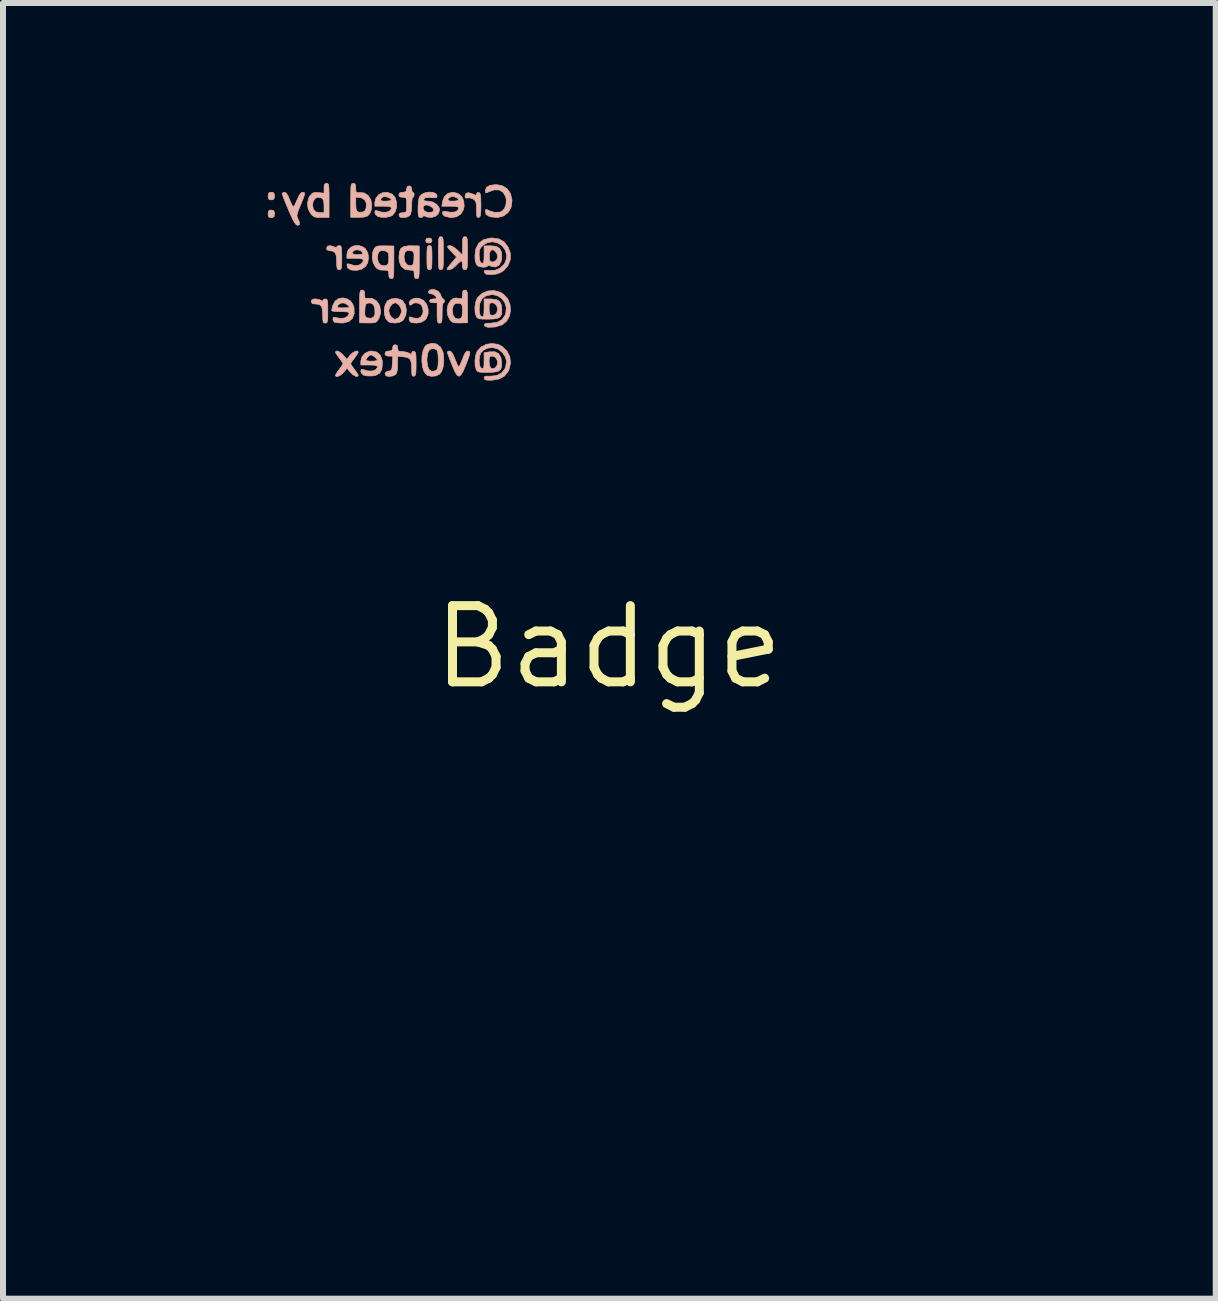
<source format=kicad_pcb>
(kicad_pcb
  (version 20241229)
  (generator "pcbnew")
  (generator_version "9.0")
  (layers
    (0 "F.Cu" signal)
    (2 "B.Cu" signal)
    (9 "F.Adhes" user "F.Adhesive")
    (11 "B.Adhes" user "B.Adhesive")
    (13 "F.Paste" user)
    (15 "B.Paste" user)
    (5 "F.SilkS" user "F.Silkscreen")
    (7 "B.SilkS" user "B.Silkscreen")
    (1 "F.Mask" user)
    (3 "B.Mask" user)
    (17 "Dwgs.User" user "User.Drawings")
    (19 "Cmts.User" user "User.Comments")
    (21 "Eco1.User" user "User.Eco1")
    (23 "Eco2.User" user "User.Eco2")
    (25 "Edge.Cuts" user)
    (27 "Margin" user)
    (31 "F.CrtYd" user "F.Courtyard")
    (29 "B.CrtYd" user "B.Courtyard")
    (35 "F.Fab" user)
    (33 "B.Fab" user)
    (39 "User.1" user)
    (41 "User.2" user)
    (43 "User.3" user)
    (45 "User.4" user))
  (footprint "Badge"
    (layer "F.Cu")
    (at 7.09 7.731)
    (property "Reference" "Badge" (at 0 0 0) (layer "F.SilkS") (effects (font (size 1.27 1.27) (thickness 0.15))))
    (attr through_hole)
    (fp_poly (pts (xy -1.77 0.41) (xy -1.739 0.425) (xy -1.693 0.468) (xy -1.672 0.513) (xy -1.65 0.556) (xy -1.595 0.621) (xy -1.506 0.707) (xy -1.445 0.763) (xy -1.228 0.955) (xy -1.228 1.527) (xy -1.227 1.699) (xy -1.227 1.833) (xy -1.225 1.935) (xy -1.222 2.01) (xy -1.218 2.064) (xy -1.211 2.101) (xy -1.203 2.126) (xy -1.191 2.145) (xy -1.187 2.152) (xy -1.159 2.211) (xy -1.167 2.265) (xy -1.201 2.306) (xy -1.254 2.327) (xy -1.32 2.323) (xy -1.36 2.305) (xy -1.388 2.268) (xy -1.396 2.212) (xy -1.395 2.208) (xy -1.312 2.208) (xy -1.303 2.244) (xy -1.298 2.251) (xy -1.274 2.252) (xy -1.248 2.232) (xy -1.238 2.205) (xy -1.24 2.199) (xy -1.268 2.181) (xy -1.299 2.186) (xy -1.312 2.208) (xy -1.395 2.208) (xy -1.382 2.159) (xy -1.365 2.138) (xy -1.356 2.124) (xy -1.348 2.098) (xy -1.342 2.055) (xy -1.338 1.989) (xy -1.336 1.898) (xy -1.334 1.775) (xy -1.334 1.616) (xy -1.333 1.547) (xy -1.333 0.982) (xy -1.526 0.814) (xy -1.605 0.748) (xy -1.676 0.693) (xy -1.732 0.654) (xy -1.764 0.639) (xy -1.842 0.616) (xy -1.891 0.574) (xy -1.908 0.523) (xy -1.833 0.523) (xy -1.831 0.529) (xy -1.799 0.549) (xy -1.761 0.543) (xy -1.747 0.531) (xy -1.75 0.504) (xy -1.758 0.497) (xy -1.791 0.491) (xy -1.822 0.502) (xy -1.833 0.523) (xy -1.908 0.523) (xy -1.908 0.523) (xy -1.891 0.47) (xy -1.85 0.43) (xy -1.806 0.407) (xy -1.77 0.41)) (stroke (width 0.01) (type solid)) (fill yes) (layer "F.Mask"))
    (fp_poly (pts (xy 0.925 -1.145) (xy 0.971 -1.11) (xy 0.994 -1.051) (xy 0.995 -1.036) (xy 0.985 -0.984) (xy 0.963 -0.96) (xy 0.954 -0.951) (xy 0.946 -0.931) (xy 0.941 -0.893) (xy 0.937 -0.834) (xy 0.934 -0.749) (xy 0.933 -0.634) (xy 0.933 -0.483) (xy 0.933 -0.373) (xy 0.935 0.201) (xy 1.344 0.561) (xy 1.482 0.681) (xy 1.593 0.775) (xy 1.678 0.844) (xy 1.742 0.891) (xy 1.788 0.918) (xy 1.816 0.927) (xy 1.885 0.95) (xy 1.93 0.994) (xy 1.942 1.053) (xy 1.939 1.066) (xy 1.908 1.115) (xy 1.851 1.144) (xy 1.786 1.146) (xy 1.754 1.135) (xy 1.709 1.091) (xy 1.697 1.047) (xy 1.696 1.044) (xy 1.782 1.044) (xy 1.786 1.074) (xy 1.813 1.076) (xy 1.846 1.055) (xy 1.852 1.037) (xy 1.839 1.01) (xy 1.811 1.008) (xy 1.786 1.03) (xy 1.782 1.044) (xy 1.696 1.044) (xy 1.69 1.024) (xy 1.671 0.993) (xy 1.637 0.954) (xy 1.585 0.901) (xy 1.512 0.831) (xy 1.413 0.742) (xy 1.286 0.63) (xy 1.257 0.604) (xy 0.826 0.225) (xy 0.826 -0.364) (xy 0.825 -0.564) (xy 0.822 -0.724) (xy 0.818 -0.841) (xy 0.813 -0.917) (xy 0.806 -0.951) (xy 0.804 -0.953) (xy 0.778 -0.971) (xy 0.761 -1.013) (xy 0.76 -1.041) (xy 0.838 -1.041) (xy 0.859 -1.015) (xy 0.885 -1.005) (xy 0.891 -1.007) (xy 0.909 -1.036) (xy 0.91 -1.049) (xy 0.894 -1.075) (xy 0.861 -1.078) (xy 0.84 -1.066) (xy 0.838 -1.041) (xy 0.76 -1.041) (xy 0.758 -1.061) (xy 0.766 -1.086) (xy 0.81 -1.135) (xy 0.867 -1.154) (xy 0.925 -1.145)) (stroke (width 0.01) (type solid)) (fill yes) (layer "F.Mask"))
    (fp_poly (pts (xy 1.363 -1.14) (xy 1.417 -1.099) (xy 1.431 -1.045) (xy 1.405 -0.98) (xy 1.399 -0.972) (xy 1.386 -0.952) (xy 1.375 -0.929) (xy 1.367 -0.898) (xy 1.362 -0.854) (xy 1.358 -0.791) (xy 1.356 -0.703) (xy 1.355 -0.586) (xy 1.355 -0.435) (xy 1.355 -0.363) (xy 1.355 0.187) (xy 1.56 0.368) (xy 1.66 0.454) (xy 1.734 0.51) (xy 1.788 0.542) (xy 1.822 0.55) (xy 1.88 0.567) (xy 1.927 0.606) (xy 1.947 0.657) (xy 1.947 0.66) (xy 1.929 0.706) (xy 1.882 0.741) (xy 1.822 0.76) (xy 1.761 0.759) (xy 1.719 0.737) (xy 1.699 0.697) (xy 1.693 0.662) (xy 1.785 0.662) (xy 1.8 0.692) (xy 1.82 0.699) (xy 1.847 0.683) (xy 1.853 0.675) (xy 1.856 0.643) (xy 1.833 0.622) (xy 1.803 0.624) (xy 1.797 0.629) (xy 1.785 0.662) (xy 1.693 0.662) (xy 1.693 0.657) (xy 1.68 0.616) (xy 1.641 0.565) (xy 1.571 0.5) (xy 1.493 0.433) (xy 1.411 0.36) (xy 1.352 0.306) (xy 1.255 0.215) (xy 1.258 -0.35) (xy 1.259 -0.521) (xy 1.259 -0.654) (xy 1.258 -0.755) (xy 1.255 -0.83) (xy 1.251 -0.882) (xy 1.245 -0.918) (xy 1.236 -0.943) (xy 1.225 -0.962) (xy 1.222 -0.965) (xy 1.191 -1.03) (xy 1.193 -1.045) (xy 1.273 -1.045) (xy 1.277 -1.028) (xy 1.301 -1.009) (xy 1.335 -1.012) (xy 1.354 -1.036) (xy 1.355 -1.04) (xy 1.338 -1.063) (xy 1.303 -1.077) (xy 1.277 -1.072) (xy 1.273 -1.045) (xy 1.193 -1.045) (xy 1.199 -1.088) (xy 1.244 -1.133) (xy 1.252 -1.138) (xy 1.309 -1.154) (xy 1.363 -1.14)) (stroke (width 0.01) (type solid)) (fill yes) (layer "F.Mask"))
    (fp_poly (pts (xy -4.595 -7.046) (xy -4.561 -7.027) (xy -4.535 -6.981) (xy -4.534 -6.92) (xy -4.549 -6.881) (xy -4.581 -6.858) (xy -4.635 -6.84) (xy -4.642 -6.839) (xy -4.673 -6.828) (xy -4.716 -6.803) (xy -4.774 -6.762) (xy -4.851 -6.7) (xy -4.95 -6.617) (xy -5.075 -6.508) (xy -5.131 -6.458) (xy -5.546 -6.09) (xy -5.546 0.802) (xy -5.98 1.187) (xy -6.117 1.31) (xy -6.225 1.408) (xy -6.306 1.485) (xy -6.362 1.542) (xy -6.396 1.584) (xy -6.412 1.612) (xy -6.413 1.621) (xy -6.431 1.669) (xy -6.474 1.713) (xy -6.526 1.735) (xy -6.536 1.736) (xy -6.569 1.722) (xy -6.611 1.688) (xy -6.615 1.684) (xy -6.648 1.628) (xy -6.648 1.626) (xy -6.573 1.626) (xy -6.571 1.632) (xy -6.543 1.65) (xy -6.511 1.645) (xy -6.498 1.623) (xy -6.507 1.587) (xy -6.512 1.581) (xy -6.537 1.579) (xy -6.563 1.6) (xy -6.573 1.626) (xy -6.648 1.626) (xy -6.645 1.573) (xy -6.61 1.528) (xy -6.549 1.505) (xy -6.525 1.503) (xy -6.494 1.491) (xy -6.44 1.454) (xy -6.36 1.392) (xy -6.253 1.303) (xy -6.118 1.185) (xy -6.053 1.128) (xy -5.63 0.753) (xy -5.63 -6.137) (xy -5.207 -6.514) (xy -5.063 -6.643) (xy -4.95 -6.748) (xy -4.867 -6.828) (xy -4.814 -6.886) (xy -4.787 -6.923) (xy -4.784 -6.934) (xy -4.783 -6.937) (xy -4.694 -6.937) (xy -4.688 -6.92) (xy -4.661 -6.905) (xy -4.632 -6.921) (xy -4.618 -6.95) (xy -4.627 -6.98) (xy -4.643 -6.985) (xy -4.682 -6.97) (xy -4.694 -6.937) (xy -4.783 -6.937) (xy -4.765 -6.99) (xy -4.719 -7.031) (xy -4.657 -7.052) (xy -4.595 -7.046)) (stroke (width 0.01) (type solid)) (fill yes) (layer "F.Mask"))
    (fp_poly (pts (xy -5.035 -7.044) (xy -4.982 -7.009) (xy -4.96 -6.96) (xy -4.967 -6.907) (xy -5 -6.863) (xy -5.057 -6.839) (xy -5.079 -6.837) (xy -5.105 -6.83) (xy -5.145 -6.807) (xy -5.201 -6.767) (xy -5.277 -6.706) (xy -5.375 -6.622) (xy -5.501 -6.512) (xy -5.552 -6.466) (xy -5.969 -6.095) (xy -5.969 0.795) (xy -6.401 1.175) (xy -6.534 1.293) (xy -6.638 1.386) (xy -6.716 1.459) (xy -6.771 1.514) (xy -6.807 1.556) (xy -6.828 1.586) (xy -6.835 1.609) (xy -6.835 1.613) (xy -6.856 1.671) (xy -6.904 1.716) (xy -6.965 1.736) (xy -6.969 1.736) (xy -7.011 1.721) (xy -7.048 1.693) (xy -7.084 1.635) (xy -7.084 1.624) (xy -7.002 1.624) (xy -6.992 1.637) (xy -6.958 1.651) (xy -6.929 1.639) (xy -6.921 1.619) (xy -6.939 1.593) (xy -6.964 1.587) (xy -7.001 1.598) (xy -7.002 1.624) (xy -7.084 1.624) (xy -7.082 1.579) (xy -7.046 1.532) (xy -6.979 1.503) (xy -6.956 1.499) (xy -6.923 1.486) (xy -6.869 1.451) (xy -6.793 1.393) (xy -6.692 1.31) (xy -6.563 1.199) (xy -6.486 1.132) (xy -6.077 0.773) (xy -6.076 -2.678) (xy -6.075 -6.128) (xy -5.643 -6.509) (xy -5.51 -6.627) (xy -5.406 -6.721) (xy -5.328 -6.794) (xy -5.272 -6.85) (xy -5.235 -6.892) (xy -5.213 -6.924) (xy -5.207 -6.942) (xy -5.123 -6.942) (xy -5.108 -6.914) (xy -5.077 -6.905) (xy -5.052 -6.926) (xy -5.048 -6.944) (xy -5.066 -6.973) (xy -5.085 -6.981) (xy -5.115 -6.972) (xy -5.123 -6.942) (xy -5.207 -6.942) (xy -5.204 -6.949) (xy -5.204 -6.953) (xy -5.179 -7.015) (xy -5.127 -7.049) (xy -5.057 -7.051) (xy -5.035 -7.044)) (stroke (width 0.01) (type solid)) (fill yes) (layer "F.Mask"))
    (fp_poly (pts (xy -1.739 0.033) (xy -1.696 0.066) (xy -1.677 0.117) (xy -1.67 0.14) (xy -1.653 0.169) (xy -1.621 0.208) (xy -1.571 0.259) (xy -1.501 0.326) (xy -1.406 0.412) (xy -1.283 0.521) (xy -1.238 0.561) (xy -0.806 0.942) (xy -0.805 1.525) (xy -0.805 1.697) (xy -0.804 1.832) (xy -0.802 1.935) (xy -0.8 2.01) (xy -0.795 2.063) (xy -0.789 2.098) (xy -0.781 2.121) (xy -0.77 2.136) (xy -0.762 2.144) (xy -0.725 2.197) (xy -0.728 2.253) (xy -0.758 2.293) (xy -0.819 2.324) (xy -0.885 2.322) (xy -0.939 2.29) (xy -0.97 2.232) (xy -0.97 2.229) (xy -0.882 2.229) (xy -0.867 2.258) (xy -0.847 2.265) (xy -0.82 2.249) (xy -0.814 2.242) (xy -0.811 2.21) (xy -0.834 2.188) (xy -0.864 2.19) (xy -0.87 2.195) (xy -0.882 2.229) (xy -0.97 2.229) (xy -0.96 2.175) (xy -0.931 2.138) (xy -0.918 2.123) (xy -0.908 2.104) (xy -0.901 2.075) (xy -0.896 2.031) (xy -0.892 1.968) (xy -0.89 1.88) (xy -0.889 1.761) (xy -0.889 1.607) (xy -0.889 1.547) (xy -0.889 0.999) (xy -1.307 0.627) (xy -1.434 0.515) (xy -1.545 0.42) (xy -1.638 0.344) (xy -1.709 0.289) (xy -1.754 0.259) (xy -1.768 0.254) (xy -1.834 0.237) (xy -1.884 0.192) (xy -1.902 0.142) (xy -1.833 0.142) (xy -1.831 0.148) (xy -1.799 0.168) (xy -1.761 0.162) (xy -1.747 0.15) (xy -1.75 0.123) (xy -1.758 0.116) (xy -1.791 0.11) (xy -1.822 0.121) (xy -1.833 0.142) (xy -1.902 0.142) (xy -1.905 0.133) (xy -1.905 0.129) (xy -1.889 0.073) (xy -1.847 0.038) (xy -1.794 0.024) (xy -1.739 0.033)) (stroke (width 0.01) (type solid)) (fill yes) (layer "F.Mask"))
    (fp_poly (pts (xy -5.031 0.991) (xy -4.983 1.026) (xy -4.97 1.047) (xy -4.962 1.109) (xy -4.988 1.164) (xy -5.038 1.2) (xy -5.078 1.206) (xy -5.103 1.212) (xy -5.139 1.231) (xy -5.189 1.265) (xy -5.257 1.318) (xy -5.346 1.392) (xy -5.46 1.49) (xy -5.552 1.572) (xy -5.967 1.937) (xy -5.968 5.747) (xy -4.711 6.858) (xy -2.985 6.858) (xy -1.259 6.859) (xy -0.832 7.239) (xy -0.693 7.363) (xy -0.581 7.459) (xy -0.495 7.53) (xy -0.43 7.579) (xy -0.384 7.608) (xy -0.355 7.62) (xy -0.351 7.62) (xy -0.292 7.636) (xy -0.241 7.677) (xy -0.213 7.728) (xy -0.212 7.744) (xy -0.23 7.797) (xy -0.275 7.834) (xy -0.334 7.85) (xy -0.393 7.841) (xy -0.429 7.816) (xy -0.459 7.764) (xy -0.467 7.736) (xy -0.381 7.736) (xy -0.363 7.762) (xy -0.339 7.768) (xy -0.304 7.755) (xy -0.296 7.736) (xy -0.314 7.711) (xy -0.339 7.705) (xy -0.373 7.718) (xy -0.381 7.736) (xy -0.467 7.736) (xy -0.469 7.73) (xy -0.489 7.697) (xy -0.541 7.638) (xy -0.627 7.553) (xy -0.745 7.443) (xy -0.889 7.312) (xy -1.302 6.944) (xy -3.029 6.944) (xy -4.757 6.943) (xy -6.075 5.775) (xy -6.075 1.914) (xy -5.641 1.528) (xy -5.506 1.406) (xy -5.4 1.31) (xy -5.32 1.234) (xy -5.264 1.177) (xy -5.229 1.135) (xy -5.211 1.106) (xy -5.207 1.09) (xy -5.207 1.089) (xy -5.122 1.089) (xy -5.105 1.116) (xy -5.078 1.122) (xy -5.046 1.112) (xy -5.043 1.095) (xy -5.066 1.069) (xy -5.098 1.063) (xy -5.12 1.078) (xy -5.122 1.089) (xy -5.207 1.089) (xy -5.19 1.034) (xy -5.146 0.997) (xy -5.089 0.982) (xy -5.031 0.991)) (stroke (width 0.01) (type solid)) (fill yes) (layer "F.Mask"))
    (fp_poly (pts (xy 1.294 -4.744) (xy 1.338 -4.698) (xy 1.355 -4.643) (xy 1.37 -4.614) (xy 1.418 -4.56) (xy 1.497 -4.481) (xy 1.609 -4.377) (xy 1.754 -4.247) (xy 1.777 -4.226) (xy 2.199 -3.852) (xy 4.786 -3.852) (xy 5.441 -3.27) (xy 6.096 -2.687) (xy 6.097 -0.005) (xy 6.098 2.678) (xy 6.519 3.048) (xy 6.645 3.158) (xy 6.756 3.251) (xy 6.848 3.326) (xy 6.918 3.379) (xy 6.962 3.407) (xy 6.975 3.412) (xy 7.028 3.42) (xy 7.078 3.455) (xy 7.109 3.503) (xy 7.112 3.523) (xy 7.095 3.584) (xy 7.051 3.625) (xy 6.993 3.642) (xy 6.934 3.631) (xy 6.891 3.594) (xy 6.866 3.545) (xy 6.864 3.538) (xy 6.949 3.538) (xy 6.971 3.555) (xy 6.983 3.556) (xy 7.02 3.543) (xy 7.027 3.523) (xy 7.011 3.497) (xy 6.992 3.496) (xy 6.957 3.514) (xy 6.949 3.538) (xy 6.864 3.538) (xy 6.858 3.51) (xy 6.843 3.486) (xy 6.799 3.438) (xy 6.73 3.37) (xy 6.641 3.286) (xy 6.535 3.188) (xy 6.435 3.098) (xy 6.011 2.722) (xy 6.011 -2.64) (xy 4.739 -3.768) (xy 3.444 -3.768) (xy 2.148 -3.769) (xy 1.721 -4.149) (xy 1.581 -4.273) (xy 1.469 -4.369) (xy 1.382 -4.441) (xy 1.317 -4.49) (xy 1.272 -4.519) (xy 1.243 -4.529) (xy 1.239 -4.53) (xy 1.184 -4.545) (xy 1.134 -4.582) (xy 1.104 -4.628) (xy 1.101 -4.646) (xy 1.185 -4.646) (xy 1.203 -4.62) (xy 1.228 -4.614) (xy 1.262 -4.628) (xy 1.27 -4.646) (xy 1.252 -4.672) (xy 1.228 -4.678) (xy 1.193 -4.665) (xy 1.185 -4.646) (xy 1.101 -4.646) (xy 1.119 -4.692) (xy 1.162 -4.734) (xy 1.215 -4.76) (xy 1.235 -4.763) (xy 1.294 -4.744)) (stroke (width 0.01) (type solid)) (fill yes) (layer "F.Mask"))
    (fp_poly (pts (xy -1.224 -1.142) (xy -1.176 -1.099) (xy -1.168 -1.086) (xy -1.16 -1.042) (xy -1.169 -0.994) (xy -1.19 -0.959) (xy -1.206 -0.953) (xy -1.215 -0.932) (xy -1.221 -0.87) (xy -1.226 -0.768) (xy -1.228 -0.629) (xy -1.228 -0.573) (xy -1.228 -0.193) (xy -1.022 -0.012) (xy -0.817 0.169) (xy -0.196 0.169) (xy -0.017 0.169) (xy 0.124 0.169) (xy 0.232 0.167) (xy 0.314 0.165) (xy 0.373 0.161) (xy 0.415 0.156) (xy 0.444 0.148) (xy 0.466 0.138) (xy 0.485 0.125) (xy 0.489 0.122) (xy 0.534 0.093) (xy 0.567 0.088) (xy 0.607 0.105) (xy 0.61 0.107) (xy 0.658 0.153) (xy 0.673 0.194) (xy 0.663 0.256) (xy 0.625 0.298) (xy 0.568 0.316) (xy 0.504 0.304) (xy 0.475 0.286) (xy 0.457 0.277) (xy 0.426 0.27) (xy 0.377 0.265) (xy 0.307 0.261) (xy 0.21 0.258) (xy 0.083 0.256) (xy -0.078 0.255) (xy -0.216 0.255) (xy -0.867 0.254) (xy -0.91 0.215) (xy 0.514 0.215) (xy 0.536 0.232) (xy 0.549 0.233) (xy 0.585 0.219) (xy 0.593 0.2) (xy 0.577 0.174) (xy 0.557 0.173) (xy 0.522 0.191) (xy 0.514 0.215) (xy -0.91 0.215) (xy -1.332 -0.159) (xy -1.333 -0.553) (xy -1.333 -0.695) (xy -1.335 -0.8) (xy -1.339 -0.873) (xy -1.345 -0.921) (xy -1.353 -0.948) (xy -1.364 -0.959) (xy -1.365 -0.96) (xy -1.389 -0.989) (xy -1.397 -1.036) (xy -1.392 -1.055) (xy -1.326 -1.055) (xy -1.313 -1.027) (xy -1.312 -1.026) (xy -1.283 -1.006) (xy -1.256 -1.019) (xy -1.239 -1.049) (xy -1.247 -1.064) (xy -1.282 -1.076) (xy -1.303 -1.071) (xy -1.326 -1.055) (xy -1.392 -1.055) (xy -1.38 -1.099) (xy -1.338 -1.139) (xy -1.282 -1.155) (xy -1.224 -1.142)) (stroke (width 0.01) (type solid)) (fill yes) (layer "F.Mask"))
    (fp_poly (pts (xy -0.392 -6.92) (xy 0.269 -6.333) (xy 0.93 -5.747) (xy 0.932 -4.784) (xy 0.934 -3.821) (xy 1.348 -3.455) (xy 1.481 -3.339) (xy 1.587 -3.249) (xy 1.669 -3.182) (xy 1.73 -3.135) (xy 1.775 -3.107) (xy 1.807 -3.093) (xy 1.823 -3.09) (xy 1.886 -3.072) (xy 1.917 -3.038) (xy 1.94 -2.974) (xy 1.922 -2.919) (xy 1.872 -2.882) (xy 1.832 -2.864) (xy 1.808 -2.861) (xy 1.778 -2.874) (xy 1.757 -2.885) (xy 1.709 -2.93) (xy 1.697 -2.97) (xy 1.696 -2.973) (xy 1.778 -2.973) (xy 1.793 -2.947) (xy 1.825 -2.945) (xy 1.854 -2.966) (xy 1.852 -2.993) (xy 1.826 -3.014) (xy 1.796 -3.014) (xy 1.795 -3.014) (xy 1.779 -2.986) (xy 1.778 -2.973) (xy 1.696 -2.973) (xy 1.688 -2.994) (xy 1.665 -3.028) (xy 1.623 -3.074) (xy 1.561 -3.137) (xy 1.475 -3.218) (xy 1.362 -3.321) (xy 1.258 -3.413) (xy 0.826 -3.798) (xy 0.826 -5.711) (xy 0.196 -6.273) (xy -0.434 -6.834) (xy -2.138 -6.836) (xy -3.842 -6.837) (xy -4.255 -6.47) (xy -4.388 -6.351) (xy -4.493 -6.255) (xy -4.571 -6.179) (xy -4.627 -6.121) (xy -4.664 -6.077) (xy -4.684 -6.044) (xy -4.688 -6.031) (xy -4.725 -5.965) (xy -4.78 -5.934) (xy -4.845 -5.939) (xy -4.877 -5.955) (xy -4.92 -6.002) (xy -4.926 -6.043) (xy -4.847 -6.043) (xy -4.83 -6.017) (xy -4.805 -6.011) (xy -4.77 -6.025) (xy -4.763 -6.043) (xy -4.78 -6.069) (xy -4.805 -6.075) (xy -4.839 -6.062) (xy -4.847 -6.043) (xy -4.926 -6.043) (xy -4.928 -6.056) (xy -4.906 -6.107) (xy -4.858 -6.145) (xy -4.791 -6.16) (xy -4.758 -6.174) (xy -4.695 -6.219) (xy -4.603 -6.292) (xy -4.482 -6.394) (xy -4.334 -6.524) (xy -4.315 -6.54) (xy -3.887 -6.921) (xy -0.392 -6.92)) (stroke (width 0.01) (type solid)) (fill yes) (layer "F.Mask"))
    (fp_poly (pts (xy 4.711 2.906) (xy 4.766 2.935) (xy 4.8 2.985) (xy 4.805 3.018) (xy 4.821 3.047) (xy 4.87 3.101) (xy 4.951 3.181) (xy 5.063 3.284) (xy 5.206 3.412) (xy 5.238 3.44) (xy 5.671 3.821) (xy 5.672 4.797) (xy 5.673 5.773) (xy 5.228 6.167) (xy 4.784 6.562) (xy -0.011 6.562) (xy -0.441 6.181) (xy -0.575 6.063) (xy -0.682 5.97) (xy -0.765 5.901) (xy -0.828 5.853) (xy -0.874 5.821) (xy -0.908 5.805) (xy -0.932 5.8) (xy -0.994 5.783) (xy -1.03 5.745) (xy -1.052 5.689) (xy -1.047 5.675) (xy -0.965 5.675) (xy -0.963 5.702) (xy -0.937 5.723) (xy -0.907 5.723) (xy -0.906 5.723) (xy -0.89 5.695) (xy -0.889 5.682) (xy -0.904 5.657) (xy -0.936 5.654) (xy -0.965 5.675) (xy -1.047 5.675) (xy -1.035 5.641) (xy -0.979 5.595) (xy -0.969 5.589) (xy -0.926 5.571) (xy -0.889 5.577) (xy -0.86 5.595) (xy -0.815 5.643) (xy -0.804 5.682) (xy -0.797 5.705) (xy -0.775 5.738) (xy -0.733 5.784) (xy -0.669 5.847) (xy -0.581 5.93) (xy -0.465 6.035) (xy -0.386 6.105) (xy 0.032 6.477) (xy 4.738 6.477) (xy 5.566 5.747) (xy 5.567 3.857) (xy 5.152 3.49) (xy 5.016 3.37) (xy 4.908 3.277) (xy 4.823 3.208) (xy 4.758 3.159) (xy 4.71 3.128) (xy 4.674 3.112) (xy 4.663 3.109) (xy 4.594 3.083) (xy 4.556 3.04) (xy 4.555 3.012) (xy 4.642 3.012) (xy 4.658 3.041) (xy 4.678 3.048) (xy 4.705 3.033) (xy 4.711 3.025) (xy 4.713 2.993) (xy 4.691 2.971) (xy 4.66 2.974) (xy 4.654 2.978) (xy 4.642 3.012) (xy 4.555 3.012) (xy 4.553 2.988) (xy 4.589 2.935) (xy 4.59 2.935) (xy 4.648 2.905) (xy 4.711 2.906)) (stroke (width 0.01) (type solid)) (fill yes) (layer "F.Mask"))
    (fp_poly (pts (xy -4.183 0.988) (xy -4.14 1.023) (xy -4.103 1.065) (xy -4.085 1.098) (xy -4.085 1.1) (xy -4.103 1.139) (xy -4.146 1.177) (xy -4.197 1.202) (xy -4.223 1.206) (xy -4.251 1.215) (xy -4.296 1.243) (xy -4.361 1.292) (xy -4.45 1.365) (xy -4.564 1.462) (xy -4.694 1.577) (xy -5.112 1.948) (xy -5.115 5.738) (xy -4.912 5.916) (xy -4.71 6.095) (xy -2.985 6.096) (xy -1.259 6.096) (xy -0.83 6.477) (xy -0.678 6.61) (xy -0.555 6.714) (xy -0.459 6.791) (xy -0.393 6.839) (xy -0.355 6.858) (xy -0.353 6.858) (xy -0.289 6.874) (xy -0.237 6.913) (xy -0.212 6.965) (xy -0.212 6.974) (xy -0.23 7.025) (xy -0.275 7.069) (xy -0.33 7.09) (xy -0.339 7.091) (xy -0.38 7.079) (xy -0.419 7.058) (xy -0.455 7.015) (xy -0.466 6.975) (xy -0.466 6.974) (xy -0.381 6.974) (xy -0.363 7) (xy -0.339 7.006) (xy -0.304 6.993) (xy -0.296 6.974) (xy -0.314 6.949) (xy -0.339 6.943) (xy -0.373 6.956) (xy -0.381 6.974) (xy -0.466 6.974) (xy -0.473 6.952) (xy -0.498 6.918) (xy -0.543 6.869) (xy -0.61 6.802) (xy -0.703 6.715) (xy -0.825 6.606) (xy -0.884 6.553) (xy -1.302 6.182) (xy -4.752 6.181) (xy -5.207 5.777) (xy -5.207 1.908) (xy -4.773 1.522) (xy -4.635 1.398) (xy -4.526 1.298) (xy -4.445 1.221) (xy -4.389 1.163) (xy -4.355 1.121) (xy -4.34 1.094) (xy -4.339 1.09) (xy -4.255 1.09) (xy -4.24 1.114) (xy -4.21 1.116) (xy -4.187 1.097) (xy -4.185 1.09) (xy -4.198 1.069) (xy -4.217 1.062) (xy -4.249 1.071) (xy -4.255 1.09) (xy -4.339 1.09) (xy -4.339 1.088) (xy -4.321 1.04) (xy -4.278 0.997) (xy -4.227 0.974) (xy -4.217 0.974) (xy -4.183 0.988)) (stroke (width 0.01) (type solid)) (fill yes) (layer "F.Mask"))
    (fp_poly (pts (xy -1.646 -1.135) (xy -1.607 -1.096) (xy -1.591 -1.045) (xy -1.606 -0.991) (xy -1.629 -0.964) (xy -1.645 -0.947) (xy -1.656 -0.925) (xy -1.664 -0.891) (xy -1.668 -0.839) (xy -1.671 -0.762) (xy -1.672 -0.653) (xy -1.672 -0.563) (xy -1.671 -0.201) (xy -1.247 0.175) (xy -0.823 0.55) (xy 0.904 0.55) (xy 1.341 0.937) (xy 1.777 1.323) (xy 1.778 1.715) (xy 1.778 1.853) (xy 1.779 1.955) (xy 1.782 2.027) (xy 1.787 2.074) (xy 1.795 2.104) (xy 1.806 2.121) (xy 1.82 2.133) (xy 1.855 2.176) (xy 1.86 2.234) (xy 1.836 2.288) (xy 1.829 2.295) (xy 1.775 2.323) (xy 1.709 2.324) (xy 1.651 2.297) (xy 1.644 2.29) (xy 1.612 2.232) (xy 1.613 2.228) (xy 1.698 2.228) (xy 1.705 2.245) (xy 1.732 2.26) (xy 1.761 2.245) (xy 1.774 2.215) (xy 1.765 2.185) (xy 1.749 2.18) (xy 1.711 2.195) (xy 1.698 2.228) (xy 1.613 2.228) (xy 1.622 2.177) (xy 1.651 2.144) (xy 1.666 2.128) (xy 1.678 2.106) (xy 1.685 2.072) (xy 1.69 2.019) (xy 1.692 1.941) (xy 1.693 1.831) (xy 1.693 1.742) (xy 1.693 1.377) (xy 1.277 1.006) (xy 0.86 0.635) (xy -0.867 0.635) (xy -1.757 -0.154) (xy -1.757 -0.533) (xy -1.757 -0.67) (xy -1.759 -0.771) (xy -1.762 -0.843) (xy -1.768 -0.893) (xy -1.776 -0.928) (xy -1.789 -0.954) (xy -1.801 -0.972) (xy -1.832 -1.038) (xy -1.829 -1.056) (xy -1.748 -1.056) (xy -1.746 -1.029) (xy -1.72 -1.008) (xy -1.69 -1.008) (xy -1.689 -1.008) (xy -1.674 -1.036) (xy -1.672 -1.049) (xy -1.687 -1.074) (xy -1.719 -1.077) (xy -1.748 -1.056) (xy -1.829 -1.056) (xy -1.823 -1.093) (xy -1.774 -1.136) (xy -1.765 -1.14) (xy -1.701 -1.153) (xy -1.646 -1.135)) (stroke (width 0.01) (type solid)) (fill yes) (layer "F.Mask"))
    (fp_poly (pts (xy 1.281 -4.365) (xy 1.33 -4.326) (xy 1.354 -4.275) (xy 1.355 -4.266) (xy 1.363 -4.243) (xy 1.389 -4.208) (xy 1.435 -4.157) (xy 1.505 -4.089) (xy 1.601 -4) (xy 1.726 -3.887) (xy 1.773 -3.845) (xy 2.191 -3.473) (xy 3.487 -3.472) (xy 4.783 -3.471) (xy 5.673 -2.682) (xy 5.673 2.679) (xy 6.093 3.053) (xy 6.227 3.171) (xy 6.334 3.263) (xy 6.416 3.331) (xy 6.477 3.377) (xy 6.519 3.405) (xy 6.547 3.415) (xy 6.557 3.415) (xy 6.604 3.422) (xy 6.651 3.455) (xy 6.683 3.503) (xy 6.689 3.532) (xy 6.671 3.585) (xy 6.625 3.622) (xy 6.566 3.638) (xy 6.507 3.628) (xy 6.47 3.602) (xy 6.442 3.555) (xy 6.435 3.523) (xy 6.519 3.523) (xy 6.537 3.55) (xy 6.563 3.556) (xy 6.596 3.546) (xy 6.599 3.53) (xy 6.576 3.503) (xy 6.544 3.497) (xy 6.521 3.512) (xy 6.519 3.523) (xy 6.435 3.523) (xy 6.435 3.522) (xy 6.418 3.493) (xy 6.369 3.438) (xy 6.289 3.358) (xy 6.177 3.253) (xy 6.034 3.124) (xy 6.001 3.094) (xy 5.567 2.708) (xy 5.566 0.026) (xy 5.565 -2.656) (xy 5.152 -3.022) (xy 4.739 -3.387) (xy 3.444 -3.387) (xy 2.148 -3.387) (xy 1.72 -3.768) (xy 1.58 -3.892) (xy 1.467 -3.989) (xy 1.38 -4.061) (xy 1.314 -4.11) (xy 1.269 -4.139) (xy 1.241 -4.149) (xy 1.239 -4.149) (xy 1.184 -4.164) (xy 1.134 -4.201) (xy 1.104 -4.247) (xy 1.101 -4.265) (xy 1.185 -4.265) (xy 1.203 -4.239) (xy 1.228 -4.233) (xy 1.262 -4.247) (xy 1.27 -4.265) (xy 1.252 -4.291) (xy 1.228 -4.297) (xy 1.193 -4.284) (xy 1.185 -4.265) (xy 1.101 -4.265) (xy 1.118 -4.308) (xy 1.158 -4.351) (xy 1.205 -4.379) (xy 1.223 -4.381) (xy 1.281 -4.365)) (stroke (width 0.01) (type solid)) (fill yes) (layer "F.Mask"))
    (fp_poly (pts (xy 4.306 2.91) (xy 4.349 2.947) (xy 4.374 2.995) (xy 4.381 3.03) (xy 4.397 3.053) (xy 4.44 3.1) (xy 4.508 3.167) (xy 4.595 3.249) (xy 4.698 3.344) (xy 4.805 3.44) (xy 5.228 3.814) (xy 5.227 4.801) (xy 5.227 5.789) (xy 5.006 5.985) (xy 4.784 6.181) (xy -0.011 6.181) (xy -0.439 5.8) (xy -0.579 5.676) (xy -0.692 5.578) (xy -0.78 5.506) (xy -0.845 5.457) (xy -0.89 5.429) (xy -0.918 5.419) (xy -0.92 5.419) (xy -0.975 5.403) (xy -1.025 5.366) (xy -1.055 5.32) (xy -1.056 5.316) (xy -0.967 5.316) (xy -0.946 5.333) (xy -0.933 5.334) (xy -0.897 5.321) (xy -0.889 5.301) (xy -0.905 5.275) (xy -0.924 5.274) (xy -0.96 5.292) (xy -0.967 5.316) (xy -1.056 5.316) (xy -1.058 5.302) (xy -1.041 5.259) (xy -1.001 5.216) (xy -0.954 5.189) (xy -0.936 5.186) (xy -0.878 5.202) (xy -0.829 5.242) (xy -0.805 5.292) (xy -0.804 5.301) (xy -0.796 5.324) (xy -0.771 5.359) (xy -0.725 5.409) (xy -0.656 5.477) (xy -0.561 5.566) (xy -0.438 5.677) (xy -0.386 5.723) (xy 0.032 6.095) (xy 2.386 6.095) (xy 4.741 6.096) (xy 5.144 5.731) (xy 5.143 4.797) (xy 5.142 3.863) (xy 4.718 3.487) (xy 4.583 3.368) (xy 4.475 3.275) (xy 4.391 3.206) (xy 4.328 3.158) (xy 4.282 3.128) (xy 4.25 3.114) (xy 4.236 3.111) (xy 4.17 3.097) (xy 4.134 3.053) (xy 4.128 3.014) (xy 4.128 3.013) (xy 4.216 3.013) (xy 4.22 3.042) (xy 4.247 3.044) (xy 4.28 3.024) (xy 4.286 3.005) (xy 4.273 2.978) (xy 4.245 2.977) (xy 4.221 2.999) (xy 4.216 3.013) (xy 4.128 3.013) (xy 4.145 2.955) (xy 4.189 2.916) (xy 4.247 2.899) (xy 4.306 2.91)) (stroke (width 0.01) (type solid)) (fill yes) (layer "F.Mask"))
    (fp_poly (pts (xy -0.168 -5.954) (xy 0.064 -5.749) (xy 0.064 -3.834) (xy 0.482 -3.462) (xy 0.619 -3.341) (xy 0.729 -3.247) (xy 0.814 -3.177) (xy 0.877 -3.129) (xy 0.922 -3.101) (xy 0.951 -3.091) (xy 0.955 -3.09) (xy 1.011 -3.075) (xy 1.055 -3.036) (xy 1.078 -2.985) (xy 1.075 -2.935) (xy 1.053 -2.905) (xy 0.996 -2.876) (xy 0.933 -2.868) (xy 0.91 -2.872) (xy 0.858 -2.91) (xy 0.829 -2.969) (xy 0.914 -2.969) (xy 0.924 -2.956) (xy 0.958 -2.942) (xy 0.988 -2.954) (xy 0.995 -2.974) (xy 0.977 -3) (xy 0.953 -3.006) (xy 0.916 -2.995) (xy 0.914 -2.969) (xy 0.829 -2.969) (xy 0.828 -2.97) (xy 0.825 -2.994) (xy 0.81 -3.022) (xy 0.765 -3.073) (xy 0.69 -3.148) (xy 0.583 -3.247) (xy 0.444 -3.372) (xy 0.391 -3.418) (xy -0.042 -3.799) (xy -0.044 -4.763) (xy -0.046 -5.726) (xy -0.447 -6.075) (xy -2.144 -6.074) (xy -3.842 -6.074) (xy -4.26 -5.702) (xy -4.395 -5.581) (xy -4.5 -5.484) (xy -4.578 -5.409) (xy -4.632 -5.353) (xy -4.664 -5.313) (xy -4.677 -5.286) (xy -4.678 -5.28) (xy -4.697 -5.218) (xy -4.745 -5.176) (xy -4.796 -5.165) (xy -4.849 -5.18) (xy -4.898 -5.217) (xy -4.929 -5.262) (xy -4.932 -5.28) (xy -4.927 -5.289) (xy -4.838 -5.289) (xy -4.836 -5.262) (xy -4.811 -5.241) (xy -4.78 -5.241) (xy -4.779 -5.241) (xy -4.764 -5.269) (xy -4.763 -5.282) (xy -4.778 -5.308) (xy -4.81 -5.31) (xy -4.838 -5.289) (xy -4.927 -5.289) (xy -4.915 -5.316) (xy -4.873 -5.355) (xy -4.822 -5.386) (xy -4.781 -5.397) (xy -4.755 -5.411) (xy -4.702 -5.449) (xy -4.627 -5.509) (xy -4.534 -5.586) (xy -4.428 -5.676) (xy -4.314 -5.777) (xy -4.312 -5.778) (xy -3.884 -6.159) (xy -2.142 -6.159) (xy -0.399 -6.16) (xy -0.168 -5.954)) (stroke (width 0.01) (type solid)) (fill yes) (layer "F.Mask"))
    (fp_poly (pts (xy 0.044 -6.147) (xy 0.487 -5.753) (xy 0.487 -3.84) (xy 0.909 -3.465) (xy 1.048 -3.343) (xy 1.166 -3.243) (xy 1.26 -3.166) (xy 1.329 -3.116) (xy 1.369 -3.092) (xy 1.376 -3.09) (xy 1.448 -3.076) (xy 1.492 -3.034) (xy 1.503 -2.985) (xy 1.486 -2.928) (xy 1.445 -2.88) (xy 1.393 -2.858) (xy 1.386 -2.857) (xy 1.354 -2.869) (xy 1.317 -2.89) (xy 1.281 -2.932) (xy 1.271 -2.967) (xy 1.343 -2.967) (xy 1.346 -2.961) (xy 1.373 -2.943) (xy 1.405 -2.948) (xy 1.418 -2.97) (xy 1.409 -3.006) (xy 1.404 -3.013) (xy 1.38 -3.014) (xy 1.354 -2.994) (xy 1.343 -2.967) (xy 1.271 -2.967) (xy 1.27 -2.972) (xy 1.261 -2.995) (xy 1.234 -3.031) (xy 1.185 -3.084) (xy 1.113 -3.154) (xy 1.014 -3.246) (xy 0.885 -3.362) (xy 0.836 -3.406) (xy 0.402 -3.791) (xy 0.402 -5.705) (xy 0.176 -5.906) (xy 0.071 -5.999) (xy -0.045 -6.102) (xy -0.158 -6.202) (xy -0.248 -6.281) (xy -0.447 -6.456) (xy -2.144 -6.455) (xy -3.842 -6.455) (xy -4.26 -6.083) (xy -4.372 -5.982) (xy -4.472 -5.889) (xy -4.557 -5.808) (xy -4.622 -5.742) (xy -4.664 -5.696) (xy -4.678 -5.675) (xy -4.695 -5.613) (xy -4.739 -5.568) (xy -4.797 -5.548) (xy -4.858 -5.556) (xy -4.897 -5.584) (xy -4.927 -5.642) (xy -4.924 -5.662) (xy -4.847 -5.662) (xy -4.83 -5.636) (xy -4.805 -5.63) (xy -4.77 -5.644) (xy -4.763 -5.662) (xy -4.78 -5.688) (xy -4.805 -5.694) (xy -4.839 -5.681) (xy -4.847 -5.662) (xy -4.924 -5.662) (xy -4.921 -5.7) (xy -4.884 -5.747) (xy -4.823 -5.775) (xy -4.789 -5.779) (xy -4.757 -5.791) (xy -4.7 -5.831) (xy -4.615 -5.898) (xy -4.503 -5.992) (xy -4.361 -6.116) (xy -4.312 -6.16) (xy -3.884 -6.54) (xy -0.399 -6.54) (xy 0.044 -6.147)) (stroke (width 0.01) (type solid)) (fill yes) (layer "F.Mask"))
    (fp_poly (pts (xy 1.788 2.493) (xy 1.837 2.532) (xy 1.862 2.581) (xy 1.863 2.591) (xy 1.847 2.642) (xy 1.82 2.678) (xy 1.809 2.689) (xy 1.8 2.705) (xy 1.793 2.728) (xy 1.788 2.764) (xy 1.784 2.817) (xy 1.781 2.891) (xy 1.779 2.991) (xy 1.779 3.12) (xy 1.778 3.284) (xy 1.778 3.459) (xy 1.779 4.202) (xy 2.198 4.572) (xy 4.299 4.572) (xy 4.362 4.525) (xy 4.408 4.495) (xy 4.44 4.491) (xy 4.48 4.508) (xy 4.481 4.509) (xy 4.543 4.555) (xy 4.565 4.602) (xy 4.549 4.656) (xy 4.544 4.665) (xy 4.494 4.708) (xy 4.43 4.721) (xy 4.37 4.702) (xy 4.353 4.688) (xy 4.341 4.681) (xy 4.319 4.675) (xy 4.284 4.67) (xy 4.231 4.666) (xy 4.158 4.663) (xy 4.062 4.661) (xy 3.939 4.659) (xy 3.785 4.658) (xy 3.597 4.657) (xy 3.372 4.657) (xy 3.238 4.657) (xy 2.155 4.657) (xy 2.098 4.607) (xy 4.405 4.607) (xy 4.41 4.624) (xy 4.434 4.643) (xy 4.467 4.639) (xy 4.487 4.616) (xy 4.487 4.611) (xy 4.47 4.588) (xy 4.436 4.574) (xy 4.41 4.579) (xy 4.405 4.607) (xy 2.098 4.607) (xy 1.924 4.453) (xy 1.693 4.249) (xy 1.693 3.479) (xy 1.693 3.278) (xy 1.693 3.115) (xy 1.692 2.986) (xy 1.69 2.886) (xy 1.688 2.812) (xy 1.684 2.758) (xy 1.678 2.721) (xy 1.671 2.697) (xy 1.662 2.68) (xy 1.652 2.668) (xy 1.651 2.667) (xy 1.62 2.625) (xy 1.609 2.593) (xy 1.693 2.593) (xy 1.711 2.619) (xy 1.736 2.625) (xy 1.77 2.611) (xy 1.778 2.593) (xy 1.76 2.567) (xy 1.736 2.561) (xy 1.701 2.574) (xy 1.693 2.593) (xy 1.609 2.593) (xy 1.626 2.55) (xy 1.666 2.507) (xy 1.713 2.479) (xy 1.731 2.477) (xy 1.788 2.493)) (stroke (width 0.01) (type solid)) (fill yes) (layer "F.Mask"))
    (fp_poly (pts (xy 5.182 2.913) (xy 5.22 2.954) (xy 5.23 3.005) (xy 5.236 3.027) (xy 5.257 3.058) (xy 5.296 3.101) (xy 5.354 3.16) (xy 5.437 3.237) (xy 5.546 3.335) (xy 5.664 3.439) (xy 6.096 3.82) (xy 6.093 5.789) (xy 5.444 6.365) (xy 4.794 6.94) (xy 2.391 6.941) (xy -0.013 6.943) (xy -0.442 6.563) (xy -0.579 6.443) (xy -0.688 6.349) (xy -0.773 6.278) (xy -0.838 6.228) (xy -0.886 6.197) (xy -0.921 6.18) (xy -0.937 6.177) (xy -1.002 6.154) (xy -1.036 6.112) (xy -1.056 6.069) (xy -1.053 6.056) (xy -0.965 6.056) (xy -0.963 6.083) (xy -0.937 6.104) (xy -0.907 6.104) (xy -0.906 6.104) (xy -0.89 6.076) (xy -0.889 6.063) (xy -0.904 6.038) (xy -0.936 6.035) (xy -0.965 6.056) (xy -1.053 6.056) (xy -1.05 6.039) (xy -1.023 6.009) (xy -0.965 5.972) (xy -0.902 5.965) (xy -0.848 5.984) (xy -0.812 6.027) (xy -0.804 6.067) (xy -0.797 6.089) (xy -0.772 6.123) (xy -0.728 6.172) (xy -0.661 6.238) (xy -0.569 6.324) (xy -0.448 6.432) (xy -0.386 6.487) (xy 0.032 6.858) (xy 2.387 6.858) (xy 4.742 6.858) (xy 5.377 6.294) (xy 6.011 5.73) (xy 6.011 3.876) (xy 5.921 3.792) (xy 5.759 3.643) (xy 5.608 3.508) (xy 5.471 3.388) (xy 5.35 3.287) (xy 5.25 3.206) (xy 5.172 3.149) (xy 5.12 3.117) (xy 5.101 3.111) (xy 5.037 3.096) (xy 5.002 3.051) (xy 4.997 3.016) (xy 5.069 3.016) (xy 5.071 3.029) (xy 5.102 3.047) (xy 5.141 3.041) (xy 5.15 3.034) (xy 5.151 3.009) (xy 5.141 2.991) (xy 5.112 2.974) (xy 5.088 2.987) (xy 5.069 3.016) (xy 4.997 3.016) (xy 4.995 3.006) (xy 5.01 2.942) (xy 5.054 2.908) (xy 5.112 2.9) (xy 5.182 2.913)) (stroke (width 0.01) (type solid)) (fill yes) (layer "F.Mask"))
    (fp_poly (pts (xy -4.586 1.009) (xy -4.541 1.05) (xy -4.53 1.097) (xy -4.543 1.162) (xy -4.587 1.198) (xy -4.645 1.207) (xy -4.67 1.211) (xy -4.702 1.226) (xy -4.746 1.255) (xy -4.805 1.3) (xy -4.883 1.364) (xy -4.983 1.451) (xy -5.111 1.563) (xy -5.128 1.578) (xy -5.546 1.949) (xy -5.546 3.842) (xy -5.546 5.735) (xy -5.128 6.106) (xy -4.71 6.477) (xy -2.985 6.477) (xy -1.259 6.477) (xy -0.831 6.858) (xy -0.691 6.982) (xy -0.578 7.079) (xy -0.49 7.151) (xy -0.425 7.2) (xy -0.38 7.229) (xy -0.352 7.239) (xy -0.35 7.239) (xy -0.291 7.256) (xy -0.24 7.297) (xy -0.213 7.35) (xy -0.212 7.365) (xy -0.23 7.408) (xy -0.273 7.448) (xy -0.324 7.47) (xy -0.339 7.472) (xy -0.38 7.46) (xy -0.419 7.439) (xy -0.454 7.396) (xy -0.466 7.356) (xy -0.466 7.355) (xy -0.381 7.355) (xy -0.363 7.381) (xy -0.339 7.387) (xy -0.304 7.374) (xy -0.296 7.355) (xy -0.314 7.33) (xy -0.339 7.324) (xy -0.373 7.337) (xy -0.381 7.355) (xy -0.466 7.355) (xy -0.473 7.333) (xy -0.498 7.299) (xy -0.543 7.249) (xy -0.611 7.183) (xy -0.705 7.096) (xy -0.827 6.985) (xy -0.884 6.935) (xy -1.302 6.563) (xy -3.029 6.562) (xy -4.757 6.562) (xy -5.193 6.175) (xy -5.629 5.789) (xy -5.629 3.842) (xy -5.629 1.894) (xy -5.206 1.524) (xy -5.062 1.396) (xy -4.95 1.293) (xy -4.867 1.214) (xy -4.814 1.157) (xy -4.787 1.12) (xy -4.784 1.109) (xy -4.777 1.091) (xy -4.692 1.091) (xy -4.69 1.12) (xy -4.661 1.141) (xy -4.629 1.137) (xy -4.614 1.112) (xy -4.628 1.076) (xy -4.637 1.068) (xy -4.669 1.067) (xy -4.692 1.091) (xy -4.777 1.091) (xy -4.765 1.054) (xy -4.718 1.012) (xy -4.659 0.995) (xy -4.586 1.009)) (stroke (width 0.01) (type solid)) (fill yes) (layer "F.Mask"))
    (fp_poly (pts (xy -0.463 0.876) (xy -0.424 0.899) (xy -0.412 0.908) (xy -0.389 0.915) (xy -0.35 0.921) (xy -0.293 0.925) (xy -0.211 0.928) (xy -0.101 0.93) (xy 0.042 0.931) (xy 0.222 0.931) (xy 0.253 0.931) (xy 0.903 0.931) (xy 1.355 1.336) (xy 1.355 1.723) (xy 1.355 1.861) (xy 1.356 1.962) (xy 1.359 2.034) (xy 1.364 2.083) (xy 1.372 2.114) (xy 1.384 2.135) (xy 1.397 2.148) (xy 1.434 2.202) (xy 1.43 2.256) (xy 1.401 2.293) (xy 1.342 2.323) (xy 1.275 2.324) (xy 1.219 2.296) (xy 1.219 2.295) (xy 1.189 2.239) (xy 1.19 2.223) (xy 1.27 2.223) (xy 1.285 2.251) (xy 1.315 2.26) (xy 1.34 2.239) (xy 1.344 2.221) (xy 1.326 2.192) (xy 1.307 2.184) (xy 1.277 2.193) (xy 1.27 2.223) (xy 1.19 2.223) (xy 1.195 2.175) (xy 1.222 2.133) (xy 1.236 2.112) (xy 1.246 2.08) (xy 1.253 2.031) (xy 1.257 1.958) (xy 1.259 1.854) (xy 1.259 1.761) (xy 1.259 1.644) (xy 1.258 1.541) (xy 1.256 1.458) (xy 1.254 1.406) (xy 1.252 1.393) (xy 1.234 1.366) (xy 1.19 1.318) (xy 1.126 1.257) (xy 1.05 1.188) (xy 1.048 1.187) (xy 0.851 1.016) (xy 0.234 1.016) (xy 0.052 1.016) (xy -0.093 1.017) (xy -0.205 1.019) (xy -0.288 1.022) (xy -0.349 1.027) (xy -0.391 1.033) (xy -0.418 1.042) (xy -0.433 1.049) (xy -0.497 1.074) (xy -0.558 1.07) (xy -0.608 1.045) (xy -0.639 1.003) (xy -0.64 0.979) (xy -0.566 0.979) (xy -0.56 0.996) (xy -0.533 1.012) (xy -0.504 0.996) (xy -0.491 0.967) (xy -0.499 0.936) (xy -0.516 0.931) (xy -0.554 0.946) (xy -0.566 0.979) (xy -0.64 0.979) (xy -0.641 0.951) (xy -0.626 0.921) (xy -0.584 0.887) (xy -0.524 0.872) (xy -0.463 0.876)) (stroke (width 0.01) (type solid)) (fill yes) (layer "F.Mask"))
    (fp_poly (pts (xy 1.281 -3.984) (xy 1.33 -3.944) (xy 1.354 -3.893) (xy 1.355 -3.884) (xy 1.362 -3.862) (xy 1.386 -3.828) (xy 1.43 -3.78) (xy 1.496 -3.714) (xy 1.588 -3.629) (xy 1.707 -3.521) (xy 1.773 -3.463) (xy 2.191 -3.091) (xy 3.486 -3.091) (xy 4.782 -3.09) (xy 5.004 -2.895) (xy 5.226 -2.699) (xy 5.227 -0.016) (xy 5.228 2.666) (xy 5.654 3.045) (xy 5.796 3.17) (xy 5.909 3.267) (xy 5.996 3.339) (xy 6.059 3.386) (xy 6.1 3.41) (xy 6.118 3.414) (xy 6.162 3.421) (xy 6.207 3.453) (xy 6.242 3.498) (xy 6.253 3.542) (xy 6.252 3.55) (xy 6.212 3.608) (xy 6.15 3.637) (xy 6.079 3.632) (xy 6.048 3.618) (xy 6.02 3.582) (xy 6.01 3.539) (xy 6.008 3.529) (xy 6.083 3.529) (xy 6.085 3.535) (xy 6.117 3.554) (xy 6.156 3.549) (xy 6.169 3.536) (xy 6.166 3.509) (xy 6.159 3.503) (xy 6.125 3.496) (xy 6.094 3.508) (xy 6.083 3.529) (xy 6.008 3.529) (xy 6.005 3.517) (xy 5.989 3.489) (xy 5.957 3.451) (xy 5.907 3.4) (xy 5.836 3.333) (xy 5.74 3.245) (xy 5.616 3.135) (xy 5.577 3.101) (xy 5.144 2.72) (xy 5.144 -2.643) (xy 4.94 -2.824) (xy 4.736 -3.006) (xy 2.148 -3.006) (xy 1.72 -3.387) (xy 1.58 -3.511) (xy 1.467 -3.608) (xy 1.379 -3.68) (xy 1.314 -3.729) (xy 1.269 -3.758) (xy 1.241 -3.768) (xy 1.239 -3.768) (xy 1.184 -3.783) (xy 1.134 -3.82) (xy 1.104 -3.866) (xy 1.101 -3.884) (xy 1.185 -3.884) (xy 1.203 -3.858) (xy 1.228 -3.852) (xy 1.262 -3.866) (xy 1.27 -3.884) (xy 1.252 -3.91) (xy 1.228 -3.916) (xy 1.193 -3.903) (xy 1.185 -3.884) (xy 1.101 -3.884) (xy 1.118 -3.927) (xy 1.158 -3.97) (xy 1.205 -3.998) (xy 1.223 -4) (xy 1.281 -3.984)) (stroke (width 0.01) (type solid)) (fill yes) (layer "F.Mask"))
    (fp_poly (pts (xy 0.948 2.509) (xy 0.981 2.55) (xy 0.995 2.602) (xy 0.988 2.649) (xy 0.963 2.675) (xy 0.955 2.683) (xy 0.948 2.702) (xy 0.942 2.736) (xy 0.938 2.79) (xy 0.935 2.866) (xy 0.933 2.97) (xy 0.932 3.105) (xy 0.931 3.275) (xy 0.931 3.449) (xy 0.931 4.212) (xy 2.191 5.332) (xy 3.252 5.333) (xy 3.495 5.333) (xy 3.698 5.333) (xy 3.867 5.332) (xy 4.003 5.331) (xy 4.11 5.329) (xy 4.192 5.326) (xy 4.253 5.323) (xy 4.294 5.318) (xy 4.321 5.312) (xy 4.335 5.306) (xy 4.339 5.302) (xy 4.385 5.276) (xy 4.448 5.272) (xy 4.51 5.291) (xy 4.542 5.314) (xy 4.567 5.349) (xy 4.566 5.381) (xy 4.549 5.415) (xy 4.502 5.462) (xy 4.436 5.479) (xy 4.369 5.464) (xy 4.35 5.452) (xy 4.335 5.445) (xy 4.311 5.439) (xy 4.274 5.434) (xy 4.219 5.429) (xy 4.145 5.426) (xy 4.047 5.424) (xy 3.921 5.422) (xy 3.766 5.42) (xy 3.576 5.42) (xy 3.349 5.419) (xy 3.228 5.419) (xy 2.148 5.418) (xy 2.102 5.377) (xy 4.402 5.377) (xy 4.417 5.405) (xy 4.448 5.414) (xy 4.473 5.393) (xy 4.477 5.375) (xy 4.459 5.346) (xy 4.44 5.338) (xy 4.41 5.347) (xy 4.402 5.377) (xy 2.102 5.377) (xy 1.487 4.831) (xy 0.826 4.244) (xy 0.826 3.468) (xy 0.825 3.261) (xy 0.824 3.092) (xy 0.823 2.958) (xy 0.82 2.855) (xy 0.817 2.78) (xy 0.813 2.729) (xy 0.807 2.698) (xy 0.8 2.684) (xy 0.797 2.682) (xy 0.763 2.649) (xy 0.757 2.598) (xy 0.833 2.598) (xy 0.84 2.611) (xy 0.874 2.625) (xy 0.903 2.612) (xy 0.91 2.593) (xy 0.894 2.565) (xy 0.88 2.561) (xy 0.845 2.573) (xy 0.833 2.598) (xy 0.757 2.598) (xy 0.757 2.598) (xy 0.779 2.541) (xy 0.787 2.53) (xy 0.838 2.485) (xy 0.894 2.482) (xy 0.948 2.509)) (stroke (width 0.01) (type solid)) (fill yes) (layer "F.Mask"))
    (fp_poly (pts (xy 1.363 2.493) (xy 1.408 2.531) (xy 1.436 2.576) (xy 1.439 2.593) (xy 1.425 2.63) (xy 1.397 2.667) (xy 1.386 2.68) (xy 1.377 2.696) (xy 1.37 2.721) (xy 1.364 2.757) (xy 1.36 2.811) (xy 1.358 2.886) (xy 1.356 2.986) (xy 1.355 3.115) (xy 1.355 3.279) (xy 1.355 3.458) (xy 1.355 4.206) (xy 1.777 4.58) (xy 2.199 4.953) (xy 3.252 4.953) (xy 3.492 4.953) (xy 3.694 4.952) (xy 3.86 4.952) (xy 3.994 4.95) (xy 4.101 4.948) (xy 4.182 4.946) (xy 4.243 4.942) (xy 4.286 4.938) (xy 4.314 4.932) (xy 4.333 4.925) (xy 4.342 4.919) (xy 4.404 4.888) (xy 4.474 4.892) (xy 4.537 4.93) (xy 4.567 4.965) (xy 4.568 4.996) (xy 4.55 5.033) (xy 4.505 5.079) (xy 4.444 5.099) (xy 4.383 5.09) (xy 4.354 5.071) (xy 4.343 5.063) (xy 4.322 5.057) (xy 4.289 5.052) (xy 4.241 5.048) (xy 4.173 5.044) (xy 4.082 5.042) (xy 3.966 5.04) (xy 3.82 5.039) (xy 3.641 5.038) (xy 3.426 5.038) (xy 3.235 5.037) (xy 2.148 5.037) (xy 2.093 4.988) (xy 4.405 4.988) (xy 4.41 5.005) (xy 4.434 5.024) (xy 4.467 5.02) (xy 4.487 4.997) (xy 4.487 4.992) (xy 4.47 4.969) (xy 4.436 4.955) (xy 4.41 4.96) (xy 4.405 4.988) (xy 2.093 4.988) (xy 1.259 4.243) (xy 1.258 3.477) (xy 1.258 3.275) (xy 1.257 3.111) (xy 1.256 2.981) (xy 1.254 2.881) (xy 1.251 2.806) (xy 1.246 2.752) (xy 1.241 2.715) (xy 1.233 2.691) (xy 1.225 2.675) (xy 1.221 2.672) (xy 1.193 2.623) (xy 1.187 2.593) (xy 1.27 2.593) (xy 1.288 2.619) (xy 1.312 2.625) (xy 1.347 2.611) (xy 1.355 2.593) (xy 1.337 2.567) (xy 1.312 2.561) (xy 1.278 2.574) (xy 1.27 2.593) (xy 1.187 2.593) (xy 1.185 2.587) (xy 1.204 2.54) (xy 1.248 2.499) (xy 1.304 2.477) (xy 1.317 2.477) (xy 1.363 2.493)) (stroke (width 0.01) (type solid)) (fill yes) (layer "F.Mask"))
    (fp_poly (pts (xy -4.148 -7.03) (xy -4.113 -6.993) (xy -4.092 -6.953) (xy -4.097 -6.919) (xy -4.115 -6.89) (xy -4.164 -6.846) (xy -4.212 -6.837) (xy -4.236 -6.832) (xy -4.27 -6.816) (xy -4.316 -6.785) (xy -4.378 -6.736) (xy -4.46 -6.668) (xy -4.566 -6.576) (xy -4.693 -6.464) (xy -5.112 -6.091) (xy -5.113 -2.644) (xy -5.113 -2.265) (xy -5.114 -1.898) (xy -5.114 -1.544) (xy -5.115 -1.207) (xy -5.115 -0.888) (xy -5.116 -0.589) (xy -5.117 -0.313) (xy -5.117 -0.062) (xy -5.118 0.162) (xy -5.119 0.357) (xy -5.12 0.52) (xy -5.121 0.649) (xy -5.122 0.742) (xy -5.123 0.797) (xy -5.124 0.812) (xy -5.141 0.828) (xy -5.187 0.868) (xy -5.255 0.928) (xy -5.342 1.006) (xy -5.444 1.096) (xy -5.556 1.195) (xy -5.668 1.296) (xy -5.769 1.387) (xy -5.854 1.467) (xy -5.919 1.53) (xy -5.96 1.573) (xy -5.974 1.592) (xy -5.978 1.646) (xy -6.016 1.694) (xy -6.044 1.711) (xy -6.095 1.731) (xy -6.129 1.731) (xy -6.169 1.708) (xy -6.176 1.703) (xy -6.215 1.655) (xy -6.218 1.621) (xy -6.138 1.621) (xy -6.124 1.644) (xy -6.093 1.645) (xy -6.065 1.626) (xy -6.059 1.614) (xy -6.069 1.593) (xy -6.094 1.587) (xy -6.131 1.601) (xy -6.138 1.621) (xy -6.218 1.621) (xy -6.22 1.601) (xy -6.194 1.55) (xy -6.141 1.512) (xy -6.092 1.499) (xy -6.054 1.482) (xy -5.989 1.436) (xy -5.894 1.361) (xy -5.771 1.257) (xy -5.621 1.126) (xy -5.207 0.76) (xy -5.207 -6.132) (xy -4.774 -6.516) (xy -4.638 -6.638) (xy -4.532 -6.735) (xy -4.452 -6.812) (xy -4.395 -6.87) (xy -4.358 -6.913) (xy -4.34 -6.943) (xy -4.338 -6.95) (xy -4.252 -6.95) (xy -4.247 -6.933) (xy -4.223 -6.914) (xy -4.19 -6.918) (xy -4.17 -6.941) (xy -4.17 -6.946) (xy -4.187 -6.969) (xy -4.221 -6.983) (xy -4.247 -6.978) (xy -4.252 -6.95) (xy -4.338 -6.95) (xy -4.335 -6.958) (xy -4.312 -7.016) (xy -4.265 -7.049) (xy -4.206 -7.054) (xy -4.148 -7.03)) (stroke (width 0.01) (type solid)) (fill yes) (layer "F.Mask"))
    (fp_poly (pts (xy -3.374 -4.003) (xy -3.325 -3.955) (xy -3.324 -3.954) (xy -3.305 -3.912) (xy -3.311 -3.881) (xy -3.34 -3.847) (xy -3.352 -3.833) (xy -3.362 -3.817) (xy -3.37 -3.795) (xy -3.376 -3.763) (xy -3.38 -3.716) (xy -3.383 -3.649) (xy -3.385 -3.559) (xy -3.386 -3.441) (xy -3.386 -3.29) (xy -3.386 -3.103) (xy -3.386 -3.047) (xy -3.385 -2.297) (xy -2.988 -1.947) (xy -2.154 -1.947) (xy -1.76 -2.297) (xy -1.759 -3.05) (xy -1.758 -3.249) (xy -1.758 -3.409) (xy -1.759 -3.536) (xy -1.76 -3.634) (xy -1.763 -3.706) (xy -1.767 -3.758) (xy -1.772 -3.793) (xy -1.779 -3.816) (xy -1.788 -3.831) (xy -1.799 -3.842) (xy -1.836 -3.896) (xy -1.835 -3.908) (xy -1.751 -3.908) (xy -1.747 -3.897) (xy -1.718 -3.876) (xy -1.687 -3.879) (xy -1.672 -3.904) (xy -1.686 -3.941) (xy -1.717 -3.953) (xy -1.74 -3.941) (xy -1.751 -3.908) (xy -1.835 -3.908) (xy -1.832 -3.95) (xy -1.803 -3.987) (xy -1.744 -4.016) (xy -1.677 -4.017) (xy -1.621 -3.989) (xy -1.621 -3.988) (xy -1.592 -3.936) (xy -1.593 -3.877) (xy -1.623 -3.831) (xy -1.63 -3.826) (xy -1.641 -3.818) (xy -1.65 -3.806) (xy -1.657 -3.785) (xy -1.662 -3.752) (xy -1.666 -3.703) (xy -1.669 -3.632) (xy -1.671 -3.537) (xy -1.672 -3.412) (xy -1.672 -3.254) (xy -1.672 -3.059) (xy -1.672 -2.254) (xy -1.893 -2.058) (xy -2.114 -1.863) (xy -2.576 -1.864) (xy -3.037 -1.865) (xy -3.493 -2.271) (xy -3.493 -3.038) (xy -3.493 -3.242) (xy -3.493 -3.408) (xy -3.495 -3.539) (xy -3.497 -3.641) (xy -3.5 -3.716) (xy -3.505 -3.768) (xy -3.51 -3.803) (xy -3.518 -3.823) (xy -3.524 -3.831) (xy -3.552 -3.877) (xy -3.553 -3.909) (xy -3.468 -3.909) (xy -3.463 -3.879) (xy -3.436 -3.877) (xy -3.404 -3.898) (xy -3.397 -3.916) (xy -3.41 -3.943) (xy -3.438 -3.945) (xy -3.463 -3.923) (xy -3.468 -3.909) (xy -3.553 -3.909) (xy -3.554 -3.934) (xy -3.533 -3.984) (xy -3.513 -4.001) (xy -3.441 -4.02) (xy -3.374 -4.003)) (stroke (width 0.01) (type solid)) (fill yes) (layer "F.Mask"))
    (fp_poly (pts (xy -3.787 -4) (xy -3.756 -3.962) (xy -3.747 -3.907) (xy -3.761 -3.853) (xy -3.778 -3.831) (xy -3.787 -3.819) (xy -3.794 -3.796) (xy -3.799 -3.757) (xy -3.803 -3.699) (xy -3.806 -3.618) (xy -3.808 -3.509) (xy -3.809 -3.368) (xy -3.81 -3.192) (xy -3.81 -3.05) (xy -3.81 -2.294) (xy -3.403 -1.931) (xy -2.995 -1.568) (xy -2.576 -1.567) (xy -2.156 -1.566) (xy -1.745 -1.931) (xy -1.334 -2.297) (xy -1.334 -3.051) (xy -1.334 -3.253) (xy -1.334 -3.417) (xy -1.336 -3.547) (xy -1.338 -3.647) (xy -1.342 -3.72) (xy -1.346 -3.771) (xy -1.352 -3.805) (xy -1.359 -3.824) (xy -1.365 -3.831) (xy -1.39 -3.875) (xy -1.394 -3.92) (xy -1.31 -3.92) (xy -1.307 -3.888) (xy -1.282 -3.873) (xy -1.248 -3.884) (xy -1.241 -3.89) (xy -1.24 -3.921) (xy -1.261 -3.947) (xy -1.288 -3.95) (xy -1.289 -3.949) (xy -1.31 -3.92) (xy -1.394 -3.92) (xy -1.395 -3.935) (xy -1.379 -3.987) (xy -1.372 -3.996) (xy -1.33 -4.016) (xy -1.272 -4.021) (xy -1.218 -4.012) (xy -1.191 -3.995) (xy -1.159 -3.933) (xy -1.168 -3.874) (xy -1.187 -3.845) (xy -1.197 -3.829) (xy -1.206 -3.81) (xy -1.213 -3.782) (xy -1.218 -3.742) (xy -1.222 -3.684) (xy -1.225 -3.606) (xy -1.226 -3.501) (xy -1.227 -3.367) (xy -1.228 -3.198) (xy -1.228 -3.03) (xy -1.228 -2.268) (xy -1.667 -1.875) (xy -2.106 -1.483) (xy -2.572 -1.483) (xy -3.037 -1.482) (xy -3.477 -1.874) (xy -3.916 -2.266) (xy -3.916 -3.028) (xy -3.916 -3.228) (xy -3.916 -3.39) (xy -3.917 -3.518) (xy -3.919 -3.618) (xy -3.922 -3.692) (xy -3.926 -3.747) (xy -3.931 -3.785) (xy -3.938 -3.812) (xy -3.948 -3.832) (xy -3.959 -3.849) (xy -3.961 -3.852) (xy -3.99 -3.895) (xy -3.992 -3.908) (xy -3.91 -3.908) (xy -3.906 -3.897) (xy -3.877 -3.876) (xy -3.846 -3.879) (xy -3.831 -3.904) (xy -3.845 -3.941) (xy -3.876 -3.953) (xy -3.899 -3.941) (xy -3.91 -3.908) (xy -3.992 -3.908) (xy -3.994 -3.926) (xy -3.975 -3.963) (xy -3.971 -3.968) (xy -3.92 -4.012) (xy -3.852 -4.021) (xy -3.787 -4)) (stroke (width 0.01) (type solid)) (fill yes) (layer "F.Mask"))
    (fp_poly (pts (xy -0.809 -4.015) (xy -0.755 -3.983) (xy -0.723 -3.925) (xy -0.733 -3.87) (xy -0.762 -3.837) (xy -0.773 -3.826) (xy -0.782 -3.811) (xy -0.789 -3.788) (xy -0.794 -3.753) (xy -0.798 -3.702) (xy -0.801 -3.629) (xy -0.803 -3.532) (xy -0.804 -3.405) (xy -0.805 -3.245) (xy -0.805 -3.047) (xy -0.805 -3.027) (xy -0.806 -2.254) (xy -1.367 -1.757) (xy -1.503 -1.637) (xy -1.633 -1.522) (xy -1.752 -1.417) (xy -1.858 -1.324) (xy -1.944 -1.249) (xy -2.006 -1.194) (xy -2.035 -1.169) (xy -2.142 -1.079) (xy -2.579 -1.08) (xy -3.016 -1.081) (xy -3.677 -1.667) (xy -4.338 -2.254) (xy -4.339 -3.027) (xy -4.339 -3.229) (xy -4.339 -3.392) (xy -4.34 -3.522) (xy -4.342 -3.622) (xy -4.345 -3.696) (xy -4.349 -3.749) (xy -4.354 -3.786) (xy -4.361 -3.809) (xy -4.37 -3.825) (xy -4.38 -3.836) (xy -4.381 -3.837) (xy -4.419 -3.89) (xy -4.417 -3.91) (xy -4.332 -3.91) (xy -4.317 -3.88) (xy -4.297 -3.873) (xy -4.27 -3.889) (xy -4.264 -3.897) (xy -4.261 -3.929) (xy -4.284 -3.95) (xy -4.315 -3.948) (xy -4.32 -3.943) (xy -4.332 -3.91) (xy -4.417 -3.91) (xy -4.415 -3.947) (xy -4.385 -3.987) (xy -4.325 -4.017) (xy -4.259 -4.015) (xy -4.205 -3.983) (xy -4.173 -3.925) (xy -4.183 -3.87) (xy -4.212 -3.837) (xy -4.223 -3.826) (xy -4.232 -3.811) (xy -4.239 -3.788) (xy -4.245 -3.752) (xy -4.249 -3.7) (xy -4.251 -3.626) (xy -4.253 -3.527) (xy -4.254 -3.398) (xy -4.254 -3.235) (xy -4.255 -3.054) (xy -4.255 -2.308) (xy -3.625 -1.747) (xy -2.995 -1.186) (xy -2.572 -1.187) (xy -2.148 -1.187) (xy -1.519 -1.748) (xy -0.889 -2.31) (xy -0.889 -3.049) (xy -0.889 -3.246) (xy -0.89 -3.405) (xy -0.891 -3.53) (xy -0.892 -3.626) (xy -0.895 -3.697) (xy -0.899 -3.748) (xy -0.905 -3.782) (xy -0.912 -3.805) (xy -0.922 -3.821) (xy -0.931 -3.831) (xy -0.969 -3.89) (xy -0.967 -3.91) (xy -0.882 -3.91) (xy -0.867 -3.88) (xy -0.847 -3.873) (xy -0.82 -3.889) (xy -0.814 -3.897) (xy -0.811 -3.929) (xy -0.834 -3.95) (xy -0.864 -3.948) (xy -0.87 -3.943) (xy -0.882 -3.91) (xy -0.967 -3.91) (xy -0.965 -3.947) (xy -0.935 -3.987) (xy -0.875 -4.017) (xy -0.809 -4.015)) (stroke (width 0.01) (type solid)) (fill yes) (layer "F.Mask"))
    (fp_poly (pts (xy 1.855 0.419) (xy 1.901 0.459) (xy 1.925 0.507) (xy 1.926 0.517) (xy 1.907 0.575) (xy 1.86 0.619) (xy 1.801 0.635) (xy 1.764 0.649) (xy 1.701 0.69) (xy 1.618 0.755) (xy 1.554 0.809) (xy 1.355 0.983) (xy 1.355 1.547) (xy 1.355 1.72) (xy 1.356 1.856) (xy 1.358 1.959) (xy 1.362 2.033) (xy 1.367 2.084) (xy 1.374 2.116) (xy 1.383 2.134) (xy 1.386 2.138) (xy 1.413 2.183) (xy 1.416 2.239) (xy 1.397 2.289) (xy 1.377 2.306) (xy 1.317 2.325) (xy 1.256 2.324) (xy 1.214 2.304) (xy 1.212 2.302) (xy 1.18 2.239) (xy 1.185 2.205) (xy 1.256 2.205) (xy 1.269 2.232) (xy 1.27 2.234) (xy 1.299 2.254) (xy 1.327 2.241) (xy 1.344 2.21) (xy 1.336 2.195) (xy 1.301 2.184) (xy 1.28 2.188) (xy 1.256 2.205) (xy 1.185 2.205) (xy 1.189 2.181) (xy 1.208 2.152) (xy 1.22 2.134) (xy 1.23 2.111) (xy 1.237 2.079) (xy 1.242 2.032) (xy 1.245 1.965) (xy 1.247 1.874) (xy 1.248 1.752) (xy 1.249 1.594) (xy 1.249 1.527) (xy 1.249 0.955) (xy 1.471 0.758) (xy 1.577 0.661) (xy 1.649 0.587) (xy 1.687 0.537) (xy 1.691 0.523) (xy 1.765 0.523) (xy 1.767 0.529) (xy 1.799 0.549) (xy 1.838 0.543) (xy 1.851 0.531) (xy 1.848 0.504) (xy 1.841 0.497) (xy 1.807 0.491) (xy 1.776 0.502) (xy 1.765 0.523) (xy 1.691 0.523) (xy 1.693 0.517) (xy 1.71 0.466) (xy 1.75 0.422) (xy 1.798 0.402) (xy 1.801 0.402) (xy 1.855 0.419)) (stroke (width 0.01) (type solid)) (fill yes) (layer "B.Mask"))
    (fp_poly (pts (xy 4.736 -7.032) (xy 4.786 -6.989) (xy 4.805 -6.93) (xy 4.821 -6.902) (xy 4.869 -6.849) (xy 4.947 -6.771) (xy 5.054 -6.671) (xy 5.189 -6.549) (xy 5.228 -6.514) (xy 5.652 -6.137) (xy 5.652 0.754) (xy 6.074 1.128) (xy 6.223 1.258) (xy 6.342 1.36) (xy 6.434 1.434) (xy 6.499 1.48) (xy 6.539 1.501) (xy 6.546 1.503) (xy 6.615 1.518) (xy 6.658 1.557) (xy 6.672 1.61) (xy 6.651 1.667) (xy 6.636 1.684) (xy 6.584 1.726) (xy 6.538 1.731) (xy 6.483 1.704) (xy 6.482 1.703) (xy 6.446 1.661) (xy 6.435 1.621) (xy 6.43 1.606) (xy 6.52 1.606) (xy 6.525 1.638) (xy 6.548 1.651) (xy 6.583 1.642) (xy 6.59 1.637) (xy 6.591 1.613) (xy 6.571 1.586) (xy 6.544 1.576) (xy 6.538 1.578) (xy 6.52 1.606) (xy 6.43 1.606) (xy 6.427 1.598) (xy 6.401 1.563) (xy 6.355 1.513) (xy 6.285 1.445) (xy 6.19 1.357) (xy 6.066 1.245) (xy 6.001 1.187) (xy 5.567 0.802) (xy 5.567 -6.09) (xy 5.152 -6.458) (xy 5.016 -6.578) (xy 4.907 -6.671) (xy 4.822 -6.741) (xy 4.758 -6.79) (xy 4.709 -6.821) (xy 4.674 -6.836) (xy 4.663 -6.839) (xy 4.593 -6.863) (xy 4.558 -6.908) (xy 4.553 -6.942) (xy 4.635 -6.942) (xy 4.65 -6.914) (xy 4.681 -6.905) (xy 4.706 -6.926) (xy 4.71 -6.944) (xy 4.692 -6.973) (xy 4.673 -6.981) (xy 4.643 -6.972) (xy 4.635 -6.942) (xy 4.553 -6.942) (xy 4.551 -6.954) (xy 4.568 -7.011) (xy 4.617 -7.042) (xy 4.668 -7.048) (xy 4.736 -7.032)) (stroke (width 0.01) (type solid)) (fill yes) (layer "B.Mask"))
    (fp_poly (pts (xy -1.211 -1.134) (xy -1.176 -1.092) (xy -1.167 -1.037) (xy -1.192 -0.978) (xy -1.2 -0.969) (xy -1.211 -0.953) (xy -1.219 -0.929) (xy -1.226 -0.892) (xy -1.23 -0.836) (xy -1.233 -0.758) (xy -1.235 -0.651) (xy -1.237 -0.512) (xy -1.237 -0.353) (xy -1.238 0.223) (xy -1.333 0.307) (xy -1.399 0.366) (xy -1.479 0.437) (xy -1.548 0.497) (xy -1.621 0.568) (xy -1.66 0.622) (xy -1.67 0.657) (xy -1.681 0.709) (xy -1.698 0.737) (xy -1.745 0.758) (xy -1.808 0.759) (xy -1.867 0.741) (xy -1.891 0.723) (xy -1.919 0.681) (xy -1.923 0.664) (xy -1.836 0.664) (xy -1.832 0.675) (xy -1.803 0.696) (xy -1.771 0.693) (xy -1.757 0.668) (xy -1.771 0.631) (xy -1.802 0.619) (xy -1.825 0.631) (xy -1.836 0.664) (xy -1.923 0.664) (xy -1.926 0.652) (xy -1.908 0.607) (xy -1.863 0.569) (xy -1.806 0.55) (xy -1.798 0.55) (xy -1.754 0.534) (xy -1.682 0.486) (xy -1.584 0.406) (xy -1.54 0.368) (xy -1.333 0.185) (xy -1.333 -0.363) (xy -1.334 -0.53) (xy -1.334 -0.66) (xy -1.336 -0.759) (xy -1.339 -0.831) (xy -1.344 -0.882) (xy -1.351 -0.918) (xy -1.36 -0.943) (xy -1.372 -0.964) (xy -1.378 -0.972) (xy -1.409 -1.038) (xy -1.406 -1.056) (xy -1.324 -1.056) (xy -1.322 -1.029) (xy -1.297 -1.008) (xy -1.267 -1.008) (xy -1.266 -1.008) (xy -1.25 -1.036) (xy -1.249 -1.049) (xy -1.264 -1.074) (xy -1.296 -1.077) (xy -1.324 -1.056) (xy -1.406 -1.056) (xy -1.4 -1.093) (xy -1.35 -1.136) (xy -1.333 -1.143) (xy -1.266 -1.154) (xy -1.211 -1.134)) (stroke (width 0.01) (type solid)) (fill yes) (layer "B.Mask"))
    (fp_poly (pts (xy -0.801 -1.142) (xy -0.756 -1.105) (xy -0.735 -1.05) (xy -0.743 -1) (xy -0.765 -0.963) (xy -0.782 -0.953) (xy -0.79 -0.931) (xy -0.796 -0.868) (xy -0.8 -0.763) (xy -0.803 -0.616) (xy -0.804 -0.428) (xy -0.804 -0.364) (xy -0.804 0.224) (xy -1.237 0.604) (xy -1.37 0.722) (xy -1.475 0.816) (xy -1.553 0.889) (xy -1.608 0.945) (xy -1.644 0.986) (xy -1.664 1.016) (xy -1.671 1.038) (xy -1.671 1.04) (xy -1.69 1.103) (xy -1.737 1.141) (xy -1.805 1.148) (xy -1.847 1.138) (xy -1.898 1.104) (xy -1.919 1.055) (xy -1.915 1.027) (xy -1.834 1.027) (xy -1.832 1.056) (xy -1.803 1.077) (xy -1.771 1.074) (xy -1.757 1.049) (xy -1.771 1.012) (xy -1.78 1.004) (xy -1.812 1.003) (xy -1.834 1.027) (xy -1.915 1.027) (xy -1.912 1.003) (xy -1.879 0.958) (xy -1.824 0.933) (xy -1.8 0.931) (xy -1.773 0.924) (xy -1.734 0.902) (xy -1.678 0.861) (xy -1.601 0.8) (xy -1.502 0.715) (xy -1.376 0.605) (xy -1.332 0.566) (xy -0.921 0.201) (xy -0.915 -0.37) (xy -0.914 -0.543) (xy -0.913 -0.678) (xy -0.914 -0.78) (xy -0.917 -0.854) (xy -0.921 -0.904) (xy -0.927 -0.936) (xy -0.935 -0.952) (xy -0.942 -0.958) (xy -0.97 -0.995) (xy -0.973 -1.048) (xy -0.972 -1.051) (xy -0.889 -1.051) (xy -0.88 -1.015) (xy -0.875 -1.009) (xy -0.851 -1.008) (xy -0.824 -1.028) (xy -0.814 -1.055) (xy -0.816 -1.061) (xy -0.844 -1.078) (xy -0.876 -1.073) (xy -0.889 -1.051) (xy -0.972 -1.051) (xy -0.952 -1.102) (xy -0.92 -1.135) (xy -0.859 -1.155) (xy -0.801 -1.142)) (stroke (width 0.01) (type solid)) (fill yes) (layer "B.Mask"))
    (fp_poly (pts (xy 5.187 -7.028) (xy 5.221 -6.974) (xy 5.225 -6.953) (xy 5.232 -6.929) (xy 5.251 -6.899) (xy 5.284 -6.859) (xy 5.336 -6.806) (xy 5.41 -6.737) (xy 5.509 -6.647) (xy 5.636 -6.534) (xy 5.664 -6.509) (xy 6.096 -6.129) (xy 6.097 -2.678) (xy 6.099 0.773) (xy 6.507 1.132) (xy 6.647 1.255) (xy 6.76 1.351) (xy 6.847 1.421) (xy 6.912 1.468) (xy 6.956 1.493) (xy 6.976 1.499) (xy 7.044 1.52) (xy 7.093 1.56) (xy 7.112 1.608) (xy 7.094 1.667) (xy 7.048 1.708) (xy 6.987 1.726) (xy 6.923 1.714) (xy 6.906 1.703) (xy 6.866 1.653) (xy 6.858 1.621) (xy 6.943 1.621) (xy 6.957 1.644) (xy 6.988 1.645) (xy 7.016 1.626) (xy 7.022 1.614) (xy 7.012 1.593) (xy 6.987 1.587) (xy 6.95 1.601) (xy 6.943 1.621) (xy 6.858 1.621) (xy 6.856 1.613) (xy 6.851 1.591) (xy 6.833 1.562) (xy 6.8 1.523) (xy 6.748 1.47) (xy 6.675 1.401) (xy 6.576 1.312) (xy 6.448 1.199) (xy 6.422 1.176) (xy 5.99 0.796) (xy 5.99 -6.095) (xy 5.574 -6.466) (xy 5.438 -6.585) (xy 5.33 -6.679) (xy 5.247 -6.748) (xy 5.184 -6.795) (xy 5.139 -6.824) (xy 5.109 -6.836) (xy 5.101 -6.837) (xy 5.037 -6.852) (xy 4.996 -6.891) (xy 4.982 -6.937) (xy 5.064 -6.937) (xy 5.07 -6.92) (xy 5.097 -6.905) (xy 5.126 -6.921) (xy 5.14 -6.95) (xy 5.131 -6.98) (xy 5.115 -6.985) (xy 5.076 -6.97) (xy 5.064 -6.937) (xy 4.982 -6.937) (xy 4.981 -6.943) (xy 4.993 -6.994) (xy 5.036 -7.035) (xy 5.056 -7.044) (xy 5.129 -7.053) (xy 5.187 -7.028)) (stroke (width 0.01) (type solid)) (fill yes) (layer "B.Mask"))
    (fp_poly (pts (xy 1.868 0.04) (xy 1.891 0.06) (xy 1.921 0.118) (xy 1.916 0.178) (xy 1.881 0.226) (xy 1.821 0.252) (xy 1.798 0.254) (xy 1.768 0.265) (xy 1.718 0.297) (xy 1.645 0.353) (xy 1.547 0.435) (xy 1.422 0.543) (xy 1.328 0.626) (xy 0.91 0.997) (xy 0.91 1.546) (xy 0.91 1.714) (xy 0.911 1.844) (xy 0.913 1.941) (xy 0.916 2.013) (xy 0.92 2.062) (xy 0.927 2.095) (xy 0.936 2.117) (xy 0.948 2.133) (xy 0.953 2.138) (xy 0.99 2.197) (xy 0.986 2.254) (xy 0.956 2.293) (xy 0.896 2.324) (xy 0.83 2.322) (xy 0.776 2.29) (xy 0.744 2.232) (xy 0.745 2.229) (xy 0.832 2.229) (xy 0.848 2.258) (xy 0.868 2.265) (xy 0.895 2.249) (xy 0.901 2.242) (xy 0.903 2.21) (xy 0.881 2.188) (xy 0.85 2.19) (xy 0.844 2.195) (xy 0.832 2.229) (xy 0.745 2.229) (xy 0.754 2.177) (xy 0.783 2.144) (xy 0.796 2.131) (xy 0.805 2.114) (xy 0.813 2.087) (xy 0.818 2.047) (xy 0.822 1.986) (xy 0.824 1.902) (xy 0.826 1.788) (xy 0.826 1.641) (xy 0.826 1.525) (xy 0.827 0.942) (xy 1.26 0.561) (xy 1.392 0.444) (xy 1.495 0.351) (xy 1.572 0.279) (xy 1.628 0.224) (xy 1.664 0.183) (xy 1.684 0.153) (xy 1.688 0.142) (xy 1.765 0.142) (xy 1.767 0.148) (xy 1.799 0.168) (xy 1.838 0.162) (xy 1.851 0.15) (xy 1.848 0.123) (xy 1.841 0.116) (xy 1.807 0.11) (xy 1.776 0.121) (xy 1.765 0.142) (xy 1.688 0.142) (xy 1.692 0.129) (xy 1.693 0.122) (xy 1.711 0.067) (xy 1.755 0.032) (xy 1.811 0.022) (xy 1.868 0.04)) (stroke (width 0.01) (type solid)) (fill yes) (layer "B.Mask"))
    (fp_poly (pts (xy 4.334 -6.16) (xy 4.485 -6.026) (xy 4.608 -5.922) (xy 4.701 -5.846) (xy 4.767 -5.799) (xy 4.805 -5.779) (xy 4.81 -5.779) (xy 4.879 -5.763) (xy 4.927 -5.724) (xy 4.949 -5.672) (xy 4.941 -5.616) (xy 4.914 -5.581) (xy 4.855 -5.55) (xy 4.792 -5.552) (xy 4.738 -5.581) (xy 4.704 -5.633) (xy 4.7 -5.662) (xy 4.784 -5.662) (xy 4.801 -5.636) (xy 4.826 -5.63) (xy 4.86 -5.644) (xy 4.868 -5.662) (xy 4.851 -5.688) (xy 4.826 -5.694) (xy 4.792 -5.681) (xy 4.784 -5.662) (xy 4.7 -5.662) (xy 4.699 -5.667) (xy 4.686 -5.694) (xy 4.646 -5.741) (xy 4.578 -5.81) (xy 4.481 -5.903) (xy 4.352 -6.02) (xy 4.281 -6.083) (xy 3.863 -6.455) (xy 0.468 -6.456) (xy 0.043 -6.081) (xy -0.381 -5.706) (xy -0.381 -3.791) (xy -0.816 -3.405) (xy -0.954 -3.281) (xy -1.067 -3.176) (xy -1.153 -3.093) (xy -1.21 -3.033) (xy -1.237 -2.998) (xy -1.239 -2.99) (xy -1.246 -2.957) (xy -1.276 -2.915) (xy -1.316 -2.877) (xy -1.354 -2.858) (xy -1.36 -2.857) (xy -1.397 -2.869) (xy -1.435 -2.89) (xy -1.477 -2.939) (xy -1.481 -2.974) (xy -1.408 -2.974) (xy -1.406 -2.961) (xy -1.375 -2.943) (xy -1.336 -2.949) (xy -1.327 -2.956) (xy -1.326 -2.982) (xy -1.336 -2.999) (xy -1.365 -3.016) (xy -1.389 -3.004) (xy -1.408 -2.974) (xy -1.481 -2.974) (xy -1.484 -2.994) (xy -1.46 -3.045) (xy -1.411 -3.08) (xy -1.355 -3.09) (xy -1.324 -3.105) (xy -1.264 -3.147) (xy -1.179 -3.215) (xy -1.068 -3.307) (xy -0.936 -3.423) (xy -0.888 -3.465) (xy -0.466 -3.84) (xy -0.466 -5.753) (xy 0.413 -6.538) (xy 3.906 -6.54) (xy 4.334 -6.16)) (stroke (width 0.01) (type solid)) (fill yes) (layer "B.Mask"))
    (fp_poly (pts (xy 4.336 -6.54) (xy 4.488 -6.407) (xy 4.612 -6.302) (xy 4.707 -6.225) (xy 4.773 -6.178) (xy 4.81 -6.16) (xy 4.812 -6.16) (xy 4.88 -6.145) (xy 4.928 -6.106) (xy 4.949 -6.055) (xy 4.94 -6.001) (xy 4.898 -5.955) (xy 4.831 -5.931) (xy 4.77 -5.946) (xy 4.723 -5.996) (xy 4.71 -6.031) (xy 4.704 -6.043) (xy 4.784 -6.043) (xy 4.801 -6.017) (xy 4.826 -6.011) (xy 4.86 -6.025) (xy 4.868 -6.043) (xy 4.851 -6.069) (xy 4.826 -6.075) (xy 4.792 -6.062) (xy 4.784 -6.043) (xy 4.704 -6.043) (xy 4.695 -6.061) (xy 4.665 -6.101) (xy 4.617 -6.154) (xy 4.547 -6.223) (xy 4.451 -6.312) (xy 4.328 -6.423) (xy 4.276 -6.47) (xy 3.863 -6.837) (xy 0.463 -6.837) (xy -0.171 -6.274) (xy -0.804 -5.71) (xy -0.804 -3.798) (xy -1.238 -3.412) (xy -1.375 -3.289) (xy -1.482 -3.191) (xy -1.563 -3.115) (xy -1.619 -3.057) (xy -1.654 -3.015) (xy -1.67 -2.987) (xy -1.672 -2.976) (xy -1.69 -2.919) (xy -1.737 -2.882) (xy -1.799 -2.869) (xy -1.858 -2.884) (xy -1.905 -2.924) (xy -1.917 -2.969) (xy -1.837 -2.969) (xy -1.827 -2.956) (xy -1.793 -2.942) (xy -1.764 -2.954) (xy -1.757 -2.974) (xy -1.774 -3) (xy -1.799 -3.006) (xy -1.836 -2.995) (xy -1.837 -2.969) (xy -1.917 -2.969) (xy -1.92 -2.977) (xy -1.906 -3.029) (xy -1.867 -3.071) (xy -1.807 -3.09) (xy -1.799 -3.09) (xy -1.773 -3.097) (xy -1.734 -3.119) (xy -1.678 -3.159) (xy -1.602 -3.219) (xy -1.504 -3.302) (xy -1.379 -3.41) (xy -1.327 -3.455) (xy -0.912 -3.821) (xy -0.911 -4.784) (xy -0.909 -5.747) (xy 0.413 -6.919) (xy 3.908 -6.921) (xy 4.336 -6.54)) (stroke (width 0.01) (type solid)) (fill yes) (layer "B.Mask"))
    (fp_poly (pts (xy -1.16 -4.747) (xy -1.112 -4.709) (xy -1.082 -4.663) (xy -1.079 -4.646) (xy -1.098 -4.599) (xy -1.143 -4.557) (xy -1.2 -4.531) (xy -1.222 -4.529) (xy -1.248 -4.522) (xy -1.287 -4.5) (xy -1.341 -4.461) (xy -1.414 -4.402) (xy -1.51 -4.32) (xy -1.631 -4.213) (xy -1.704 -4.148) (xy -2.127 -3.769) (xy -3.423 -3.768) (xy -4.718 -3.768) (xy -5.354 -3.204) (xy -5.99 -2.64) (xy -5.99 2.722) (xy -6.413 3.098) (xy -6.559 3.229) (xy -6.675 3.336) (xy -6.76 3.42) (xy -6.814 3.479) (xy -6.836 3.512) (xy -6.837 3.515) (xy -6.855 3.573) (xy -6.901 3.615) (xy -6.961 3.636) (xy -7.022 3.63) (xy -7.058 3.607) (xy -7.085 3.555) (xy -7.083 3.527) (xy -7.003 3.527) (xy -6.999 3.544) (xy -6.975 3.563) (xy -6.941 3.56) (xy -6.922 3.536) (xy -6.921 3.532) (xy -6.938 3.509) (xy -6.973 3.495) (xy -6.999 3.5) (xy -7.003 3.527) (xy -7.083 3.527) (xy -7.081 3.497) (xy -7.051 3.446) (xy -7.002 3.415) (xy -6.953 3.412) (xy -6.926 3.4) (xy -6.871 3.361) (xy -6.79 3.298) (xy -6.688 3.213) (xy -6.565 3.107) (xy -6.497 3.048) (xy -6.077 2.678) (xy -6.076 -0.005) (xy -6.075 -2.687) (xy -5.42 -3.27) (xy -4.765 -3.852) (xy -2.177 -3.852) (xy -1.755 -4.226) (xy -1.617 -4.35) (xy -1.508 -4.449) (xy -1.428 -4.526) (xy -1.374 -4.583) (xy -1.343 -4.622) (xy -1.333 -4.646) (xy -1.333 -4.646) (xy -1.249 -4.646) (xy -1.231 -4.62) (xy -1.206 -4.614) (xy -1.172 -4.628) (xy -1.164 -4.646) (xy -1.182 -4.672) (xy -1.206 -4.678) (xy -1.241 -4.665) (xy -1.249 -4.646) (xy -1.333 -4.646) (xy -1.315 -4.702) (xy -1.268 -4.746) (xy -1.21 -4.763) (xy -1.16 -4.747)) (stroke (width 0.01) (type solid)) (fill yes) (layer "B.Mask"))
    (fp_poly (pts (xy -1.156 -4.365) (xy -1.111 -4.327) (xy -1.083 -4.282) (xy -1.079 -4.265) (xy -1.098 -4.219) (xy -1.142 -4.176) (xy -1.197 -4.151) (xy -1.218 -4.149) (xy -1.245 -4.14) (xy -1.288 -4.114) (xy -1.35 -4.068) (xy -1.434 -4) (xy -1.542 -3.907) (xy -1.678 -3.788) (xy -1.7 -3.768) (xy -2.127 -3.387) (xy -3.423 -3.387) (xy -4.718 -3.387) (xy -5.131 -3.022) (xy -5.544 -2.656) (xy -5.546 2.708) (xy -5.98 3.094) (xy -6.124 3.224) (xy -6.237 3.328) (xy -6.32 3.409) (xy -6.376 3.468) (xy -6.407 3.508) (xy -6.413 3.526) (xy -6.431 3.582) (xy -6.477 3.622) (xy -6.536 3.638) (xy -6.596 3.628) (xy -6.632 3.602) (xy -6.66 3.558) (xy -6.665 3.538) (xy -6.577 3.538) (xy -6.555 3.555) (xy -6.542 3.556) (xy -6.506 3.543) (xy -6.498 3.523) (xy -6.514 3.497) (xy -6.533 3.496) (xy -6.569 3.514) (xy -6.577 3.538) (xy -6.665 3.538) (xy -6.668 3.528) (xy -6.649 3.479) (xy -6.606 3.436) (xy -6.553 3.412) (xy -6.532 3.411) (xy -6.509 3.407) (xy -6.471 3.386) (xy -6.416 3.346) (xy -6.341 3.286) (xy -6.242 3.202) (xy -6.117 3.092) (xy -6.068 3.049) (xy -5.652 2.68) (xy -5.652 -2.681) (xy -5.208 -3.076) (xy -4.764 -3.471) (xy -2.17 -3.473) (xy -1.757 -3.841) (xy -1.62 -3.964) (xy -1.513 -4.063) (xy -1.434 -4.14) (xy -1.38 -4.197) (xy -1.349 -4.237) (xy -1.337 -4.263) (xy -1.337 -4.265) (xy -1.249 -4.265) (xy -1.231 -4.239) (xy -1.206 -4.233) (xy -1.172 -4.247) (xy -1.164 -4.265) (xy -1.182 -4.291) (xy -1.206 -4.297) (xy -1.241 -4.284) (xy -1.249 -4.265) (xy -1.337 -4.265) (xy -1.312 -4.321) (xy -1.26 -4.365) (xy -1.202 -4.381) (xy -1.156 -4.365)) (stroke (width 0.01) (type solid)) (fill yes) (layer "B.Mask"))
    (fp_poly (pts (xy 0.615 0.89) (xy 0.648 0.921) (xy 0.67 0.962) (xy 0.666 0.995) (xy 0.648 1.027) (xy 0.602 1.065) (xy 0.539 1.081) (xy 0.479 1.072) (xy 0.445 1.048) (xy 0.431 1.038) (xy 0.406 1.031) (xy 0.365 1.026) (xy 0.302 1.021) (xy 0.214 1.019) (xy 0.097 1.017) (xy -0.055 1.016) (xy -0.207 1.016) (xy -0.832 1.016) (xy -0.94 1.11) (xy -1.014 1.175) (xy -1.094 1.244) (xy -1.141 1.286) (xy -1.234 1.368) (xy -1.237 1.724) (xy -1.237 1.858) (xy -1.236 1.956) (xy -1.232 2.026) (xy -1.226 2.073) (xy -1.216 2.104) (xy -1.203 2.127) (xy -1.202 2.129) (xy -1.168 2.196) (xy -1.173 2.26) (xy -1.197 2.295) (xy -1.252 2.323) (xy -1.318 2.324) (xy -1.375 2.297) (xy -1.383 2.29) (xy -1.415 2.234) (xy -1.414 2.228) (xy -1.328 2.228) (xy -1.322 2.245) (xy -1.295 2.26) (xy -1.266 2.245) (xy -1.253 2.215) (xy -1.261 2.185) (xy -1.278 2.18) (xy -1.316 2.195) (xy -1.328 2.228) (xy -1.414 2.228) (xy -1.405 2.182) (xy -1.376 2.148) (xy -1.361 2.132) (xy -1.35 2.11) (xy -1.342 2.077) (xy -1.337 2.025) (xy -1.335 1.949) (xy -1.334 1.842) (xy -1.333 1.723) (xy -1.333 1.336) (xy -0.93 0.975) (xy 0.508 0.975) (xy 0.523 1.002) (xy 0.553 1.011) (xy 0.578 0.99) (xy 0.582 0.972) (xy 0.564 0.944) (xy 0.545 0.935) (xy 0.515 0.944) (xy 0.508 0.975) (xy -0.93 0.975) (xy -0.882 0.931) (xy -0.232 0.931) (xy -0.045 0.931) (xy 0.104 0.93) (xy 0.219 0.928) (xy 0.305 0.926) (xy 0.367 0.921) (xy 0.407 0.916) (xy 0.432 0.909) (xy 0.445 0.9) (xy 0.493 0.871) (xy 0.555 0.868) (xy 0.615 0.89)) (stroke (width 0.01) (type solid)) (fill yes) (layer "B.Mask"))
    (fp_poly (pts (xy 4.743 1.013) (xy 4.788 1.058) (xy 4.805 1.113) (xy 4.822 1.141) (xy 4.87 1.194) (xy 4.949 1.272) (xy 5.057 1.372) (xy 5.193 1.494) (xy 5.228 1.524) (xy 5.65 1.894) (xy 5.65 3.842) (xy 5.65 5.789) (xy 5.213 6.175) (xy 4.776 6.562) (xy 3.049 6.562) (xy 1.323 6.563) (xy 0.905 6.935) (xy 0.768 7.057) (xy 0.662 7.155) (xy 0.583 7.231) (xy 0.529 7.288) (xy 0.498 7.327) (xy 0.487 7.352) (xy 0.487 7.354) (xy 0.468 7.411) (xy 0.423 7.455) (xy 0.368 7.472) (xy 0.32 7.46) (xy 0.28 7.439) (xy 0.244 7.4) (xy 0.233 7.365) (xy 0.236 7.355) (xy 0.318 7.355) (xy 0.335 7.381) (xy 0.36 7.387) (xy 0.394 7.374) (xy 0.402 7.355) (xy 0.385 7.33) (xy 0.36 7.324) (xy 0.325 7.337) (xy 0.318 7.355) (xy 0.236 7.355) (xy 0.251 7.311) (xy 0.297 7.265) (xy 0.356 7.24) (xy 0.371 7.239) (xy 0.398 7.231) (xy 0.441 7.205) (xy 0.503 7.159) (xy 0.587 7.09) (xy 0.695 6.997) (xy 0.831 6.878) (xy 0.853 6.858) (xy 1.281 6.477) (xy 4.733 6.477) (xy 5.567 5.733) (xy 5.567 1.95) (xy 5.149 1.578) (xy 5.018 1.463) (xy 4.915 1.373) (xy 4.834 1.306) (xy 4.774 1.259) (xy 4.728 1.229) (xy 4.695 1.212) (xy 4.669 1.207) (xy 4.666 1.207) (xy 4.597 1.193) (xy 4.56 1.153) (xy 4.553 1.108) (xy 4.639 1.108) (xy 4.644 1.137) (xy 4.671 1.139) (xy 4.703 1.119) (xy 4.71 1.1) (xy 4.696 1.073) (xy 4.669 1.072) (xy 4.644 1.094) (xy 4.639 1.108) (xy 4.553 1.108) (xy 4.551 1.097) (xy 4.569 1.039) (xy 4.62 1.004) (xy 4.684 0.995) (xy 4.743 1.013)) (stroke (width 0.01) (type solid)) (fill yes) (layer "B.Mask"))
    (fp_poly (pts (xy -4.163 2.918) (xy -4.121 2.96) (xy -4.106 3.014) (xy -4.123 3.073) (xy -4.171 3.106) (xy -4.215 3.111) (xy -4.241 3.118) (xy -4.278 3.138) (xy -4.331 3.176) (xy -4.403 3.233) (xy -4.497 3.312) (xy -4.617 3.416) (xy -4.698 3.487) (xy -5.122 3.863) (xy -5.122 4.797) (xy -5.122 5.731) (xy -4.719 6.096) (xy -2.365 6.095) (xy -0.011 6.095) (xy 0.407 5.723) (xy 0.542 5.602) (xy 0.647 5.506) (xy 0.725 5.431) (xy 0.778 5.375) (xy 0.811 5.335) (xy 0.825 5.308) (xy 0.826 5.301) (xy 0.826 5.301) (xy 0.91 5.301) (xy 0.928 5.328) (xy 0.954 5.334) (xy 0.987 5.324) (xy 0.99 5.308) (xy 0.967 5.281) (xy 0.935 5.275) (xy 0.912 5.29) (xy 0.91 5.301) (xy 0.826 5.301) (xy 0.844 5.251) (xy 0.889 5.208) (xy 0.947 5.186) (xy 0.957 5.186) (xy 1.003 5.202) (xy 1.048 5.24) (xy 1.076 5.286) (xy 1.079 5.302) (xy 1.061 5.349) (xy 1.017 5.391) (xy 0.962 5.416) (xy 0.941 5.419) (xy 0.914 5.427) (xy 0.871 5.454) (xy 0.807 5.501) (xy 0.722 5.571) (xy 0.611 5.666) (xy 0.473 5.788) (xy 0.46 5.8) (xy 0.032 6.181) (xy -4.76 6.181) (xy -4.983 5.985) (xy -5.206 5.789) (xy -5.207 3.814) (xy -4.784 3.439) (xy -4.671 3.338) (xy -4.57 3.245) (xy -4.484 3.163) (xy -4.417 3.097) (xy -4.375 3.051) (xy -4.36 3.029) (xy -4.351 2.996) (xy -4.268 2.996) (xy -4.266 3.025) (xy -4.237 3.046) (xy -4.205 3.042) (xy -4.191 3.017) (xy -4.205 2.981) (xy -4.214 2.973) (xy -4.246 2.972) (xy -4.268 2.996) (xy -4.351 2.996) (xy -4.349 2.986) (xy -4.327 2.947) (xy -4.279 2.908) (xy -4.22 2.9) (xy -4.163 2.918)) (stroke (width 0.01) (type solid)) (fill yes) (layer "B.Mask"))
    (fp_poly (pts (xy 1.348 -1.145) (xy 1.394 -1.11) (xy 1.417 -1.051) (xy 1.418 -1.036) (xy 1.408 -0.984) (xy 1.386 -0.96) (xy 1.375 -0.95) (xy 1.367 -0.925) (xy 1.361 -0.881) (xy 1.357 -0.811) (xy 1.355 -0.711) (xy 1.354 -0.575) (xy 1.354 -0.553) (xy 1.354 -0.159) (xy 1.12 0.048) (xy 0.886 0.254) (xy 0.237 0.255) (xy 0.048 0.255) (xy -0.103 0.256) (xy -0.221 0.258) (xy -0.309 0.262) (xy -0.372 0.266) (xy -0.415 0.272) (xy -0.442 0.28) (xy -0.454 0.286) (xy -0.519 0.314) (xy -0.585 0.308) (xy -0.624 0.283) (xy -0.651 0.23) (xy -0.648 0.204) (xy -0.569 0.204) (xy -0.564 0.221) (xy -0.54 0.24) (xy -0.507 0.236) (xy -0.487 0.213) (xy -0.487 0.209) (xy -0.504 0.185) (xy -0.538 0.172) (xy -0.564 0.176) (xy -0.569 0.204) (xy -0.648 0.204) (xy -0.645 0.171) (xy -0.607 0.119) (xy -0.588 0.107) (xy -0.547 0.088) (xy -0.515 0.092) (xy -0.471 0.12) (xy -0.468 0.122) (xy -0.448 0.136) (xy -0.427 0.146) (xy -0.4 0.155) (xy -0.361 0.16) (xy -0.305 0.165) (xy -0.228 0.167) (xy -0.125 0.169) (xy 0.01 0.169) (xy 0.181 0.169) (xy 0.217 0.169) (xy 0.838 0.169) (xy 1.249 -0.193) (xy 1.249 -0.573) (xy 1.248 -0.725) (xy 1.244 -0.839) (xy 1.238 -0.915) (xy 1.23 -0.95) (xy 1.227 -0.953) (xy 1.201 -0.971) (xy 1.184 -1.013) (xy 1.182 -1.055) (xy 1.256 -1.055) (xy 1.269 -1.027) (xy 1.27 -1.026) (xy 1.299 -1.006) (xy 1.327 -1.019) (xy 1.344 -1.049) (xy 1.336 -1.064) (xy 1.301 -1.076) (xy 1.28 -1.071) (xy 1.256 -1.055) (xy 1.182 -1.055) (xy 1.182 -1.061) (xy 1.189 -1.086) (xy 1.234 -1.135) (xy 1.291 -1.154) (xy 1.348 -1.145)) (stroke (width 0.01) (type solid)) (fill yes) (layer "B.Mask"))
    (fp_poly (pts (xy 3.905 -6.159) (xy 4.333 -5.778) (xy 4.45 -5.675) (xy 4.557 -5.584) (xy 4.65 -5.506) (xy 4.725 -5.447) (xy 4.777 -5.41) (xy 4.801 -5.397) (xy 4.848 -5.384) (xy 4.898 -5.352) (xy 4.939 -5.312) (xy 4.953 -5.28) (xy 4.935 -5.235) (xy 4.892 -5.193) (xy 4.838 -5.167) (xy 4.817 -5.165) (xy 4.753 -5.183) (xy 4.71 -5.231) (xy 4.699 -5.28) (xy 4.698 -5.283) (xy 4.784 -5.283) (xy 4.801 -5.255) (xy 4.828 -5.249) (xy 4.86 -5.259) (xy 4.863 -5.276) (xy 4.84 -5.302) (xy 4.808 -5.309) (xy 4.786 -5.294) (xy 4.784 -5.283) (xy 4.698 -5.283) (xy 4.691 -5.303) (xy 4.665 -5.339) (xy 4.618 -5.39) (xy 4.547 -5.459) (xy 4.451 -5.549) (xy 4.325 -5.662) (xy 4.281 -5.702) (xy 3.863 -6.073) (xy 2.165 -6.074) (xy 0.467 -6.075) (xy 0.267 -5.9) (xy 0.066 -5.726) (xy 0.065 -4.763) (xy 0.063 -3.799) (xy -0.37 -3.418) (xy -0.519 -3.285) (xy -0.637 -3.178) (xy -0.722 -3.095) (xy -0.777 -3.036) (xy -0.802 -3.001) (xy -0.804 -2.994) (xy -0.823 -2.928) (xy -0.87 -2.884) (xy -0.934 -2.869) (xy -0.995 -2.885) (xy -1.04 -2.926) (xy -1.052 -2.973) (xy -0.974 -2.973) (xy -0.959 -2.947) (xy -0.927 -2.945) (xy -0.898 -2.966) (xy -0.9 -2.993) (xy -0.925 -3.014) (xy -0.956 -3.014) (xy -0.957 -3.014) (xy -0.972 -2.986) (xy -0.974 -2.973) (xy -1.052 -2.973) (xy -1.053 -2.979) (xy -1.038 -3.031) (xy -0.999 -3.072) (xy -0.938 -3.09) (xy -0.933 -3.09) (xy -0.907 -3.098) (xy -0.865 -3.123) (xy -0.805 -3.167) (xy -0.724 -3.233) (xy -0.618 -3.323) (xy -0.485 -3.44) (xy -0.46 -3.462) (xy -0.042 -3.834) (xy -0.042 -5.749) (xy 0.189 -5.954) (xy 0.421 -6.16) (xy 3.905 -6.159)) (stroke (width 0.01) (type solid)) (fill yes) (layer "B.Mask"))
    (fp_poly (pts (xy 5.146 0.989) (xy 5.196 1.017) (xy 5.225 1.066) (xy 5.228 1.09) (xy 5.235 1.112) (xy 5.256 1.144) (xy 5.295 1.188) (xy 5.356 1.248) (xy 5.44 1.327) (xy 5.551 1.428) (xy 5.662 1.527) (xy 6.096 1.912) (xy 6.096 5.774) (xy 5.437 6.359) (xy 4.778 6.943) (xy 3.05 6.944) (xy 1.323 6.944) (xy 0.91 7.312) (xy 0.761 7.447) (xy 0.644 7.557) (xy 0.56 7.641) (xy 0.508 7.699) (xy 0.49 7.73) (xy 0.464 7.795) (xy 0.415 7.838) (xy 0.355 7.853) (xy 0.295 7.837) (xy 0.268 7.814) (xy 0.24 7.77) (xy 0.233 7.74) (xy 0.234 7.736) (xy 0.318 7.736) (xy 0.335 7.762) (xy 0.36 7.768) (xy 0.394 7.755) (xy 0.402 7.736) (xy 0.385 7.711) (xy 0.36 7.705) (xy 0.325 7.718) (xy 0.318 7.736) (xy 0.234 7.736) (xy 0.251 7.691) (xy 0.296 7.647) (xy 0.353 7.622) (xy 0.372 7.62) (xy 0.398 7.612) (xy 0.441 7.587) (xy 0.501 7.542) (xy 0.583 7.475) (xy 0.69 7.384) (xy 0.823 7.266) (xy 0.853 7.239) (xy 1.281 6.859) (xy 3.006 6.858) (xy 4.732 6.858) (xy 5.36 6.302) (xy 5.989 5.747) (xy 5.989 3.842) (xy 5.988 1.937) (xy 5.575 1.572) (xy 5.443 1.456) (xy 5.339 1.367) (xy 5.259 1.3) (xy 5.198 1.254) (xy 5.153 1.225) (xy 5.121 1.21) (xy 5.1 1.206) (xy 5.038 1.189) (xy 4.996 1.145) (xy 4.986 1.104) (xy 5.065 1.104) (xy 5.087 1.121) (xy 5.099 1.122) (xy 5.136 1.108) (xy 5.144 1.089) (xy 5.128 1.063) (xy 5.108 1.062) (xy 5.073 1.08) (xy 5.065 1.104) (xy 4.986 1.104) (xy 4.982 1.086) (xy 4.992 1.047) (xy 5.031 1.002) (xy 5.087 0.983) (xy 5.146 0.989)) (stroke (width 0.01) (type solid)) (fill yes) (layer "B.Mask"))
    (fp_poly (pts (xy -4.601 2.912) (xy -4.565 2.939) (xy -4.532 2.997) (xy -4.539 3.049) (xy -4.582 3.09) (xy -4.642 3.109) (xy -4.673 3.12) (xy -4.716 3.145) (xy -4.774 3.186) (xy -4.851 3.248) (xy -4.95 3.331) (xy -5.074 3.44) (xy -5.131 3.49) (xy -5.546 3.857) (xy -5.545 4.802) (xy -5.545 5.747) (xy -4.717 6.477) (xy -0.011 6.477) (xy 0.407 6.105) (xy 0.54 5.986) (xy 0.644 5.891) (xy 0.721 5.818) (xy 0.775 5.762) (xy 0.808 5.722) (xy 0.823 5.694) (xy 0.825 5.686) (xy 0.913 5.686) (xy 0.917 5.703) (xy 0.942 5.722) (xy 0.975 5.719) (xy 0.994 5.695) (xy 0.995 5.691) (xy 0.978 5.668) (xy 0.943 5.654) (xy 0.917 5.659) (xy 0.913 5.686) (xy 0.825 5.686) (xy 0.826 5.682) (xy 0.845 5.628) (xy 0.881 5.595) (xy 0.925 5.572) (xy 0.961 5.575) (xy 0.99 5.589) (xy 1.051 5.635) (xy 1.073 5.683) (xy 1.056 5.737) (xy 1.051 5.745) (xy 1.003 5.79) (xy 0.953 5.8) (xy 0.929 5.804) (xy 0.895 5.821) (xy 0.849 5.852) (xy 0.787 5.9) (xy 0.705 5.968) (xy 0.6 6.059) (xy 0.467 6.177) (xy 0.463 6.181) (xy 0.034 6.562) (xy -2.369 6.56) (xy -4.773 6.559) (xy -5.212 6.166) (xy -5.652 5.773) (xy -5.649 3.821) (xy -5.217 3.44) (xy -5.071 3.31) (xy -4.956 3.205) (xy -4.872 3.124) (xy -4.817 3.065) (xy -4.788 3.028) (xy -4.784 3.014) (xy -4.783 3.012) (xy -4.692 3.012) (xy -4.677 3.041) (xy -4.657 3.048) (xy -4.63 3.033) (xy -4.624 3.025) (xy -4.621 2.993) (xy -4.644 2.971) (xy -4.674 2.974) (xy -4.68 2.978) (xy -4.692 3.012) (xy -4.783 3.012) (xy -4.766 2.958) (xy -4.72 2.919) (xy -4.661 2.902) (xy -4.601 2.912)) (stroke (width 0.01) (type solid)) (fill yes) (layer "B.Mask"))
    (fp_poly (pts (xy 1.787 -1.14) (xy 1.84 -1.097) (xy 1.857 -1.041) (xy 1.835 -0.981) (xy 1.823 -0.966) (xy 1.807 -0.946) (xy 1.795 -0.923) (xy 1.787 -0.889) (xy 1.782 -0.839) (xy 1.779 -0.765) (xy 1.778 -0.66) (xy 1.778 -0.536) (xy 1.778 -0.154) (xy 0.887 0.635) (xy -0.839 0.635) (xy -1.256 1.006) (xy -1.672 1.377) (xy -1.672 1.742) (xy -1.672 1.875) (xy -1.67 1.973) (xy -1.667 2.041) (xy -1.662 2.086) (xy -1.653 2.115) (xy -1.64 2.134) (xy -1.63 2.144) (xy -1.597 2.185) (xy -1.587 2.219) (xy -1.606 2.272) (xy -1.651 2.309) (xy -1.711 2.326) (xy -1.772 2.318) (xy -1.808 2.295) (xy -1.837 2.242) (xy -1.837 2.223) (xy -1.757 2.223) (xy -1.742 2.251) (xy -1.712 2.26) (xy -1.687 2.239) (xy -1.683 2.221) (xy -1.7 2.192) (xy -1.72 2.184) (xy -1.75 2.193) (xy -1.757 2.223) (xy -1.837 2.223) (xy -1.836 2.184) (xy -1.806 2.138) (xy -1.799 2.133) (xy -1.784 2.121) (xy -1.773 2.104) (xy -1.766 2.074) (xy -1.761 2.026) (xy -1.758 1.953) (xy -1.757 1.851) (xy -1.757 1.715) (xy -1.756 1.323) (xy -1.318 0.937) (xy -0.88 0.55) (xy 0.841 0.55) (xy 1.267 0.175) (xy 1.693 -0.201) (xy 1.693 -0.563) (xy 1.693 -0.695) (xy 1.691 -0.792) (xy 1.688 -0.86) (xy 1.683 -0.905) (xy 1.674 -0.934) (xy 1.661 -0.953) (xy 1.65 -0.964) (xy 1.616 -1.016) (xy 1.616 -1.045) (xy 1.696 -1.045) (xy 1.701 -1.028) (xy 1.725 -1.009) (xy 1.758 -1.012) (xy 1.778 -1.036) (xy 1.778 -1.04) (xy 1.761 -1.063) (xy 1.727 -1.077) (xy 1.7 -1.072) (xy 1.696 -1.045) (xy 1.616 -1.045) (xy 1.616 -1.07) (xy 1.643 -1.116) (xy 1.691 -1.146) (xy 1.751 -1.151) (xy 1.787 -1.14)) (stroke (width 0.01) (type solid)) (fill yes) (layer "B.Mask"))
    (fp_poly (pts (xy -1.664 2.493) (xy -1.619 2.531) (xy -1.591 2.576) (xy -1.587 2.593) (xy -1.602 2.63) (xy -1.63 2.667) (xy -1.641 2.68) (xy -1.65 2.696) (xy -1.657 2.72) (xy -1.662 2.756) (xy -1.666 2.809) (xy -1.669 2.882) (xy -1.671 2.981) (xy -1.672 3.109) (xy -1.672 3.27) (xy -1.672 3.469) (xy -1.672 4.249) (xy -1.903 4.453) (xy -2.133 4.657) (xy -3.217 4.657) (xy -3.462 4.657) (xy -3.669 4.657) (xy -3.841 4.658) (xy -3.98 4.66) (xy -4.09 4.662) (xy -4.174 4.664) (xy -4.237 4.668) (xy -4.281 4.672) (xy -4.31 4.678) (xy -4.326 4.684) (xy -4.332 4.688) (xy -4.388 4.718) (xy -4.452 4.716) (xy -4.508 4.683) (xy -4.522 4.665) (xy -4.544 4.61) (xy -4.539 4.596) (xy -4.457 4.596) (xy -4.455 4.623) (xy -4.43 4.644) (xy -4.399 4.644) (xy -4.398 4.643) (xy -4.383 4.616) (xy -4.381 4.603) (xy -4.397 4.577) (xy -4.429 4.574) (xy -4.457 4.596) (xy -4.539 4.596) (xy -4.528 4.562) (xy -4.473 4.516) (xy -4.46 4.509) (xy -4.42 4.491) (xy -4.387 4.495) (xy -4.342 4.524) (xy -4.341 4.525) (xy -4.277 4.572) (xy -2.177 4.572) (xy -1.758 4.202) (xy -1.757 3.459) (xy -1.757 3.262) (xy -1.758 3.103) (xy -1.758 2.977) (xy -1.76 2.881) (xy -1.763 2.81) (xy -1.767 2.759) (xy -1.773 2.725) (xy -1.78 2.702) (xy -1.789 2.688) (xy -1.799 2.678) (xy -1.832 2.631) (xy -1.841 2.593) (xy -1.757 2.593) (xy -1.739 2.619) (xy -1.714 2.625) (xy -1.68 2.611) (xy -1.672 2.593) (xy -1.69 2.567) (xy -1.714 2.561) (xy -1.749 2.574) (xy -1.757 2.593) (xy -1.841 2.593) (xy -1.841 2.591) (xy -1.823 2.541) (xy -1.778 2.499) (xy -1.721 2.477) (xy -1.71 2.477) (xy -1.664 2.493)) (stroke (width 0.01) (type solid)) (fill yes) (layer "B.Mask"))
    (fp_poly (pts (xy 4.29 0.991) (xy 4.336 1.031) (xy 4.36 1.08) (xy 4.36 1.089) (xy 4.368 1.111) (xy 4.394 1.146) (xy 4.44 1.197) (xy 4.51 1.264) (xy 4.605 1.353) (xy 4.729 1.464) (xy 4.794 1.522) (xy 5.228 1.907) (xy 5.228 5.776) (xy 5.002 5.978) (xy 4.776 6.181) (xy 3.05 6.181) (xy 1.323 6.182) (xy 0.905 6.553) (xy 0.771 6.673) (xy 0.667 6.768) (xy 0.589 6.842) (xy 0.536 6.898) (xy 0.503 6.938) (xy 0.488 6.965) (xy 0.487 6.975) (xy 0.469 7.025) (xy 0.424 7.069) (xy 0.369 7.09) (xy 0.36 7.091) (xy 0.318 7.079) (xy 0.28 7.058) (xy 0.242 7.011) (xy 0.239 6.974) (xy 0.318 6.974) (xy 0.335 7) (xy 0.36 7.006) (xy 0.394 6.993) (xy 0.402 6.974) (xy 0.385 6.949) (xy 0.36 6.943) (xy 0.325 6.956) (xy 0.318 6.974) (xy 0.239 6.974) (xy 0.238 6.958) (xy 0.262 6.908) (xy 0.311 6.871) (xy 0.374 6.858) (xy 0.407 6.843) (xy 0.47 6.799) (xy 0.561 6.727) (xy 0.681 6.626) (xy 0.829 6.497) (xy 0.851 6.477) (xy 1.281 6.096) (xy 3.003 6.096) (xy 4.725 6.096) (xy 5.135 5.739) (xy 5.134 3.844) (xy 5.133 1.949) (xy 4.716 1.578) (xy 4.577 1.455) (xy 4.465 1.36) (xy 4.379 1.289) (xy 4.316 1.242) (xy 4.272 1.215) (xy 4.245 1.206) (xy 4.194 1.193) (xy 4.145 1.16) (xy 4.112 1.12) (xy 4.106 1.1) (xy 4.109 1.095) (xy 4.199 1.095) (xy 4.206 1.108) (xy 4.239 1.122) (xy 4.269 1.109) (xy 4.276 1.09) (xy 4.259 1.062) (xy 4.245 1.058) (xy 4.211 1.07) (xy 4.199 1.095) (xy 4.109 1.095) (xy 4.122 1.067) (xy 4.158 1.026) (xy 4.201 0.99) (xy 4.236 0.974) (xy 4.238 0.974) (xy 4.29 0.991)) (stroke (width 0.01) (type solid)) (fill yes) (layer "B.Mask"))
    (fp_poly (pts (xy -1.156 -3.984) (xy -1.111 -3.946) (xy -1.083 -3.901) (xy -1.079 -3.884) (xy -1.098 -3.838) (xy -1.142 -3.795) (xy -1.197 -3.77) (xy -1.218 -3.768) (xy -1.245 -3.759) (xy -1.288 -3.732) (xy -1.352 -3.685) (xy -1.437 -3.615) (xy -1.548 -3.52) (xy -1.686 -3.398) (xy -1.699 -3.387) (xy -2.127 -3.006) (xy -4.715 -3.006) (xy -4.919 -2.824) (xy -5.122 -2.643) (xy -5.123 2.72) (xy -5.556 3.101) (xy -5.688 3.218) (xy -5.791 3.311) (xy -5.869 3.383) (xy -5.924 3.438) (xy -5.96 3.479) (xy -5.981 3.509) (xy -5.989 3.533) (xy -5.99 3.539) (xy -6.008 3.594) (xy -6.053 3.63) (xy -6.112 3.641) (xy -6.172 3.623) (xy -6.184 3.614) (xy -6.219 3.574) (xy -6.23 3.552) (xy -6.228 3.529) (xy -6.151 3.529) (xy -6.149 3.535) (xy -6.117 3.554) (xy -6.079 3.549) (xy -6.065 3.536) (xy -6.068 3.509) (xy -6.076 3.503) (xy -6.109 3.496) (xy -6.14 3.508) (xy -6.151 3.529) (xy -6.228 3.529) (xy -6.226 3.505) (xy -6.194 3.459) (xy -6.144 3.426) (xy -6.107 3.418) (xy -6.079 3.408) (xy -6.035 3.382) (xy -5.972 3.335) (xy -5.887 3.265) (xy -5.777 3.171) (xy -5.64 3.051) (xy -5.629 3.041) (xy -5.207 2.666) (xy -5.206 -0.016) (xy -5.205 -2.699) (xy -4.983 -2.895) (xy -4.76 -3.09) (xy -3.465 -3.091) (xy -2.17 -3.091) (xy -1.752 -3.463) (xy -1.617 -3.584) (xy -1.512 -3.68) (xy -1.434 -3.755) (xy -1.381 -3.811) (xy -1.348 -3.851) (xy -1.334 -3.878) (xy -1.334 -3.884) (xy -1.249 -3.884) (xy -1.231 -3.858) (xy -1.206 -3.852) (xy -1.172 -3.866) (xy -1.164 -3.884) (xy -1.182 -3.91) (xy -1.206 -3.916) (xy -1.241 -3.903) (xy -1.249 -3.884) (xy -1.334 -3.884) (xy -1.333 -3.885) (xy -1.315 -3.936) (xy -1.27 -3.979) (xy -1.212 -4) (xy -1.202 -4) (xy -1.156 -3.984)) (stroke (width 0.01) (type solid)) (fill yes) (layer "B.Mask"))
    (fp_poly (pts (xy -5.013 2.916) (xy -4.98 2.963) (xy -4.974 3.006) (xy -4.989 3.07) (xy -5.035 3.105) (xy -5.081 3.111) (xy -5.11 3.119) (xy -5.154 3.145) (xy -5.216 3.191) (xy -5.3 3.259) (xy -5.409 3.353) (xy -5.473 3.41) (xy -5.58 3.505) (xy -5.682 3.596) (xy -5.772 3.677) (xy -5.845 3.742) (xy -5.894 3.787) (xy -5.9 3.792) (xy -5.99 3.876) (xy -5.99 5.732) (xy -5.355 6.295) (xy -4.72 6.858) (xy -0.011 6.858) (xy 0.407 6.487) (xy 0.542 6.367) (xy 0.646 6.271) (xy 0.724 6.197) (xy 0.778 6.141) (xy 0.81 6.101) (xy 0.824 6.074) (xy 0.825 6.067) (xy 0.913 6.067) (xy 0.917 6.084) (xy 0.942 6.103) (xy 0.975 6.1) (xy 0.994 6.076) (xy 0.995 6.072) (xy 0.978 6.049) (xy 0.943 6.035) (xy 0.917 6.04) (xy 0.913 6.067) (xy 0.825 6.067) (xy 0.826 6.066) (xy 0.843 6.01) (xy 0.886 5.974) (xy 0.945 5.964) (xy 1.007 5.981) (xy 1.044 6.009) (xy 1.074 6.045) (xy 1.076 6.075) (xy 1.058 6.112) (xy 1.011 6.162) (xy 0.959 6.177) (xy 0.931 6.185) (xy 0.891 6.207) (xy 0.836 6.246) (xy 0.763 6.304) (xy 0.667 6.385) (xy 0.547 6.489) (xy 0.463 6.563) (xy 0.034 6.943) (xy -2.37 6.942) (xy -4.773 6.941) (xy -5.419 6.364) (xy -6.064 5.787) (xy -6.07 4.804) (xy -6.075 3.82) (xy -5.643 3.439) (xy -5.51 3.322) (xy -5.406 3.229) (xy -5.329 3.156) (xy -5.273 3.101) (xy -5.237 3.06) (xy -5.217 3.029) (xy -5.209 3.006) (xy -5.209 3.003) (xy -5.121 3.003) (xy -5.116 3.035) (xy -5.094 3.048) (xy -5.058 3.039) (xy -5.052 3.034) (xy -5.051 3.01) (xy -5.071 2.983) (xy -5.098 2.973) (xy -5.104 2.975) (xy -5.121 3.003) (xy -5.209 3.003) (xy -5.209 3.001) (xy -5.189 2.944) (xy -5.136 2.909) (xy -5.075 2.9) (xy -5.013 2.916)) (stroke (width 0.01) (type solid)) (fill yes) (layer "B.Mask"))
    (fp_poly (pts (xy -0.815 2.494) (xy -0.769 2.526) (xy -0.745 2.555) (xy -0.736 2.599) (xy -0.745 2.647) (xy -0.766 2.681) (xy -0.782 2.688) (xy -0.789 2.709) (xy -0.794 2.771) (xy -0.799 2.875) (xy -0.802 3.02) (xy -0.804 3.208) (xy -0.804 3.438) (xy -0.804 3.466) (xy -0.804 4.244) (xy -1.466 4.831) (xy -2.127 5.418) (xy -3.207 5.419) (xy -3.453 5.419) (xy -3.661 5.42) (xy -3.833 5.421) (xy -3.973 5.423) (xy -4.084 5.425) (xy -4.17 5.428) (xy -4.233 5.432) (xy -4.278 5.437) (xy -4.307 5.442) (xy -4.324 5.449) (xy -4.327 5.451) (xy -4.392 5.479) (xy -4.459 5.476) (xy -4.512 5.443) (xy -4.518 5.435) (xy -4.546 5.382) (xy -4.461 5.382) (xy -4.455 5.399) (xy -4.428 5.414) (xy -4.399 5.398) (xy -4.385 5.369) (xy -4.394 5.339) (xy -4.41 5.334) (xy -4.449 5.349) (xy -4.461 5.382) (xy -4.546 5.382) (xy -4.547 5.381) (xy -4.542 5.34) (xy -4.512 5.306) (xy -4.459 5.278) (xy -4.395 5.272) (xy -4.338 5.286) (xy -4.318 5.302) (xy -4.307 5.31) (xy -4.287 5.316) (xy -4.252 5.321) (xy -4.201 5.325) (xy -4.13 5.328) (xy -4.034 5.33) (xy -3.911 5.332) (xy -3.758 5.333) (xy -3.571 5.333) (xy -3.346 5.333) (xy -3.231 5.333) (xy -2.17 5.332) (xy -1.54 4.772) (xy -0.91 4.212) (xy -0.91 3.459) (xy -0.91 3.257) (xy -0.911 3.092) (xy -0.913 2.962) (xy -0.915 2.862) (xy -0.918 2.788) (xy -0.923 2.736) (xy -0.929 2.702) (xy -0.936 2.682) (xy -0.942 2.675) (xy -0.971 2.622) (xy -0.969 2.593) (xy -0.889 2.593) (xy -0.874 2.617) (xy -0.845 2.619) (xy -0.821 2.6) (xy -0.819 2.593) (xy -0.833 2.572) (xy -0.852 2.565) (xy -0.883 2.573) (xy -0.889 2.593) (xy -0.969 2.593) (xy -0.967 2.566) (xy -0.938 2.518) (xy -0.89 2.489) (xy -0.832 2.487) (xy -0.815 2.494)) (stroke (width 0.01) (type solid)) (fill yes) (layer "B.Mask"))
    (fp_poly (pts (xy 3.95 -4.007) (xy 3.993 -3.968) (xy 4.014 -3.929) (xy 4.013 -3.899) (xy 3.987 -3.858) (xy 3.982 -3.852) (xy 3.971 -3.835) (xy 3.961 -3.816) (xy 3.953 -3.79) (xy 3.948 -3.754) (xy 3.943 -3.703) (xy 3.94 -3.632) (xy 3.939 -3.537) (xy 3.938 -3.414) (xy 3.937 -3.258) (xy 3.937 -3.065) (xy 3.937 -3.028) (xy 3.937 -2.266) (xy 3.059 -1.482) (xy 2.127 -1.483) (xy 1.249 -2.266) (xy 1.249 -3.03) (xy 1.249 -3.23) (xy 1.248 -3.392) (xy 1.247 -3.521) (xy 1.245 -3.621) (xy 1.243 -3.696) (xy 1.239 -3.75) (xy 1.233 -3.788) (xy 1.226 -3.814) (xy 1.217 -3.832) (xy 1.208 -3.845) (xy 1.18 -3.904) (xy 1.181 -3.909) (xy 1.254 -3.909) (xy 1.258 -3.897) (xy 1.29 -3.876) (xy 1.328 -3.88) (xy 1.343 -3.892) (xy 1.341 -3.92) (xy 1.315 -3.943) (xy 1.282 -3.95) (xy 1.267 -3.942) (xy 1.254 -3.909) (xy 1.181 -3.909) (xy 1.192 -3.964) (xy 1.212 -3.995) (xy 1.25 -4.015) (xy 1.307 -4.021) (xy 1.363 -4.012) (xy 1.393 -3.996) (xy 1.414 -3.95) (xy 1.415 -3.89) (xy 1.395 -3.84) (xy 1.386 -3.831) (xy 1.378 -3.819) (xy 1.371 -3.796) (xy 1.366 -3.757) (xy 1.362 -3.699) (xy 1.359 -3.617) (xy 1.357 -3.509) (xy 1.355 -3.368) (xy 1.355 -3.192) (xy 1.355 -3.051) (xy 1.355 -2.297) (xy 1.766 -1.931) (xy 2.178 -1.566) (xy 2.597 -1.567) (xy 3.016 -1.568) (xy 3.424 -1.931) (xy 3.831 -2.294) (xy 3.831 -3.05) (xy 3.831 -3.252) (xy 3.83 -3.416) (xy 3.829 -3.546) (xy 3.826 -3.646) (xy 3.823 -3.72) (xy 3.819 -3.771) (xy 3.813 -3.805) (xy 3.805 -3.824) (xy 3.799 -3.831) (xy 3.773 -3.876) (xy 3.771 -3.909) (xy 3.856 -3.909) (xy 3.86 -3.879) (xy 3.887 -3.877) (xy 3.92 -3.898) (xy 3.926 -3.916) (xy 3.913 -3.943) (xy 3.885 -3.945) (xy 3.861 -3.923) (xy 3.856 -3.909) (xy 3.771 -3.909) (xy 3.769 -3.933) (xy 3.789 -3.982) (xy 3.809 -4) (xy 3.883 -4.022) (xy 3.95 -4.007)) (stroke (width 0.01) (type solid)) (fill yes) (layer "B.Mask"))
    (fp_poly (pts (xy 3.533 -4.001) (xy 3.534 -4.001) (xy 3.567 -3.962) (xy 3.577 -3.906) (xy 3.563 -3.852) (xy 3.545 -3.831) (xy 3.537 -3.819) (xy 3.53 -3.796) (xy 3.525 -3.757) (xy 3.521 -3.7) (xy 3.518 -3.619) (xy 3.516 -3.511) (xy 3.514 -3.371) (xy 3.514 -3.196) (xy 3.514 -3.038) (xy 3.514 -2.271) (xy 3.283 -2.067) (xy 3.052 -1.863) (xy 2.59 -1.864) (xy 2.127 -1.865) (xy 1.693 -2.254) (xy 1.693 -3.027) (xy 1.693 -3.228) (xy 1.693 -3.391) (xy 1.692 -3.521) (xy 1.69 -3.62) (xy 1.688 -3.694) (xy 1.684 -3.746) (xy 1.679 -3.781) (xy 1.672 -3.803) (xy 1.663 -3.817) (xy 1.653 -3.825) (xy 1.651 -3.826) (xy 1.617 -3.869) (xy 1.613 -3.909) (xy 1.697 -3.909) (xy 1.701 -3.879) (xy 1.728 -3.877) (xy 1.761 -3.898) (xy 1.767 -3.916) (xy 1.754 -3.943) (xy 1.726 -3.945) (xy 1.702 -3.923) (xy 1.697 -3.909) (xy 1.613 -3.909) (xy 1.611 -3.927) (xy 1.636 -3.982) (xy 1.642 -3.988) (xy 1.697 -4.017) (xy 1.763 -4.017) (xy 1.82 -3.991) (xy 1.828 -3.983) (xy 1.859 -3.928) (xy 1.849 -3.875) (xy 1.82 -3.842) (xy 1.809 -3.83) (xy 1.8 -3.815) (xy 1.793 -3.792) (xy 1.788 -3.756) (xy 1.784 -3.704) (xy 1.782 -3.631) (xy 1.78 -3.532) (xy 1.779 -3.404) (xy 1.779 -3.243) (xy 1.78 -3.05) (xy 1.782 -2.297) (xy 2.176 -1.947) (xy 3.008 -1.947) (xy 3.207 -2.122) (xy 3.407 -2.297) (xy 3.407 -3.047) (xy 3.408 -3.244) (xy 3.407 -3.404) (xy 3.406 -3.531) (xy 3.405 -3.628) (xy 3.402 -3.7) (xy 3.398 -3.752) (xy 3.393 -3.788) (xy 3.385 -3.812) (xy 3.376 -3.829) (xy 3.364 -3.843) (xy 3.361 -3.847) (xy 3.33 -3.885) (xy 3.327 -3.916) (xy 3.332 -3.926) (xy 3.415 -3.926) (xy 3.417 -3.897) (xy 3.446 -3.876) (xy 3.478 -3.879) (xy 3.493 -3.904) (xy 3.478 -3.941) (xy 3.469 -3.949) (xy 3.438 -3.95) (xy 3.415 -3.926) (xy 3.332 -3.926) (xy 3.346 -3.954) (xy 3.394 -4.003) (xy 3.461 -4.02) (xy 3.533 -4.001)) (stroke (width 0.01) (type solid)) (fill yes) (layer "B.Mask"))
    (fp_poly (pts (xy -1.233 2.493) (xy -1.188 2.533) (xy -1.168 2.587) (xy -1.178 2.643) (xy -1.201 2.673) (xy -1.211 2.684) (xy -1.219 2.703) (xy -1.225 2.731) (xy -1.23 2.775) (xy -1.233 2.838) (xy -1.235 2.925) (xy -1.237 3.039) (xy -1.237 3.185) (xy -1.237 3.368) (xy -1.237 3.465) (xy -1.236 4.223) (xy -1.311 4.301) (xy -1.349 4.338) (xy -1.413 4.398) (xy -1.497 4.475) (xy -1.596 4.564) (xy -1.704 4.661) (xy -1.757 4.708) (xy -2.127 5.037) (xy -3.214 5.037) (xy -3.46 5.037) (xy -3.667 5.038) (xy -3.839 5.039) (xy -3.978 5.04) (xy -4.089 5.043) (xy -4.174 5.045) (xy -4.237 5.049) (xy -4.281 5.053) (xy -4.31 5.059) (xy -4.326 5.065) (xy -4.332 5.069) (xy -4.386 5.098) (xy -4.451 5.097) (xy -4.506 5.068) (xy -4.518 5.054) (xy -4.547 5) (xy -4.544 4.977) (xy -4.457 4.977) (xy -4.455 5.004) (xy -4.43 5.025) (xy -4.399 5.025) (xy -4.398 5.024) (xy -4.383 4.997) (xy -4.381 4.984) (xy -4.397 4.958) (xy -4.429 4.955) (xy -4.457 4.977) (xy -4.544 4.977) (xy -4.542 4.959) (xy -4.509 4.922) (xy -4.446 4.89) (xy -4.376 4.89) (xy -4.321 4.919) (xy -4.309 4.926) (xy -4.289 4.933) (xy -4.258 4.938) (xy -4.213 4.943) (xy -4.149 4.946) (xy -4.063 4.949) (xy -3.952 4.951) (xy -3.812 4.952) (xy -3.64 4.953) (xy -3.432 4.953) (xy -3.23 4.953) (xy -2.178 4.953) (xy -1.756 4.58) (xy -1.333 4.206) (xy -1.333 3.458) (xy -1.334 3.26) (xy -1.334 3.1) (xy -1.335 2.973) (xy -1.337 2.876) (xy -1.34 2.804) (xy -1.344 2.753) (xy -1.349 2.717) (xy -1.356 2.694) (xy -1.366 2.678) (xy -1.376 2.667) (xy -1.407 2.625) (xy -1.418 2.593) (xy -1.333 2.593) (xy -1.316 2.619) (xy -1.291 2.625) (xy -1.257 2.611) (xy -1.249 2.593) (xy -1.266 2.567) (xy -1.291 2.561) (xy -1.326 2.574) (xy -1.333 2.593) (xy -1.418 2.593) (xy -1.401 2.55) (xy -1.361 2.507) (xy -1.313 2.479) (xy -1.296 2.477) (xy -1.233 2.493)) (stroke (width 0.01) (type solid)) (fill yes) (layer "B.Mask"))
    (fp_poly (pts (xy 4.356 -4.015) (xy 4.41 -3.983) (xy 4.442 -3.925) (xy 4.431 -3.868) (xy 4.403 -3.831) (xy 4.392 -3.819) (xy 4.383 -3.802) (xy 4.376 -3.778) (xy 4.37 -3.742) (xy 4.366 -3.689) (xy 4.363 -3.615) (xy 4.362 -3.516) (xy 4.361 -3.388) (xy 4.36 -3.226) (xy 4.36 -3.026) (xy 4.36 -3.022) (xy 4.359 -2.254) (xy 3.776 -1.736) (xy 3.639 -1.614) (xy 3.509 -1.499) (xy 3.39 -1.394) (xy 3.285 -1.303) (xy 3.2 -1.229) (xy 3.139 -1.176) (xy 3.106 -1.148) (xy 3.021 -1.079) (xy 2.163 -1.079) (xy 2.056 -1.169) (xy 2.015 -1.205) (xy 1.947 -1.264) (xy 1.856 -1.344) (xy 1.747 -1.44) (xy 1.625 -1.548) (xy 1.493 -1.664) (xy 1.388 -1.757) (xy 0.827 -2.254) (xy 0.826 -3.027) (xy 0.826 -3.229) (xy 0.826 -3.392) (xy 0.824 -3.522) (xy 0.823 -3.622) (xy 0.82 -3.696) (xy 0.816 -3.749) (xy 0.811 -3.786) (xy 0.804 -3.81) (xy 0.795 -3.825) (xy 0.784 -3.836) (xy 0.783 -3.837) (xy 0.746 -3.89) (xy 0.747 -3.91) (xy 0.832 -3.91) (xy 0.848 -3.88) (xy 0.868 -3.873) (xy 0.895 -3.889) (xy 0.901 -3.897) (xy 0.903 -3.929) (xy 0.881 -3.95) (xy 0.85 -3.948) (xy 0.844 -3.943) (xy 0.832 -3.91) (xy 0.747 -3.91) (xy 0.75 -3.947) (xy 0.78 -3.987) (xy 0.84 -4.017) (xy 0.906 -4.015) (xy 0.96 -3.983) (xy 0.992 -3.925) (xy 0.981 -3.87) (xy 0.953 -3.837) (xy 0.941 -3.826) (xy 0.932 -3.811) (xy 0.925 -3.788) (xy 0.92 -3.752) (xy 0.916 -3.7) (xy 0.913 -3.626) (xy 0.912 -3.527) (xy 0.911 -3.398) (xy 0.91 -3.235) (xy 0.91 -3.055) (xy 0.91 -2.31) (xy 1.54 -1.748) (xy 2.17 -1.187) (xy 2.593 -1.187) (xy 3.016 -1.186) (xy 3.646 -1.747) (xy 4.276 -2.308) (xy 4.276 -3.054) (xy 4.276 -3.252) (xy 4.275 -3.411) (xy 4.274 -3.537) (xy 4.272 -3.634) (xy 4.27 -3.705) (xy 4.266 -3.756) (xy 4.26 -3.79) (xy 4.253 -3.812) (xy 4.244 -3.827) (xy 4.233 -3.837) (xy 4.196 -3.89) (xy 4.197 -3.91) (xy 4.283 -3.91) (xy 4.298 -3.88) (xy 4.318 -3.873) (xy 4.345 -3.889) (xy 4.351 -3.897) (xy 4.353 -3.929) (xy 4.331 -3.95) (xy 4.3 -3.948) (xy 4.294 -3.943) (xy 4.283 -3.91) (xy 4.197 -3.91) (xy 4.2 -3.947) (xy 4.23 -3.987) (xy 4.29 -4.017) (xy 4.356 -4.015)) (stroke (width 0.01) (type solid)) (fill yes) (layer "B.Mask"))
    (fp_poly (pts (xy 4.299 -7.043) (xy 4.342 -7.003) (xy 4.356 -6.958) (xy 4.366 -6.934) (xy 4.39 -6.899) (xy 4.433 -6.851) (xy 4.498 -6.787) (xy 4.587 -6.704) (xy 4.704 -6.598) (xy 4.796 -6.516) (xy 5.228 -6.132) (xy 5.228 0.758) (xy 5.642 1.125) (xy 5.794 1.258) (xy 5.916 1.362) (xy 6.009 1.436) (xy 6.075 1.482) (xy 6.112 1.499) (xy 6.113 1.499) (xy 6.182 1.522) (xy 6.226 1.565) (xy 6.243 1.618) (xy 6.228 1.671) (xy 6.197 1.703) (xy 6.15 1.729) (xy 6.107 1.729) (xy 6.059 1.71) (xy 6.013 1.67) (xy 5.995 1.624) (xy 6.079 1.624) (xy 6.089 1.637) (xy 6.123 1.651) (xy 6.152 1.639) (xy 6.16 1.619) (xy 6.142 1.593) (xy 6.117 1.587) (xy 6.08 1.598) (xy 6.079 1.624) (xy 5.995 1.624) (xy 5.992 1.617) (xy 5.995 1.592) (xy 5.981 1.573) (xy 5.94 1.53) (xy 5.874 1.466) (xy 5.79 1.387) (xy 5.689 1.295) (xy 5.577 1.195) (xy 5.465 1.096) (xy 5.363 1.005) (xy 5.275 0.928) (xy 5.207 0.867) (xy 5.162 0.827) (xy 5.145 0.812) (xy 5.144 0.79) (xy 5.143 0.728) (xy 5.142 0.629) (xy 5.141 0.493) (xy 5.14 0.324) (xy 5.139 0.124) (xy 5.138 -0.105) (xy 5.137 -0.36) (xy 5.137 -0.64) (xy 5.136 -0.943) (xy 5.136 -1.266) (xy 5.135 -1.606) (xy 5.135 -1.962) (xy 5.134 -2.331) (xy 5.134 -2.645) (xy 5.134 -3.023) (xy 5.134 -3.39) (xy 5.133 -3.744) (xy 5.133 -4.081) (xy 5.132 -4.401) (xy 5.131 -4.699) (xy 5.131 -4.976) (xy 5.13 -5.227) (xy 5.129 -5.451) (xy 5.128 -5.646) (xy 5.127 -5.809) (xy 5.126 -5.938) (xy 5.124 -6.032) (xy 5.123 -6.087) (xy 5.122 -6.102) (xy 4.939 -6.265) (xy 4.784 -6.402) (xy 4.656 -6.516) (xy 4.551 -6.608) (xy 4.466 -6.68) (xy 4.4 -6.736) (xy 4.349 -6.777) (xy 4.31 -6.805) (xy 4.281 -6.823) (xy 4.26 -6.832) (xy 4.242 -6.836) (xy 4.233 -6.837) (xy 4.17 -6.854) (xy 4.136 -6.89) (xy 4.114 -6.932) (xy 4.117 -6.961) (xy 4.2 -6.961) (xy 4.202 -6.934) (xy 4.227 -6.913) (xy 4.258 -6.913) (xy 4.259 -6.914) (xy 4.274 -6.941) (xy 4.276 -6.954) (xy 4.261 -6.98) (xy 4.229 -6.983) (xy 4.2 -6.961) (xy 4.117 -6.961) (xy 4.118 -6.965) (xy 4.134 -6.993) (xy 4.184 -7.039) (xy 4.243 -7.055) (xy 4.299 -7.043)) (stroke (width 0.01) (type solid)) (fill yes) (layer "B.Mask"))
    (fp_poly (pts (xy -2.954 -6.806) (xy -2.942 -6.773) (xy -2.955 -6.74) (xy -2.995 -6.731) (xy -3.037 -6.741) (xy -3.048 -6.773) (xy -3.036 -6.807) (xy -2.995 -6.816) (xy -2.954 -6.806)) (stroke (width 0.01) (type solid)) (fill yes) (layer "B.SilkS"))
    (fp_poly (pts (xy -5.582 -7.571) (xy -5.568 -7.542) (xy -5.567 -7.514) (xy -5.573 -7.469) (xy -5.597 -7.452) (xy -5.62 -7.451) (xy -5.658 -7.458) (xy -5.671 -7.487) (xy -5.673 -7.514) (xy -5.667 -7.56) (xy -5.643 -7.576) (xy -5.62 -7.578) (xy -5.582 -7.571)) (stroke (width 0.01) (type solid)) (fill yes) (layer "B.SilkS"))
    (fp_poly (pts (xy -5.582 -7.274) (xy -5.568 -7.245) (xy -5.567 -7.218) (xy -5.573 -7.172) (xy -5.597 -7.156) (xy -5.62 -7.154) (xy -5.658 -7.161) (xy -5.671 -7.19) (xy -5.673 -7.218) (xy -5.667 -7.263) (xy -5.643 -7.28) (xy -5.62 -7.281) (xy -5.582 -7.274)) (stroke (width 0.01) (type solid)) (fill yes) (layer "B.SilkS"))
    (fp_poly (pts (xy -2.965 -6.686) (xy -2.952 -6.671) (xy -2.946 -6.638) (xy -2.943 -6.577) (xy -2.942 -6.488) (xy -2.943 -6.394) (xy -2.946 -6.335) (xy -2.953 -6.303) (xy -2.966 -6.289) (xy -2.985 -6.287) (xy -3.004 -6.29) (xy -3.017 -6.304) (xy -3.023 -6.337) (xy -3.026 -6.398) (xy -3.027 -6.488) (xy -3.026 -6.581) (xy -3.023 -6.64) (xy -3.016 -6.672) (xy -3.003 -6.686) (xy -2.985 -6.689) (xy -2.965 -6.686)) (stroke (width 0.01) (type solid)) (fill yes) (layer "B.SilkS"))
    (fp_poly (pts (xy -2.777 -6.834) (xy -2.765 -6.823) (xy -2.758 -6.796) (xy -2.754 -6.746) (xy -2.752 -6.666) (xy -2.752 -6.562) (xy -2.752 -6.449) (xy -2.754 -6.373) (xy -2.758 -6.325) (xy -2.766 -6.299) (xy -2.778 -6.288) (xy -2.794 -6.287) (xy -2.811 -6.289) (xy -2.823 -6.3) (xy -2.83 -6.328) (xy -2.834 -6.378) (xy -2.836 -6.457) (xy -2.836 -6.562) (xy -2.836 -6.674) (xy -2.834 -6.751) (xy -2.83 -6.799) (xy -2.822 -6.824) (xy -2.81 -6.835) (xy -2.794 -6.837) (xy -2.777 -6.834)) (stroke (width 0.01) (type solid)) (fill yes) (layer "B.SilkS"))
    (fp_poly (pts (xy -4.582 -6.672) (xy -4.571 -6.667) (xy -4.537 -6.656) (xy -4.53 -6.667) (xy -4.512 -6.685) (xy -4.487 -6.689) (xy -4.468 -6.686) (xy -4.455 -6.671) (xy -4.448 -6.638) (xy -4.446 -6.577) (xy -4.445 -6.488) (xy -4.446 -6.394) (xy -4.449 -6.335) (xy -4.456 -6.303) (xy -4.468 -6.289) (xy -4.487 -6.287) (xy -4.51 -6.291) (xy -4.523 -6.31) (xy -4.529 -6.353) (xy -4.53 -6.423) (xy -4.535 -6.513) (xy -4.555 -6.568) (xy -4.593 -6.596) (xy -4.655 -6.604) (xy -4.655 -6.604) (xy -4.692 -6.618) (xy -4.699 -6.646) (xy -4.683 -6.68) (xy -4.64 -6.689) (xy -4.582 -6.672)) (stroke (width 0.01) (type solid)) (fill yes) (layer "B.SilkS"))
    (fp_poly (pts (xy -4.7 -5.797) (xy -4.688 -5.782) (xy -4.681 -5.749) (xy -4.678 -5.688) (xy -4.678 -5.599) (xy -4.678 -5.505) (xy -4.681 -5.446) (xy -4.689 -5.414) (xy -4.701 -5.4) (xy -4.72 -5.397) (xy -4.743 -5.402) (xy -4.756 -5.421) (xy -4.762 -5.466) (xy -4.763 -5.531) (xy -4.767 -5.621) (xy -4.784 -5.677) (xy -4.817 -5.706) (xy -4.873 -5.715) (xy -4.883 -5.715) (xy -4.932 -5.72) (xy -4.951 -5.741) (xy -4.953 -5.757) (xy -4.944 -5.787) (xy -4.91 -5.799) (xy -4.883 -5.8) (xy -4.827 -5.792) (xy -4.788 -5.775) (xy -4.788 -5.774) (xy -4.767 -5.76) (xy -4.763 -5.774) (xy -4.745 -5.795) (xy -4.72 -5.8) (xy -4.7 -5.797)) (stroke (width 0.01) (type solid)) (fill yes) (layer "B.SilkS"))
    (fp_poly (pts (xy -2.147 -7.565) (xy -2.136 -7.543) (xy -2.13 -7.498) (xy -2.128 -7.424) (xy -2.127 -7.366) (xy -2.128 -7.271) (xy -2.132 -7.211) (xy -2.14 -7.177) (xy -2.154 -7.162) (xy -2.164 -7.158) (xy -2.184 -7.16) (xy -2.196 -7.179) (xy -2.2 -7.225) (xy -2.201 -7.29) (xy -2.203 -7.367) (xy -2.211 -7.414) (xy -2.228 -7.443) (xy -2.253 -7.463) (xy -2.31 -7.485) (xy -2.348 -7.483) (xy -2.382 -7.48) (xy -2.392 -7.509) (xy -2.392 -7.513) (xy -2.377 -7.557) (xy -2.336 -7.571) (xy -2.273 -7.553) (xy -2.266 -7.549) (xy -2.222 -7.53) (xy -2.204 -7.532) (xy -2.201 -7.549) (xy -2.185 -7.573) (xy -2.164 -7.574) (xy -2.147 -7.565)) (stroke (width 0.01) (type solid)) (fill yes) (layer "B.SilkS"))
    (fp_poly (pts (xy -2.322 -4.928) (xy -2.311 -4.911) (xy -2.314 -4.877) (xy -2.333 -4.817) (xy -2.368 -4.727) (xy -2.379 -4.698) (xy -2.423 -4.595) (xy -2.46 -4.533) (xy -2.492 -4.511) (xy -2.525 -4.53) (xy -2.561 -4.589) (xy -2.604 -4.688) (xy -2.61 -4.704) (xy -2.643 -4.788) (xy -2.669 -4.858) (xy -2.685 -4.904) (xy -2.688 -4.916) (xy -2.671 -4.929) (xy -2.648 -4.932) (xy -2.62 -4.919) (xy -2.592 -4.877) (xy -2.561 -4.804) (xy -2.534 -4.737) (xy -2.511 -4.688) (xy -2.498 -4.668) (xy -2.485 -4.681) (xy -2.463 -4.726) (xy -2.437 -4.792) (xy -2.435 -4.795) (xy -2.405 -4.873) (xy -2.378 -4.916) (xy -2.352 -4.932) (xy -2.347 -4.932) (xy -2.322 -4.928)) (stroke (width 0.01) (type solid)) (fill yes) (layer "B.SilkS"))
    (fp_poly (pts (xy -3.15 -5.809) (xy -3.082 -5.775) (xy -3.033 -5.713) (xy -3.007 -5.635) (xy -3.006 -5.553) (xy -3.035 -5.478) (xy -3.058 -5.449) (xy -3.121 -5.412) (xy -3.202 -5.397) (xy -3.283 -5.407) (xy -3.297 -5.412) (xy -3.319 -5.439) (xy -3.323 -5.463) (xy -3.321 -5.493) (xy -3.307 -5.501) (xy -3.269 -5.49) (xy -3.248 -5.482) (xy -3.179 -5.474) (xy -3.126 -5.502) (xy -3.095 -5.559) (xy -3.09 -5.598) (xy -3.1 -5.657) (xy -3.123 -5.702) (xy -3.124 -5.703) (xy -3.167 -5.728) (xy -3.22 -5.736) (xy -3.261 -5.724) (xy -3.27 -5.715) (xy -3.297 -5.694) (xy -3.318 -5.71) (xy -3.323 -5.737) (xy -3.304 -5.777) (xy -3.256 -5.804) (xy -3.192 -5.814) (xy -3.15 -5.809)) (stroke (width 0.01) (type solid)) (fill yes) (layer "B.SilkS"))
    (fp_poly (pts (xy -1.768 -7.686) (xy -1.687 -7.634) (xy -1.633 -7.553) (xy -1.609 -7.448) (xy -1.609 -7.429) (xy -1.626 -7.322) (xy -1.676 -7.238) (xy -1.751 -7.182) (xy -1.845 -7.157) (xy -1.954 -7.166) (xy -1.995 -7.179) (xy -2.041 -7.209) (xy -2.053 -7.252) (xy -2.051 -7.286) (xy -2.036 -7.292) (xy -1.996 -7.274) (xy -1.991 -7.271) (xy -1.901 -7.243) (xy -1.815 -7.246) (xy -1.778 -7.26) (xy -1.735 -7.305) (xy -1.709 -7.374) (xy -1.705 -7.454) (xy -1.715 -7.504) (xy -1.757 -7.576) (xy -1.821 -7.615) (xy -1.903 -7.618) (xy -1.991 -7.588) (xy -2.033 -7.568) (xy -2.05 -7.572) (xy -2.053 -7.604) (xy -2.053 -7.609) (xy -2.034 -7.66) (xy -1.978 -7.692) (xy -1.887 -7.704) (xy -1.871 -7.705) (xy -1.768 -7.686)) (stroke (width 0.01) (type solid)) (fill yes) (layer "B.SilkS"))
    (fp_poly (pts (xy -3.467 -5.792) (xy -3.431 -5.77) (xy -3.386 -5.703) (xy -3.369 -5.619) (xy -3.378 -5.531) (xy -3.416 -5.455) (xy -3.43 -5.439) (xy -3.484 -5.41) (xy -3.558 -5.398) (xy -3.631 -5.406) (xy -3.666 -5.419) (xy -3.709 -5.467) (xy -3.733 -5.539) (xy -3.737 -5.599) (xy -3.662 -5.599) (xy -3.648 -5.541) (xy -3.613 -5.491) (xy -3.569 -5.463) (xy -3.556 -5.461) (xy -3.515 -5.477) (xy -3.483 -5.508) (xy -3.458 -5.56) (xy -3.45 -5.599) (xy -3.464 -5.656) (xy -3.499 -5.706) (xy -3.543 -5.734) (xy -3.556 -5.736) (xy -3.6 -5.718) (xy -3.639 -5.673) (xy -3.66 -5.616) (xy -3.662 -5.599) (xy -3.737 -5.599) (xy -3.738 -5.621) (xy -3.723 -5.7) (xy -3.688 -5.763) (xy -3.681 -5.77) (xy -3.619 -5.801) (xy -3.541 -5.809) (xy -3.467 -5.792)) (stroke (width 0.01) (type solid)) (fill yes) (layer "B.SilkS"))
    (fp_poly (pts (xy -5.075 -7.575) (xy -5.064 -7.564) (xy -5.066 -7.537) (xy -5.082 -7.487) (xy -5.114 -7.409) (xy -5.132 -7.365) (xy -5.167 -7.281) (xy -5.186 -7.225) (xy -5.192 -7.187) (xy -5.186 -7.156) (xy -5.174 -7.132) (xy -5.148 -7.071) (xy -5.149 -7.039) (xy -5.177 -7.027) (xy -5.183 -7.027) (xy -5.205 -7.037) (xy -5.23 -7.068) (xy -5.262 -7.125) (xy -5.303 -7.215) (xy -5.332 -7.28) (xy -5.372 -7.376) (xy -5.406 -7.459) (xy -5.429 -7.521) (xy -5.44 -7.553) (xy -5.44 -7.555) (xy -5.422 -7.574) (xy -5.4 -7.578) (xy -5.372 -7.565) (xy -5.343 -7.522) (xy -5.313 -7.451) (xy -5.286 -7.388) (xy -5.263 -7.346) (xy -5.249 -7.334) (xy -5.233 -7.358) (xy -5.208 -7.409) (xy -5.186 -7.461) (xy -5.151 -7.534) (xy -5.12 -7.571) (xy -5.099 -7.578) (xy -5.075 -7.575)) (stroke (width 0.01) (type solid)) (fill yes) (layer "B.SilkS"))
    (fp_poly (pts (xy -2.897 -5.955) (xy -2.84 -5.928) (xy -2.803 -5.885) (xy -2.798 -5.867) (xy -2.78 -5.824) (xy -2.761 -5.807) (xy -2.737 -5.784) (xy -2.731 -5.754) (xy -2.747 -5.737) (xy -2.752 -5.736) (xy -2.762 -5.716) (xy -2.77 -5.662) (xy -2.773 -5.582) (xy -2.773 -5.567) (xy -2.774 -5.482) (xy -2.778 -5.432) (xy -2.787 -5.407) (xy -2.804 -5.398) (xy -2.815 -5.397) (xy -2.836 -5.401) (xy -2.849 -5.417) (xy -2.855 -5.455) (xy -2.857 -5.522) (xy -2.857 -5.567) (xy -2.857 -5.736) (xy -2.921 -5.736) (xy -2.971 -5.746) (xy -2.985 -5.768) (xy -2.966 -5.793) (xy -2.92 -5.8) (xy -2.877 -5.803) (xy -2.868 -5.818) (xy -2.879 -5.842) (xy -2.918 -5.877) (xy -2.953 -5.884) (xy -2.995 -5.896) (xy -3.004 -5.922) (xy -2.979 -5.948) (xy -2.959 -5.955) (xy -2.897 -5.955)) (stroke (width 0.01) (type solid)) (fill yes) (layer "B.SilkS"))
    (fp_poly (pts (xy -4.682 -7.724) (xy -4.67 -7.712) (xy -4.663 -7.685) (xy -4.659 -7.636) (xy -4.657 -7.558) (xy -4.657 -7.444) (xy -4.657 -7.442) (xy -4.657 -7.159) (xy -4.782 -7.157) (xy -4.855 -7.158) (xy -4.901 -7.167) (xy -4.935 -7.19) (xy -4.962 -7.22) (xy -5.006 -7.302) (xy -5.014 -7.366) (xy -4.932 -7.366) (xy -4.918 -7.293) (xy -4.875 -7.25) (xy -4.815 -7.239) (xy -4.741 -7.239) (xy -4.741 -7.353) (xy -4.746 -7.429) (xy -4.765 -7.472) (xy -4.803 -7.49) (xy -4.848 -7.493) (xy -4.891 -7.474) (xy -4.922 -7.425) (xy -4.932 -7.366) (xy -5.014 -7.366) (xy -5.017 -7.395) (xy -4.995 -7.484) (xy -4.971 -7.524) (xy -4.936 -7.561) (xy -4.898 -7.575) (xy -4.839 -7.573) (xy -4.833 -7.572) (xy -4.741 -7.562) (xy -4.741 -7.644) (xy -4.738 -7.698) (xy -4.722 -7.722) (xy -4.699 -7.726) (xy -4.682 -7.724)) (stroke (width 0.01) (type solid)) (fill yes) (layer "B.SilkS"))
    (fp_poly (pts (xy -2.866 -5.049) (xy -2.803 -5.001) (xy -2.762 -4.924) (xy -2.752 -4.883) (xy -2.745 -4.772) (xy -2.755 -4.671) (xy -2.782 -4.591) (xy -2.815 -4.547) (xy -2.877 -4.517) (xy -2.952 -4.51) (xy -3.018 -4.526) (xy -3.032 -4.535) (xy -3.073 -4.588) (xy -3.1 -4.667) (xy -3.111 -4.76) (xy -3.11 -4.784) (xy -3.027 -4.784) (xy -3.018 -4.686) (xy -2.991 -4.622) (xy -2.948 -4.594) (xy -2.936 -4.593) (xy -2.886 -4.604) (xy -2.862 -4.619) (xy -2.847 -4.655) (xy -2.839 -4.718) (xy -2.837 -4.794) (xy -2.841 -4.868) (xy -2.85 -4.925) (xy -2.862 -4.949) (xy -2.902 -4.969) (xy -2.936 -4.974) (xy -2.983 -4.955) (xy -3.013 -4.898) (xy -3.026 -4.807) (xy -3.027 -4.784) (xy -3.11 -4.784) (xy -3.108 -4.855) (xy -3.09 -4.942) (xy -3.058 -5.009) (xy -3.026 -5.038) (xy -2.943 -5.063) (xy -2.866 -5.049)) (stroke (width 0.01) (type solid)) (fill yes) (layer "B.SilkS"))
    (fp_poly (pts (xy -4.226 -7.718) (xy -4.214 -7.689) (xy -4.212 -7.645) (xy -4.21 -7.593) (xy -4.197 -7.572) (xy -4.162 -7.571) (xy -4.149 -7.573) (xy -4.071 -7.566) (xy -4.008 -7.525) (xy -3.964 -7.459) (xy -3.945 -7.376) (xy -3.955 -7.283) (xy -3.956 -7.279) (xy -3.981 -7.218) (xy -4.018 -7.181) (xy -4.076 -7.163) (xy -4.166 -7.159) (xy -4.176 -7.159) (xy -4.297 -7.16) (xy -4.297 -7.38) (xy -4.212 -7.38) (xy -4.208 -7.304) (xy -4.192 -7.262) (xy -4.157 -7.245) (xy -4.108 -7.246) (xy -4.064 -7.263) (xy -4.04 -7.312) (xy -4.035 -7.39) (xy -4.063 -7.45) (xy -4.119 -7.485) (xy -4.144 -7.489) (xy -4.212 -7.496) (xy -4.212 -7.38) (xy -4.297 -7.38) (xy -4.297 -7.443) (xy -4.296 -7.557) (xy -4.295 -7.636) (xy -4.291 -7.685) (xy -4.283 -7.712) (xy -4.272 -7.724) (xy -4.255 -7.726) (xy -4.255 -7.726) (xy -4.226 -7.718)) (stroke (width 0.01) (type solid)) (fill yes) (layer "B.SilkS"))
    (fp_poly (pts (xy -3.29 -7.671) (xy -3.281 -7.631) (xy -3.274 -7.591) (xy -3.26 -7.578) (xy -3.242 -7.56) (xy -3.239 -7.535) (xy -3.247 -7.501) (xy -3.26 -7.493) (xy -3.271 -7.474) (xy -3.278 -7.422) (xy -3.281 -7.357) (xy -3.286 -7.264) (xy -3.301 -7.207) (xy -3.314 -7.188) (xy -3.356 -7.165) (xy -3.413 -7.154) (xy -3.462 -7.159) (xy -3.478 -7.168) (xy -3.494 -7.203) (xy -3.474 -7.23) (xy -3.429 -7.239) (xy -3.394 -7.241) (xy -3.375 -7.252) (xy -3.367 -7.284) (xy -3.366 -7.345) (xy -3.365 -7.366) (xy -3.366 -7.436) (xy -3.372 -7.474) (xy -3.388 -7.49) (xy -3.419 -7.493) (xy -3.429 -7.493) (xy -3.475 -7.5) (xy -3.492 -7.524) (xy -3.493 -7.535) (xy -3.483 -7.566) (xy -3.445 -7.577) (xy -3.429 -7.578) (xy -3.384 -7.583) (xy -3.367 -7.608) (xy -3.365 -7.631) (xy -3.356 -7.672) (xy -3.323 -7.684) (xy -3.29 -7.671)) (stroke (width 0.01) (type solid)) (fill yes) (layer "B.SilkS"))
    (fp_poly (pts (xy -4.085 -6.663) (xy -4.052 -6.637) (xy -4.011 -6.568) (xy -3.998 -6.484) (xy -4.014 -6.4) (xy -4.048 -6.342) (xy -4.114 -6.296) (xy -4.2 -6.275) (xy -4.29 -6.282) (xy -4.297 -6.284) (xy -4.344 -6.315) (xy -4.357 -6.349) (xy -4.357 -6.383) (xy -4.336 -6.386) (xy -4.325 -6.382) (xy -4.233 -6.356) (xy -4.159 -6.363) (xy -4.127 -6.383) (xy -4.089 -6.425) (xy -4.087 -6.454) (xy -4.123 -6.47) (xy -4.199 -6.477) (xy -4.223 -6.477) (xy -4.36 -6.477) (xy -4.36 -6.54) (xy -4.352 -6.571) (xy -4.273 -6.571) (xy -4.263 -6.551) (xy -4.213 -6.541) (xy -4.181 -6.54) (xy -4.123 -6.543) (xy -4.098 -6.554) (xy -4.099 -6.572) (xy -4.131 -6.605) (xy -4.182 -6.619) (xy -4.232 -6.611) (xy -4.244 -6.604) (xy -4.273 -6.571) (xy -4.352 -6.571) (xy -4.342 -6.61) (xy -4.296 -6.66) (xy -4.23 -6.688) (xy -4.157 -6.69) (xy -4.085 -6.663)) (stroke (width 0.01) (type solid)) (fill yes) (layer "B.SilkS"))
    (fp_poly (pts (xy -4.077 -5.94) (xy -4.065 -5.907) (xy -4.064 -5.873) (xy -4.061 -5.824) (xy -4.047 -5.807) (xy -4.013 -5.812) (xy -3.94 -5.81) (xy -3.873 -5.774) (xy -3.824 -5.71) (xy -3.81 -5.671) (xy -3.797 -5.578) (xy -3.817 -5.495) (xy -3.844 -5.445) (xy -3.866 -5.419) (xy -3.897 -5.405) (xy -3.95 -5.4) (xy -4.011 -5.4) (xy -4.149 -5.402) (xy -4.149 -5.548) (xy -4.062 -5.548) (xy -4.054 -5.511) (xy -4.034 -5.492) (xy -4.017 -5.484) (xy -3.957 -5.478) (xy -3.911 -5.503) (xy -3.892 -5.552) (xy -3.896 -5.647) (xy -3.919 -5.706) (xy -3.963 -5.731) (xy -3.999 -5.732) (xy -4.031 -5.724) (xy -4.048 -5.704) (xy -4.057 -5.659) (xy -4.06 -5.614) (xy -4.062 -5.548) (xy -4.149 -5.548) (xy -4.149 -5.675) (xy -4.148 -5.787) (xy -4.147 -5.863) (xy -4.142 -5.91) (xy -4.134 -5.936) (xy -4.122 -5.946) (xy -4.106 -5.948) (xy -4.077 -5.94)) (stroke (width 0.01) (type solid)) (fill yes) (layer "B.SilkS"))
    (fp_poly (pts (xy -3.154 -6.684) (xy -3.154 -6.411) (xy -3.154 -6.299) (xy -3.156 -6.223) (xy -3.16 -6.176) (xy -3.168 -6.15) (xy -3.18 -6.14) (xy -3.196 -6.138) (xy -3.226 -6.147) (xy -3.237 -6.18) (xy -3.239 -6.21) (xy -3.242 -6.259) (xy -3.26 -6.278) (xy -3.307 -6.28) (xy -3.312 -6.28) (xy -3.396 -6.295) (xy -3.455 -6.343) (xy -3.487 -6.422) (xy -3.493 -6.487) (xy -3.492 -6.499) (xy -3.408 -6.499) (xy -3.395 -6.422) (xy -3.359 -6.371) (xy -3.306 -6.353) (xy -3.294 -6.354) (xy -3.267 -6.364) (xy -3.252 -6.391) (xy -3.244 -6.447) (xy -3.243 -6.472) (xy -3.241 -6.538) (xy -3.248 -6.575) (xy -3.268 -6.595) (xy -3.285 -6.602) (xy -3.347 -6.61) (xy -3.389 -6.583) (xy -3.407 -6.52) (xy -3.408 -6.499) (xy -3.492 -6.499) (xy -3.486 -6.581) (xy -3.461 -6.641) (xy -3.412 -6.674) (xy -3.332 -6.686) (xy -3.29 -6.686) (xy -3.154 -6.684)) (stroke (width 0.01) (type solid)) (fill yes) (layer "B.SilkS"))
    (fp_poly (pts (xy -2.512 -7.559) (xy -2.45 -7.51) (xy -2.413 -7.436) (xy -2.406 -7.347) (xy -2.419 -7.285) (xy -2.463 -7.213) (xy -2.533 -7.169) (xy -2.621 -7.154) (xy -2.718 -7.174) (xy -2.727 -7.177) (xy -2.758 -7.202) (xy -2.768 -7.234) (xy -2.758 -7.259) (xy -2.729 -7.262) (xy -2.634 -7.244) (xy -2.56 -7.249) (xy -2.513 -7.275) (xy -2.498 -7.316) (xy -2.509 -7.332) (xy -2.549 -7.342) (xy -2.623 -7.345) (xy -2.638 -7.345) (xy -2.778 -7.345) (xy -2.766 -7.424) (xy -2.752 -7.46) (xy -2.675 -7.46) (xy -2.673 -7.441) (xy -2.644 -7.432) (xy -2.592 -7.429) (xy -2.536 -7.434) (xy -2.502 -7.444) (xy -2.498 -7.45) (xy -2.516 -7.478) (xy -2.558 -7.499) (xy -2.606 -7.507) (xy -2.624 -7.504) (xy -2.663 -7.479) (xy -2.675 -7.46) (xy -2.752 -7.46) (xy -2.735 -7.506) (xy -2.677 -7.559) (xy -2.596 -7.578) (xy -2.595 -7.578) (xy -2.512 -7.559)) (stroke (width 0.01) (type solid)) (fill yes) (layer "B.SilkS"))
    (fp_poly (pts (xy -3.724 -6.685) (xy -3.577 -6.682) (xy -3.577 -6.41) (xy -3.578 -6.299) (xy -3.579 -6.223) (xy -3.584 -6.175) (xy -3.591 -6.15) (xy -3.604 -6.14) (xy -3.619 -6.138) (xy -3.649 -6.147) (xy -3.661 -6.18) (xy -3.662 -6.21) (xy -3.664 -6.255) (xy -3.68 -6.275) (xy -3.72 -6.279) (xy -3.749 -6.279) (xy -3.814 -6.284) (xy -3.861 -6.31) (xy -3.886 -6.336) (xy -3.923 -6.405) (xy -3.937 -6.488) (xy -3.852 -6.488) (xy -3.838 -6.412) (xy -3.798 -6.365) (xy -3.738 -6.353) (xy -3.695 -6.363) (xy -3.673 -6.387) (xy -3.663 -6.442) (xy -3.662 -6.477) (xy -3.664 -6.54) (xy -3.676 -6.574) (xy -3.705 -6.593) (xy -3.725 -6.601) (xy -3.789 -6.608) (xy -3.831 -6.578) (xy -3.851 -6.515) (xy -3.852 -6.488) (xy -3.937 -6.488) (xy -3.938 -6.492) (xy -3.93 -6.579) (xy -3.904 -6.641) (xy -3.882 -6.666) (xy -3.85 -6.68) (xy -3.799 -6.685) (xy -3.724 -6.685)) (stroke (width 0.01) (type solid)) (fill yes) (layer "B.SilkS"))
    (fp_poly (pts (xy -2.374 -5.945) (xy -2.363 -5.934) (xy -2.355 -5.906) (xy -2.351 -5.856) (xy -2.35 -5.776) (xy -2.349 -5.675) (xy -2.349 -5.403) (xy -2.475 -5.4) (xy -2.548 -5.401) (xy -2.593 -5.409) (xy -2.625 -5.43) (xy -2.644 -5.453) (xy -2.681 -5.529) (xy -2.69 -5.608) (xy -2.603 -5.608) (xy -2.591 -5.529) (xy -2.556 -5.48) (xy -2.504 -5.465) (xy -2.468 -5.474) (xy -2.446 -5.495) (xy -2.436 -5.544) (xy -2.434 -5.6) (xy -2.436 -5.667) (xy -2.445 -5.703) (xy -2.466 -5.721) (xy -2.487 -5.728) (xy -2.548 -5.727) (xy -2.587 -5.691) (xy -2.603 -5.621) (xy -2.603 -5.608) (xy -2.69 -5.608) (xy -2.691 -5.617) (xy -2.675 -5.704) (xy -2.634 -5.771) (xy -2.588 -5.808) (xy -2.54 -5.816) (xy -2.507 -5.811) (xy -2.459 -5.805) (xy -2.438 -5.817) (xy -2.434 -5.858) (xy -2.434 -5.873) (xy -2.43 -5.924) (xy -2.412 -5.945) (xy -2.392 -5.948) (xy -2.374 -5.945)) (stroke (width 0.01) (type solid)) (fill yes) (layer "B.SilkS"))
    (fp_poly (pts (xy -2.375 -6.834) (xy -2.363 -6.823) (xy -2.355 -6.796) (xy -2.351 -6.746) (xy -2.35 -6.666) (xy -2.349 -6.562) (xy -2.35 -6.449) (xy -2.352 -6.373) (xy -2.356 -6.325) (xy -2.364 -6.299) (xy -2.376 -6.288) (xy -2.392 -6.287) (xy -2.421 -6.295) (xy -2.433 -6.327) (xy -2.434 -6.361) (xy -2.439 -6.41) (xy -2.451 -6.434) (xy -2.453 -6.435) (xy -2.477 -6.42) (xy -2.517 -6.383) (xy -2.537 -6.361) (xy -2.603 -6.303) (xy -2.657 -6.287) (xy -2.685 -6.288) (xy -2.694 -6.297) (xy -2.681 -6.32) (xy -2.645 -6.366) (xy -2.622 -6.393) (xy -2.532 -6.499) (xy -2.61 -6.579) (xy -2.662 -6.635) (xy -2.684 -6.668) (xy -2.677 -6.684) (xy -2.642 -6.689) (xy -2.641 -6.689) (xy -2.6 -6.674) (xy -2.546 -6.638) (xy -2.514 -6.61) (xy -2.434 -6.532) (xy -2.434 -6.684) (xy -2.433 -6.764) (xy -2.428 -6.809) (xy -2.417 -6.831) (xy -2.397 -6.837) (xy -2.392 -6.837) (xy -2.375 -6.834)) (stroke (width 0.01) (type solid)) (fill yes) (layer "B.SilkS"))
    (fp_poly (pts (xy -4.17 -4.915) (xy -4.17 -4.914) (xy -4.182 -4.888) (xy -4.213 -4.842) (xy -4.233 -4.815) (xy -4.271 -4.766) (xy -4.293 -4.729) (xy -4.297 -4.72) (xy -4.285 -4.696) (xy -4.254 -4.652) (xy -4.233 -4.625) (xy -4.196 -4.574) (xy -4.173 -4.537) (xy -4.17 -4.527) (xy -4.184 -4.507) (xy -4.218 -4.513) (xy -4.262 -4.539) (xy -4.302 -4.577) (xy -4.359 -4.646) (xy -4.414 -4.577) (xy -4.456 -4.537) (xy -4.5 -4.512) (xy -4.536 -4.507) (xy -4.551 -4.524) (xy -4.551 -4.526) (xy -4.539 -4.552) (xy -4.509 -4.598) (xy -4.488 -4.626) (xy -4.451 -4.677) (xy -4.428 -4.713) (xy -4.424 -4.723) (xy -4.436 -4.745) (xy -4.467 -4.789) (xy -4.487 -4.815) (xy -4.525 -4.866) (xy -4.547 -4.903) (xy -4.551 -4.914) (xy -4.537 -4.933) (xy -4.503 -4.928) (xy -4.459 -4.901) (xy -4.419 -4.863) (xy -4.361 -4.794) (xy -4.306 -4.863) (xy -4.264 -4.903) (xy -4.22 -4.928) (xy -4.185 -4.933) (xy -4.17 -4.915)) (stroke (width 0.01) (type solid)) (fill yes) (layer "B.SilkS"))
    (fp_poly (pts (xy -3.61 -7.549) (xy -3.604 -7.545) (xy -3.556 -7.489) (xy -3.533 -7.413) (xy -3.532 -7.331) (xy -3.554 -7.254) (xy -3.598 -7.196) (xy -3.619 -7.182) (xy -3.704 -7.159) (xy -3.798 -7.162) (xy -3.847 -7.176) (xy -3.886 -7.21) (xy -3.895 -7.241) (xy -3.887 -7.273) (xy -3.86 -7.271) (xy -3.858 -7.27) (xy -3.778 -7.246) (xy -3.705 -7.245) (xy -3.65 -7.264) (xy -3.621 -7.3) (xy -3.619 -7.316) (xy -3.631 -7.332) (xy -3.671 -7.342) (xy -3.746 -7.345) (xy -3.757 -7.345) (xy -3.895 -7.345) (xy -3.895 -7.409) (xy -3.882 -7.46) (xy -3.797 -7.46) (xy -3.795 -7.44) (xy -3.764 -7.431) (xy -3.714 -7.429) (xy -3.658 -7.434) (xy -3.624 -7.445) (xy -3.619 -7.451) (xy -3.638 -7.475) (xy -3.68 -7.495) (xy -3.727 -7.505) (xy -3.755 -7.501) (xy -3.79 -7.472) (xy -3.797 -7.46) (xy -3.882 -7.46) (xy -3.876 -7.482) (xy -3.828 -7.538) (xy -3.76 -7.571) (xy -3.684 -7.576) (xy -3.61 -7.549)) (stroke (width 0.01) (type solid)) (fill yes) (layer "B.SilkS"))
    (fp_poly (pts (xy -3.863 -4.915) (xy -3.804 -4.864) (xy -3.773 -4.783) (xy -3.768 -4.723) (xy -3.778 -4.628) (xy -3.813 -4.564) (xy -3.876 -4.528) (xy -3.938 -4.517) (xy -4.008 -4.517) (xy -4.067 -4.525) (xy -4.08 -4.529) (xy -4.119 -4.564) (xy -4.128 -4.595) (xy -4.12 -4.627) (xy -4.093 -4.625) (xy -4.09 -4.624) (xy -4.011 -4.601) (xy -3.938 -4.599) (xy -3.883 -4.618) (xy -3.854 -4.654) (xy -3.852 -4.67) (xy -3.864 -4.687) (xy -3.904 -4.696) (xy -3.979 -4.699) (xy -3.99 -4.699) (xy -4.128 -4.699) (xy -4.128 -4.763) (xy -4.123 -4.782) (xy -4.043 -4.782) (xy -4.024 -4.77) (xy -3.976 -4.763) (xy -3.948 -4.763) (xy -3.891 -4.766) (xy -3.857 -4.777) (xy -3.852 -4.782) (xy -3.868 -4.807) (xy -3.904 -4.839) (xy -3.943 -4.863) (xy -3.961 -4.868) (xy -3.99 -4.853) (xy -4.022 -4.82) (xy -4.042 -4.788) (xy -4.043 -4.782) (xy -4.123 -4.782) (xy -4.108 -4.838) (xy -4.057 -4.896) (xy -3.984 -4.928) (xy -3.948 -4.932) (xy -3.863 -4.915)) (stroke (width 0.01) (type solid)) (fill yes) (layer "B.SilkS"))
    (fp_poly (pts (xy -4.36 -5.804) (xy -4.298 -5.765) (xy -4.255 -5.701) (xy -4.242 -5.659) (xy -4.238 -5.556) (xy -4.268 -5.476) (xy -4.328 -5.423) (xy -4.416 -5.4) (xy -4.444 -5.399) (xy -4.508 -5.402) (xy -4.556 -5.409) (xy -4.567 -5.412) (xy -4.589 -5.439) (xy -4.593 -5.464) (xy -4.586 -5.493) (xy -4.557 -5.493) (xy -4.546 -5.49) (xy -4.468 -5.475) (xy -4.398 -5.483) (xy -4.349 -5.511) (xy -4.346 -5.515) (xy -4.324 -5.551) (xy -4.326 -5.572) (xy -4.357 -5.584) (xy -4.423 -5.588) (xy -4.466 -5.588) (xy -4.539 -5.59) (xy -4.592 -5.596) (xy -4.614 -5.603) (xy -4.614 -5.604) (xy -4.609 -5.633) (xy -4.6 -5.669) (xy -4.519 -5.669) (xy -4.509 -5.656) (xy -4.47 -5.652) (xy -4.425 -5.652) (xy -4.364 -5.653) (xy -4.325 -5.657) (xy -4.318 -5.661) (xy -4.331 -5.681) (xy -4.351 -5.703) (xy -4.403 -5.732) (xy -4.459 -5.731) (xy -4.503 -5.703) (xy -4.508 -5.694) (xy -4.519 -5.669) (xy -4.6 -5.669) (xy -4.596 -5.685) (xy -4.593 -5.697) (xy -4.556 -5.765) (xy -4.499 -5.805) (xy -4.43 -5.818) (xy -4.36 -5.804)) (stroke (width 0.01) (type solid)) (fill yes) (layer "B.SilkS"))
    (fp_poly (pts (xy -2.931 -7.577) (xy -2.882 -7.559) (xy -2.858 -7.524) (xy -2.857 -7.515) (xy -2.864 -7.493) (xy -2.889 -7.485) (xy -2.943 -7.486) (xy -2.96 -7.488) (xy -3.026 -7.491) (xy -3.061 -7.482) (xy -3.076 -7.464) (xy -3.077 -7.442) (xy -3.052 -7.432) (xy -3.004 -7.429) (xy -2.927 -7.414) (xy -2.863 -7.375) (xy -2.823 -7.321) (xy -2.815 -7.282) (xy -2.834 -7.222) (xy -2.881 -7.179) (xy -2.947 -7.158) (xy -3.018 -7.163) (xy -3.049 -7.176) (xy -3.083 -7.187) (xy -3.09 -7.176) (xy -3.106 -7.157) (xy -3.139 -7.157) (xy -3.161 -7.168) (xy -3.17 -7.199) (xy -3.175 -7.259) (xy -3.174 -7.315) (xy -3.091 -7.315) (xy -3.071 -7.271) (xy -3.065 -7.264) (xy -3.024 -7.244) (xy -2.972 -7.241) (xy -2.928 -7.254) (xy -2.914 -7.27) (xy -2.92 -7.305) (xy -2.955 -7.338) (xy -3.007 -7.361) (xy -3.042 -7.366) (xy -3.08 -7.351) (xy -3.091 -7.315) (xy -3.174 -7.315) (xy -3.174 -7.333) (xy -3.169 -7.408) (xy -3.16 -7.471) (xy -3.151 -7.501) (xy -3.116 -7.541) (xy -3.06 -7.568) (xy -2.994 -7.58) (xy -2.931 -7.577)) (stroke (width 0.01) (type solid)) (fill yes) (layer "B.SilkS"))
    (fp_poly (pts (xy -3.523 -5.025) (xy -3.514 -4.985) (xy -3.508 -4.944) (xy -3.498 -4.93) (xy -3.41 -4.921) (xy -3.355 -4.91) (xy -3.321 -4.895) (xy -3.312 -4.889) (xy -3.288 -4.875) (xy -3.281 -4.895) (xy -3.281 -4.899) (xy -3.266 -4.927) (xy -3.244 -4.928) (xy -3.226 -4.919) (xy -3.215 -4.897) (xy -3.209 -4.852) (xy -3.207 -4.778) (xy -3.207 -4.72) (xy -3.208 -4.626) (xy -3.211 -4.565) (xy -3.219 -4.531) (xy -3.233 -4.516) (xy -3.244 -4.513) (xy -3.264 -4.514) (xy -3.275 -4.533) (xy -3.28 -4.58) (xy -3.281 -4.642) (xy -3.285 -4.731) (xy -3.302 -4.787) (xy -3.337 -4.818) (xy -3.398 -4.833) (xy -3.427 -4.836) (xy -3.514 -4.844) (xy -3.514 -4.71) (xy -3.519 -4.617) (xy -3.534 -4.56) (xy -3.547 -4.542) (xy -3.589 -4.519) (xy -3.646 -4.509) (xy -3.695 -4.513) (xy -3.711 -4.523) (xy -3.726 -4.557) (xy -3.704 -4.586) (xy -3.667 -4.597) (xy -3.634 -4.604) (xy -3.616 -4.621) (xy -3.607 -4.661) (xy -3.603 -4.725) (xy -3.596 -4.847) (xy -3.661 -4.847) (xy -3.708 -4.854) (xy -3.725 -4.878) (xy -3.725 -4.889) (xy -3.715 -4.92) (xy -3.678 -4.931) (xy -3.662 -4.932) (xy -3.616 -4.938) (xy -3.6 -4.962) (xy -3.598 -4.985) (xy -3.588 -5.026) (xy -3.556 -5.038) (xy -3.523 -5.025)) (stroke (width 0.01) (type solid)) (fill yes) (layer "B.SilkS"))
    (fp_poly (pts (xy -1.804 -5.911) (xy -1.748 -5.877) (xy -1.681 -5.803) (xy -1.643 -5.711) (xy -1.633 -5.613) (xy -1.65 -5.517) (xy -1.695 -5.434) (xy -1.766 -5.373) (xy -1.773 -5.369) (xy -1.886 -5.333) (xy -2.005 -5.327) (xy -2.016 -5.329) (xy -2.059 -5.344) (xy -2.074 -5.367) (xy -2.062 -5.386) (xy -2.021 -5.395) (xy -1.961 -5.397) (xy -1.854 -5.411) (xy -1.777 -5.454) (xy -1.726 -5.527) (xy -1.713 -5.564) (xy -1.704 -5.657) (xy -1.731 -5.744) (xy -1.787 -5.814) (xy -1.865 -5.859) (xy -1.938 -5.872) (xy -2.035 -5.855) (xy -2.105 -5.807) (xy -2.145 -5.729) (xy -2.156 -5.622) (xy -2.155 -5.607) (xy -2.145 -5.543) (xy -2.125 -5.512) (xy -2.111 -5.507) (xy -2.092 -5.508) (xy -2.081 -5.527) (xy -2.076 -5.571) (xy -2.074 -5.644) (xy -1.99 -5.644) (xy -1.987 -5.585) (xy -1.979 -5.545) (xy -1.976 -5.539) (xy -1.935 -5.524) (xy -1.89 -5.539) (xy -1.861 -5.573) (xy -1.849 -5.635) (xy -1.865 -5.691) (xy -1.903 -5.728) (xy -1.936 -5.736) (xy -1.97 -5.732) (xy -1.985 -5.712) (xy -1.99 -5.665) (xy -1.99 -5.644) (xy -2.074 -5.644) (xy -2.074 -5.649) (xy -2.074 -5.8) (xy -1.959 -5.8) (xy -1.87 -5.79) (xy -1.814 -5.757) (xy -1.785 -5.696) (xy -1.778 -5.617) (xy -1.783 -5.549) (xy -1.804 -5.504) (xy -1.846 -5.478) (xy -1.918 -5.466) (xy -2.011 -5.463) (xy -2.096 -5.464) (xy -2.15 -5.469) (xy -2.181 -5.48) (xy -2.199 -5.5) (xy -2.205 -5.509) (xy -2.224 -5.577) (xy -2.227 -5.663) (xy -2.214 -5.749) (xy -2.188 -5.815) (xy -2.185 -5.82) (xy -2.107 -5.893) (xy -2.011 -5.933) (xy -1.907 -5.94) (xy -1.804 -5.911)) (stroke (width 0.01) (type solid)) (fill yes) (layer "B.SilkS"))
    (fp_poly (pts (xy -1.839 -5.042) (xy -1.776 -5.011) (xy -1.693 -4.932) (xy -1.645 -4.835) (xy -1.634 -4.727) (xy -1.661 -4.616) (xy -1.671 -4.595) (xy -1.735 -4.515) (xy -1.827 -4.465) (xy -1.949 -4.445) (xy -1.966 -4.445) (xy -2.032 -4.448) (xy -2.064 -4.457) (xy -2.074 -4.478) (xy -2.074 -4.482) (xy -2.068 -4.504) (xy -2.04 -4.514) (xy -1.982 -4.513) (xy -1.974 -4.513) (xy -1.867 -4.523) (xy -1.783 -4.565) (xy -1.726 -4.638) (xy -1.715 -4.667) (xy -1.699 -4.754) (xy -1.718 -4.833) (xy -1.769 -4.908) (xy -1.839 -4.964) (xy -1.923 -4.988) (xy -2.009 -4.982) (xy -2.086 -4.946) (xy -2.13 -4.899) (xy -2.15 -4.846) (xy -2.157 -4.781) (xy -2.152 -4.715) (xy -2.137 -4.663) (xy -2.111 -4.639) (xy -2.091 -4.641) (xy -2.08 -4.661) (xy -2.075 -4.707) (xy -2.075 -4.754) (xy -1.99 -4.754) (xy -1.983 -4.685) (xy -1.961 -4.649) (xy -1.926 -4.637) (xy -1.901 -4.646) (xy -1.892 -4.652) (xy -1.857 -4.695) (xy -1.849 -4.75) (xy -1.865 -4.802) (xy -1.902 -4.839) (xy -1.937 -4.847) (xy -1.97 -4.843) (xy -1.985 -4.823) (xy -1.99 -4.775) (xy -1.99 -4.754) (xy -2.075 -4.754) (xy -2.074 -4.769) (xy -2.074 -4.905) (xy -1.985 -4.919) (xy -1.895 -4.92) (xy -1.832 -4.888) (xy -1.794 -4.823) (xy -1.782 -4.753) (xy -1.782 -4.676) (xy -1.799 -4.625) (xy -1.839 -4.595) (xy -1.909 -4.58) (xy -2.012 -4.575) (xy -2.098 -4.576) (xy -2.151 -4.581) (xy -2.181 -4.592) (xy -2.2 -4.612) (xy -2.204 -4.619) (xy -2.223 -4.687) (xy -2.226 -4.775) (xy -2.214 -4.864) (xy -2.189 -4.929) (xy -2.124 -5) (xy -2.037 -5.044) (xy -1.938 -5.058) (xy -1.839 -5.042)) (stroke (width 0.01) (type solid)) (fill yes) (layer "B.SilkS"))
    (fp_poly (pts (xy -1.826 -6.8) (xy -1.739 -6.749) (xy -1.672 -6.662) (xy -1.672 -6.662) (xy -1.635 -6.558) (xy -1.638 -6.453) (xy -1.675 -6.356) (xy -1.745 -6.275) (xy -1.801 -6.239) (xy -1.877 -6.213) (xy -1.963 -6.204) (xy -2.037 -6.212) (xy -2.048 -6.216) (xy -2.072 -6.244) (xy -2.074 -6.257) (xy -2.064 -6.275) (xy -2.028 -6.278) (xy -1.992 -6.274) (xy -1.894 -6.277) (xy -1.807 -6.313) (xy -1.741 -6.377) (xy -1.727 -6.402) (xy -1.7 -6.472) (xy -1.697 -6.531) (xy -1.718 -6.6) (xy -1.723 -6.614) (xy -1.775 -6.688) (xy -1.849 -6.734) (xy -1.935 -6.752) (xy -2.021 -6.738) (xy -2.097 -6.691) (xy -2.098 -6.689) (xy -2.136 -6.646) (xy -2.153 -6.605) (xy -2.156 -6.547) (xy -2.155 -6.515) (xy -2.147 -6.445) (xy -2.133 -6.409) (xy -2.111 -6.396) (xy -2.092 -6.398) (xy -2.081 -6.416) (xy -2.075 -6.461) (xy -2.075 -6.486) (xy -1.987 -6.486) (xy -1.982 -6.444) (xy -1.981 -6.443) (xy -1.953 -6.416) (xy -1.912 -6.418) (xy -1.873 -6.444) (xy -1.859 -6.466) (xy -1.847 -6.513) (xy -1.863 -6.559) (xy -1.872 -6.573) (xy -1.913 -6.615) (xy -1.951 -6.617) (xy -1.978 -6.581) (xy -1.986 -6.544) (xy -1.987 -6.486) (xy -2.075 -6.486) (xy -2.074 -6.536) (xy -2.074 -6.683) (xy -1.968 -6.686) (xy -1.876 -6.677) (xy -1.816 -6.644) (xy -1.785 -6.582) (xy -1.778 -6.509) (xy -1.791 -6.421) (xy -1.828 -6.361) (xy -1.882 -6.333) (xy -1.95 -6.341) (xy -1.97 -6.351) (xy -2.004 -6.362) (xy -2.011 -6.351) (xy -2.03 -6.337) (xy -2.076 -6.329) (xy -2.095 -6.329) (xy -2.16 -6.339) (xy -2.201 -6.372) (xy -2.222 -6.435) (xy -2.227 -6.519) (xy -2.211 -6.637) (xy -2.165 -6.726) (xy -2.088 -6.785) (xy -1.983 -6.813) (xy -1.936 -6.816) (xy -1.826 -6.8)) (stroke (width 0.01) (type solid)) (fill yes) (layer "B.SilkS")))
  (gr_rect
    (start -3 -3)
    (end 17.207 18.589)
    (stroke (width 0.1) (type default))
    (fill no)
    (layer "Edge.Cuts")))
</source>
